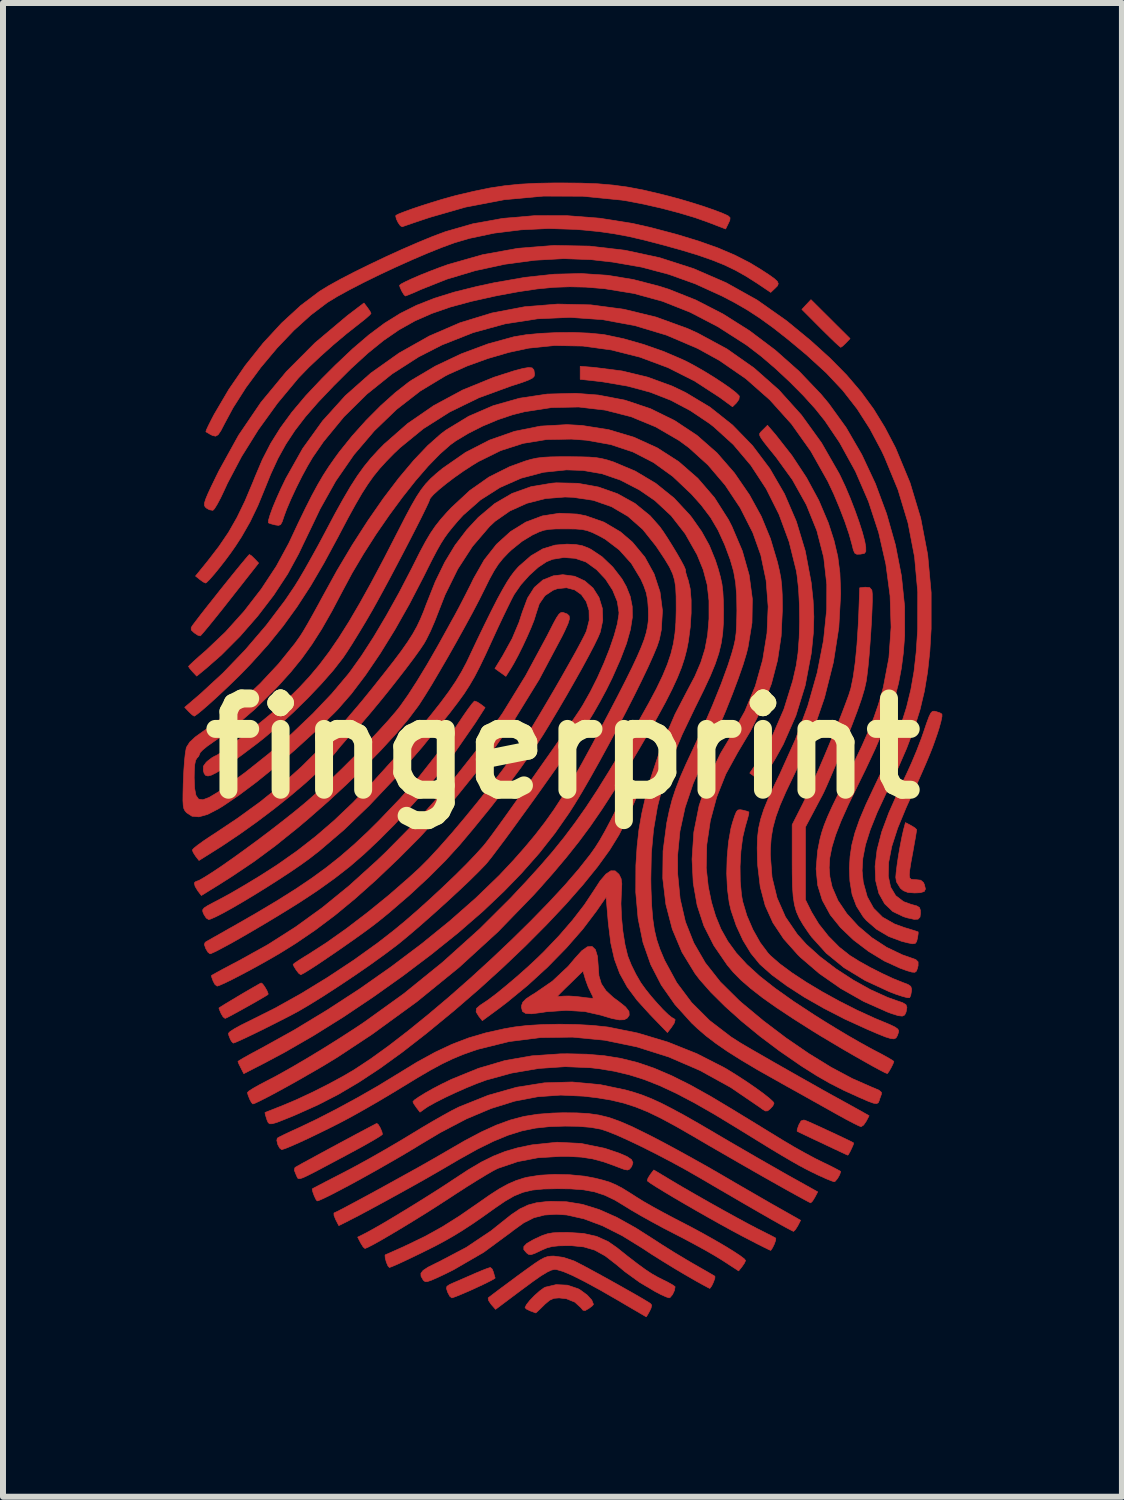
<source format=kicad_pcb>
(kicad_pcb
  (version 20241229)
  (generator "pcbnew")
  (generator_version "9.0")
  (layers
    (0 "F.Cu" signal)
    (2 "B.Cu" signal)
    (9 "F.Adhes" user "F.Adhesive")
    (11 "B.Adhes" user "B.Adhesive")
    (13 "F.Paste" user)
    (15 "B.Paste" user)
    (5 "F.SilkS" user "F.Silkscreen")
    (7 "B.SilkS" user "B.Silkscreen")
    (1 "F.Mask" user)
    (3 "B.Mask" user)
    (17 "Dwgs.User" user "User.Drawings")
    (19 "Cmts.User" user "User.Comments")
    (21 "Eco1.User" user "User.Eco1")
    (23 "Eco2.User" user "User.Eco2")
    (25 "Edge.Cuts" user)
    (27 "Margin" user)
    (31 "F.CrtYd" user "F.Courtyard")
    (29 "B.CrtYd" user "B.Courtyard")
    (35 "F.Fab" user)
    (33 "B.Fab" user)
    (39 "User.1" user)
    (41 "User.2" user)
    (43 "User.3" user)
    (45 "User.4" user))
  (footprint "fingerprint"
    (layer "F.Cu")
    (at 6.353 9.449)
    (property "Reference" "fingerprint" (at 0 0 0) (layer "F.SilkS") (effects (font (size 1.524 1.524) (thickness 0.3))))
    (attr through_hole)
    (fp_poly (pts (xy 4.793 -6.845) (xy 4.724 -6.772) (xy 4.671 -6.721) (xy 4.638 -6.699) (xy 4.637 -6.699) (xy 4.609 -6.721) (xy 4.545 -6.779) (xy 4.454 -6.867) (xy 4.344 -6.975) (xy 4.303 -7.016) (xy 3.988 -7.332) (xy 4.064 -7.414) (xy 4.14 -7.495) (xy 4.793 -6.845)) (stroke (width 0.01) (type solid)) (fill yes) (layer "F.Cu"))
    (fp_poly (pts (xy -5.017 3.933) (xy -4.98 3.984) (xy -4.944 4.046) (xy -4.925 4.096) (xy -4.927 4.109) (xy -4.978 4.141) (xy -5.066 4.193) (xy -5.178 4.257) (xy -5.301 4.326) (xy -5.422 4.393) (xy -5.528 4.451) (xy -5.606 4.492) (xy -5.643 4.508) (xy -5.644 4.508) (xy -5.677 4.483) (xy -5.71 4.428) (xy -5.737 4.365) (xy -5.747 4.335) (xy -5.721 4.317) (xy -5.653 4.274) (xy -5.553 4.214) (xy -5.435 4.143) (xy -5.31 4.069) (xy -5.189 3.999) (xy -5.086 3.94) (xy -5.042 3.916) (xy -5.017 3.933)) (stroke (width 0.01) (type solid)) (fill yes) (layer "F.Cu"))
    (fp_poly (pts (xy -5.204 -3.218) (xy -5.152 -3.168) (xy -5.151 -3.167) (xy -5.084 -3.096) (xy -5.558 -2.493) (xy -5.691 -2.324) (xy -5.812 -2.173) (xy -5.915 -2.046) (xy -5.994 -1.951) (xy -6.044 -1.894) (xy -6.059 -1.88) (xy -6.101 -1.892) (xy -6.16 -1.931) (xy -6.209 -1.978) (xy -6.21 -2.018) (xy -6.189 -2.053) (xy -6.133 -2.127) (xy -6.052 -2.233) (xy -5.951 -2.362) (xy -5.837 -2.505) (xy -5.718 -2.656) (xy -5.598 -2.805) (xy -5.486 -2.944) (xy -5.387 -3.065) (xy -5.308 -3.16) (xy -5.256 -3.221) (xy -5.238 -3.239) (xy -5.204 -3.218)) (stroke (width 0.01) (type solid)) (fill yes) (layer "F.Cu"))
    (fp_poly (pts (xy -1.183 8.695) (xy -1.162 8.747) (xy -1.144 8.813) (xy -1.134 8.844) (xy -1.159 8.862) (xy -1.228 8.899) (xy -1.329 8.949) (xy -1.449 9.005) (xy -1.574 9.062) (xy -1.691 9.112) (xy -1.786 9.151) (xy -1.847 9.173) (xy -1.858 9.175) (xy -1.891 9.149) (xy -1.925 9.085) (xy -1.928 9.079) (xy -1.947 9.019) (xy -1.939 8.982) (xy -1.892 8.951) (xy -1.822 8.92) (xy -1.717 8.875) (xy -1.585 8.817) (xy -1.461 8.763) (xy -1.352 8.717) (xy -1.264 8.683) (xy -1.215 8.668) (xy -1.213 8.668) (xy -1.183 8.695)) (stroke (width 0.01) (type solid)) (fill yes) (layer "F.Cu"))
    (fp_poly (pts (xy 4.038 6.209) (xy 4.086 6.228) (xy 4.174 6.267) (xy 4.291 6.32) (xy 4.422 6.381) (xy 4.556 6.443) (xy 4.678 6.501) (xy 4.777 6.548) (xy 4.838 6.579) (xy 4.852 6.588) (xy 4.846 6.618) (xy 4.82 6.677) (xy 4.788 6.742) (xy 4.762 6.786) (xy 4.754 6.792) (xy 4.724 6.779) (xy 4.647 6.743) (xy 4.534 6.69) (xy 4.394 6.624) (xy 4.334 6.595) (xy 4.186 6.526) (xy 4.06 6.466) (xy 3.966 6.421) (xy 3.915 6.396) (xy 3.909 6.392) (xy 3.911 6.361) (xy 3.934 6.295) (xy 3.937 6.287) (xy 3.975 6.22) (xy 4.02 6.205) (xy 4.038 6.209)) (stroke (width 0.01) (type solid)) (fill yes) (layer "F.Cu"))
    (fp_poly (pts (xy 0.074 8.963) (xy 0.252 9.023) (xy 0.293 9.047) (xy 0.405 9.13) (xy 0.48 9.213) (xy 0.508 9.284) (xy 0.508 9.284) (xy 0.484 9.312) (xy 0.428 9.354) (xy 0.427 9.354) (xy 0.368 9.388) (xy 0.332 9.381) (xy 0.298 9.339) (xy 0.197 9.247) (xy 0.057 9.19) (xy -0.066 9.176) (xy -0.153 9.183) (xy -0.223 9.214) (xy -0.302 9.28) (xy -0.325 9.303) (xy -0.394 9.371) (xy -0.442 9.416) (xy -0.456 9.427) (xy -0.485 9.416) (xy -0.548 9.393) (xy -0.61 9.363) (xy -0.635 9.338) (xy -0.612 9.29) (xy -0.555 9.218) (xy -0.477 9.137) (xy -0.393 9.062) (xy -0.32 9.009) (xy -0.297 8.997) (xy -0.116 8.954) (xy 0.074 8.963)) (stroke (width 0.01) (type solid)) (fill yes) (layer "F.Cu"))
    (fp_poly (pts (xy 5.812 1.287) (xy 5.875 1.326) (xy 5.905 1.356) (xy 5.905 1.358) (xy 5.899 1.397) (xy 5.885 1.485) (xy 5.863 1.607) (xy 5.842 1.728) (xy 5.809 1.906) (xy 5.789 2.032) (xy 5.782 2.114) (xy 5.789 2.161) (xy 5.812 2.184) (xy 5.85 2.19) (xy 5.89 2.191) (xy 5.973 2.2) (xy 6.018 2.238) (xy 6.034 2.273) (xy 6.052 2.347) (xy 6.032 2.389) (xy 5.965 2.409) (xy 5.87 2.413) (xy 5.759 2.405) (xy 5.683 2.375) (xy 5.634 2.335) (xy 5.568 2.228) (xy 5.556 2.153) (xy 5.563 2.067) (xy 5.579 1.939) (xy 5.602 1.785) (xy 5.63 1.625) (xy 5.659 1.477) (xy 5.685 1.361) (xy 5.686 1.357) (xy 5.718 1.238) (xy 5.812 1.287)) (stroke (width 0.01) (type solid)) (fill yes) (layer "F.Cu"))
    (fp_poly (pts (xy -3.086 6.281) (xy -3.054 6.334) (xy -3.026 6.398) (xy -3.016 6.444) (xy -3.043 6.466) (xy -3.118 6.513) (xy -3.233 6.58) (xy -3.379 6.662) (xy -3.549 6.754) (xy -3.612 6.788) (xy -3.845 6.912) (xy -4.029 7.01) (xy -4.168 7.083) (xy -4.271 7.135) (xy -4.342 7.168) (xy -4.388 7.183) (xy -4.416 7.184) (xy -4.433 7.174) (xy -4.443 7.153) (xy -4.454 7.126) (xy -4.459 7.116) (xy -4.488 7.044) (xy -4.479 7.003) (xy -4.468 6.993) (xy -4.433 6.973) (xy -4.353 6.928) (xy -4.235 6.864) (xy -4.09 6.785) (xy -3.928 6.697) (xy -3.757 6.605) (xy -3.589 6.515) (xy -3.431 6.43) (xy -3.295 6.358) (xy -3.189 6.302) (xy -3.124 6.268) (xy -3.11 6.262) (xy -3.086 6.281)) (stroke (width 0.01) (type solid)) (fill yes) (layer "F.Cu"))
    (fp_poly (pts (xy 1.782 7.199) (xy 1.979 7.316) (xy 2.201 7.444) (xy 2.436 7.578) (xy 2.67 7.709) (xy 2.891 7.831) (xy 3.085 7.936) (xy 3.241 8.018) (xy 3.27 8.032) (xy 3.388 8.092) (xy 3.483 8.14) (xy 3.541 8.171) (xy 3.552 8.178) (xy 3.551 8.212) (xy 3.529 8.275) (xy 3.498 8.339) (xy 3.471 8.379) (xy 3.465 8.382) (xy 3.431 8.367) (xy 3.352 8.328) (xy 3.236 8.27) (xy 3.094 8.196) (xy 2.997 8.146) (xy 2.827 8.055) (xy 2.639 7.952) (xy 2.441 7.841) (xy 2.24 7.727) (xy 2.044 7.614) (xy 1.861 7.507) (xy 1.699 7.41) (xy 1.565 7.328) (xy 1.468 7.266) (xy 1.415 7.228) (xy 1.407 7.219) (xy 1.418 7.177) (xy 1.457 7.115) (xy 1.515 7.039) (xy 1.782 7.199)) (stroke (width 0.01) (type solid)) (fill yes) (layer "F.Cu"))
    (fp_poly (pts (xy -3.267 -7.363) (xy -3.225 -7.302) (xy -3.207 -7.265) (xy -3.231 -7.236) (xy -3.293 -7.181) (xy -3.382 -7.11) (xy -3.405 -7.092) (xy -3.618 -6.924) (xy -3.839 -6.738) (xy -4.053 -6.547) (xy -4.246 -6.365) (xy -4.403 -6.203) (xy -4.427 -6.177) (xy -4.771 -5.763) (xy -5.089 -5.323) (xy -5.37 -4.873) (xy -5.605 -4.427) (xy -5.655 -4.318) (xy -5.718 -4.185) (xy -5.776 -4.076) (xy -5.822 -4.002) (xy -5.848 -3.976) (xy -5.906 -3.986) (xy -5.951 -4.011) (xy -5.976 -4.033) (xy -5.989 -4.059) (xy -5.988 -4.099) (xy -5.97 -4.159) (xy -5.933 -4.249) (xy -5.874 -4.376) (xy -5.79 -4.549) (xy -5.746 -4.638) (xy -5.42 -5.228) (xy -5.046 -5.779) (xy -4.621 -6.293) (xy -4.143 -6.773) (xy -3.612 -7.22) (xy -3.576 -7.248) (xy -3.325 -7.439) (xy -3.267 -7.363)) (stroke (width 0.01) (type solid)) (fill yes) (layer "F.Cu"))
    (fp_poly (pts (xy 0.341 8.099) (xy 0.559 8.148) (xy 0.751 8.234) (xy 0.898 8.336) (xy 1.091 8.49) (xy 1.246 8.609) (xy 1.372 8.701) (xy 1.478 8.771) (xy 1.576 8.827) (xy 1.655 8.867) (xy 1.759 8.919) (xy 1.835 8.962) (xy 1.871 8.989) (xy 1.871 8.991) (xy 1.86 9.052) (xy 1.828 9.12) (xy 1.789 9.167) (xy 1.771 9.175) (xy 1.724 9.16) (xy 1.64 9.123) (xy 1.54 9.071) (xy 1.279 8.916) (xy 1.034 8.739) (xy 0.889 8.618) (xy 0.703 8.474) (xy 0.529 8.378) (xy 0.346 8.324) (xy 0.137 8.303) (xy 0.079 8.303) (xy -0.07 8.306) (xy -0.179 8.317) (xy -0.269 8.34) (xy -0.362 8.38) (xy -0.38 8.389) (xy -0.478 8.435) (xy -0.537 8.454) (xy -0.577 8.448) (xy -0.61 8.423) (xy -0.656 8.368) (xy -0.655 8.318) (xy -0.605 8.266) (xy -0.499 8.205) (xy -0.452 8.182) (xy -0.347 8.134) (xy -0.26 8.105) (xy -0.171 8.089) (xy -0.058 8.083) (xy 0.079 8.082) (xy 0.341 8.099)) (stroke (width 0.01) (type solid)) (fill yes) (layer "F.Cu"))
    (fp_poly (pts (xy 0.006 8.499) (xy 0.182 8.558) (xy 0.254 8.594) (xy 0.371 8.655) (xy 0.519 8.735) (xy 0.687 8.827) (xy 0.865 8.926) (xy 1.039 9.024) (xy 1.2 9.115) (xy 1.335 9.193) (xy 1.432 9.252) (xy 1.456 9.267) (xy 1.48 9.296) (xy 1.47 9.345) (xy 1.447 9.394) (xy 1.411 9.459) (xy 1.39 9.491) (xy 1.388 9.491) (xy 1.36 9.475) (xy 1.286 9.432) (xy 1.176 9.368) (xy 1.038 9.287) (xy 0.921 9.218) (xy 0.617 9.043) (xy 0.363 8.905) (xy 0.159 8.802) (xy 0.002 8.735) (xy -0.107 8.703) (xy -0.141 8.7) (xy -0.193 8.711) (xy -0.266 8.745) (xy -0.368 8.807) (xy -0.504 8.902) (xy -0.681 9.033) (xy -0.683 9.034) (xy -1.127 9.367) (xy -1.201 9.283) (xy -1.243 9.221) (xy -1.251 9.178) (xy -1.248 9.174) (xy -1.215 9.148) (xy -1.14 9.091) (xy -1.031 9.009) (xy -0.897 8.91) (xy -0.767 8.813) (xy -0.602 8.693) (xy -0.479 8.605) (xy -0.388 8.545) (xy -0.318 8.507) (xy -0.262 8.487) (xy -0.209 8.479) (xy -0.157 8.477) (xy 0.006 8.499)) (stroke (width 0.01) (type solid)) (fill yes) (layer "F.Cu"))
    (fp_poly (pts (xy -1.43 -0.774) (xy -1.373 -0.737) (xy -1.302 -0.682) (xy -1.464 -0.429) (xy -1.864 0.149) (xy -2.316 0.718) (xy -2.808 1.263) (xy -3.069 1.525) (xy -3.319 1.761) (xy -3.56 1.97) (xy -3.81 2.165) (xy -4.089 2.365) (xy -4.239 2.465) (xy -4.394 2.567) (xy -4.573 2.679) (xy -4.767 2.798) (xy -4.968 2.919) (xy -5.168 3.037) (xy -5.359 3.148) (xy -5.533 3.247) (xy -5.683 3.328) (xy -5.799 3.389) (xy -5.874 3.423) (xy -5.896 3.429) (xy -5.93 3.403) (xy -5.967 3.342) (xy -5.99 3.275) (xy -5.978 3.24) (xy -5.964 3.229) (xy -5.922 3.205) (xy -5.836 3.156) (xy -5.717 3.089) (xy -5.577 3.009) (xy -5.524 2.98) (xy -5.127 2.752) (xy -4.778 2.544) (xy -4.471 2.351) (xy -4.198 2.167) (xy -3.948 1.985) (xy -3.716 1.8) (xy -3.492 1.606) (xy -3.268 1.397) (xy -3.08 1.211) (xy -2.722 0.837) (xy -2.407 0.476) (xy -2.121 0.113) (xy -1.85 -0.268) (xy -1.75 -0.419) (xy -1.66 -0.553) (xy -1.581 -0.666) (xy -1.519 -0.748) (xy -1.482 -0.789) (xy -1.476 -0.791) (xy -1.43 -0.774)) (stroke (width 0.01) (type solid)) (fill yes) (layer "F.Cu"))
    (fp_poly (pts (xy 6.223 -0.618) (xy 6.293 -0.595) (xy 6.327 -0.574) (xy 6.328 -0.536) (xy 6.311 -0.452) (xy 6.279 -0.336) (xy 6.252 -0.251) (xy 6.212 -0.136) (xy 6.171 -0.022) (xy 6.123 0.099) (xy 6.066 0.236) (xy 5.995 0.399) (xy 5.908 0.596) (xy 5.798 0.837) (xy 5.731 0.984) (xy 5.588 1.33) (xy 5.489 1.637) (xy 5.437 1.904) (xy 5.431 2.131) (xy 5.47 2.315) (xy 5.555 2.458) (xy 5.686 2.558) (xy 5.814 2.604) (xy 5.906 2.629) (xy 5.952 2.657) (xy 5.967 2.701) (xy 5.969 2.75) (xy 5.961 2.816) (xy 5.928 2.851) (xy 5.863 2.854) (xy 5.753 2.83) (xy 5.687 2.81) (xy 5.507 2.724) (xy 5.37 2.593) (xy 5.274 2.421) (xy 5.221 2.211) (xy 5.211 1.967) (xy 5.244 1.693) (xy 5.322 1.392) (xy 5.441 1.073) (xy 5.52 0.895) (xy 5.611 0.693) (xy 5.701 0.499) (xy 5.74 0.417) (xy 5.82 0.241) (xy 5.906 0.036) (xy 5.984 -0.168) (xy 6.021 -0.274) (xy 6.073 -0.427) (xy 6.111 -0.529) (xy 6.14 -0.589) (xy 6.167 -0.618) (xy 6.195 -0.623) (xy 6.223 -0.618)) (stroke (width 0.01) (type solid)) (fill yes) (layer "F.Cu"))
    (fp_poly (pts (xy 0.009 -2.268) (xy 0.07 -2.245) (xy 0.102 -2.214) (xy 0.107 -2.164) (xy 0.083 -2.085) (xy 0.03 -1.967) (xy -0.012 -1.881) (xy -0.401 -1.149) (xy -0.828 -0.455) (xy -1.299 0.21) (xy -1.818 0.853) (xy -2.392 1.482) (xy -2.75 1.841) (xy -3.125 2.198) (xy -3.474 2.509) (xy -3.807 2.784) (xy -4.134 3.03) (xy -4.464 3.255) (xy -4.721 3.415) (xy -4.875 3.505) (xy -5.043 3.6) (xy -5.214 3.694) (xy -5.38 3.782) (xy -5.529 3.859) (xy -5.652 3.919) (xy -5.739 3.957) (xy -5.777 3.969) (xy -5.813 3.942) (xy -5.843 3.887) (xy -5.866 3.824) (xy -5.874 3.795) (xy -5.847 3.777) (xy -5.773 3.736) (xy -5.661 3.675) (xy -5.521 3.601) (xy -5.405 3.54) (xy -4.928 3.275) (xy -4.47 2.983) (xy -4.022 2.659) (xy -3.573 2.293) (xy -3.114 1.878) (xy -2.961 1.732) (xy -2.398 1.162) (xy -1.891 0.593) (xy -1.432 0.014) (xy -1.013 -0.585) (xy -0.626 -1.214) (xy -0.266 -1.882) (xy -0.236 -1.941) (xy -0.161 -2.088) (xy -0.108 -2.185) (xy -0.068 -2.243) (xy -0.036 -2.269) (xy -0.006 -2.272) (xy 0.009 -2.268)) (stroke (width 0.01) (type solid)) (fill yes) (layer "F.Cu"))
    (fp_poly (pts (xy 0.297 -9.441) (xy 0.58 -9.43) (xy 0.836 -9.408) (xy 1.084 -9.374) (xy 1.342 -9.325) (xy 1.627 -9.258) (xy 1.762 -9.224) (xy 1.955 -9.172) (xy 2.154 -9.113) (xy 2.344 -9.053) (xy 2.514 -8.994) (xy 2.652 -8.942) (xy 2.744 -8.901) (xy 2.761 -8.891) (xy 2.789 -8.863) (xy 2.785 -8.821) (xy 2.761 -8.769) (xy 2.715 -8.675) (xy 2.432 -8.784) (xy 2.204 -8.865) (xy 1.933 -8.946) (xy 1.64 -9.023) (xy 1.346 -9.09) (xy 1.072 -9.143) (xy 0.983 -9.157) (xy 0.329 -9.222) (xy -0.327 -9.224) (xy -0.98 -9.164) (xy -1.628 -9.04) (xy -2.221 -8.87) (xy -2.378 -8.818) (xy -2.514 -8.772) (xy -2.618 -8.736) (xy -2.678 -8.715) (xy -2.686 -8.712) (xy -2.717 -8.729) (xy -2.754 -8.781) (xy -2.784 -8.843) (xy -2.795 -8.892) (xy -2.79 -8.903) (xy -2.743 -8.927) (xy -2.648 -8.964) (xy -2.516 -9.012) (xy -2.361 -9.064) (xy -2.194 -9.117) (xy -2.028 -9.168) (xy -1.875 -9.211) (xy -1.794 -9.233) (xy -1.493 -9.304) (xy -1.227 -9.359) (xy -0.977 -9.397) (xy -0.724 -9.423) (xy -0.451 -9.438) (xy -0.138 -9.444) (xy -0.032 -9.444) (xy 0.297 -9.441)) (stroke (width 0.01) (type solid)) (fill yes) (layer "F.Cu"))
    (fp_poly (pts (xy 0.516 -6.364) (xy 0.985 -6.304) (xy 1.416 -6.2) (xy 1.823 -6.051) (xy 2.046 -5.944) (xy 2.457 -5.697) (xy 2.831 -5.4) (xy 3.163 -5.058) (xy 3.453 -4.673) (xy 3.698 -4.25) (xy 3.896 -3.79) (xy 4.045 -3.297) (xy 4.143 -2.775) (xy 4.144 -2.769) (xy 4.176 -2.469) (xy 4.188 -2.2) (xy 4.18 -1.932) (xy 4.151 -1.639) (xy 4.143 -1.577) (xy 4.044 -1.053) (xy 3.888 -0.547) (xy 3.677 -0.068) (xy 3.542 0.175) (xy 3.451 0.325) (xy 3.385 0.427) (xy 3.335 0.487) (xy 3.294 0.511) (xy 3.256 0.506) (xy 3.211 0.48) (xy 3.202 0.473) (xy 3.118 0.412) (xy 3.26 0.198) (xy 3.494 -0.208) (xy 3.688 -0.655) (xy 3.836 -1.131) (xy 3.894 -1.385) (xy 3.924 -1.594) (xy 3.943 -1.846) (xy 3.951 -2.121) (xy 3.947 -2.401) (xy 3.933 -2.666) (xy 3.907 -2.896) (xy 3.895 -2.969) (xy 3.775 -3.452) (xy 3.606 -3.91) (xy 3.392 -4.337) (xy 3.137 -4.727) (xy 2.844 -5.074) (xy 2.516 -5.372) (xy 2.444 -5.428) (xy 2.125 -5.642) (xy 1.799 -5.815) (xy 1.453 -5.95) (xy 1.077 -6.051) (xy 0.657 -6.123) (xy 0.468 -6.145) (xy 0.286 -6.164) (xy 0.286 -6.382) (xy 0.516 -6.364)) (stroke (width 0.01) (type solid)) (fill yes) (layer "F.Cu"))
    (fp_poly (pts (xy 0.3 6.596) (xy 0.695 6.677) (xy 0.936 6.758) (xy 1.068 6.815) (xy 1.143 6.866) (xy 1.167 6.919) (xy 1.146 6.98) (xy 1.133 6.999) (xy 1.106 7.029) (xy 1.076 7.04) (xy 1.024 7.031) (xy 0.937 6.999) (xy 0.886 6.979) (xy 0.679 6.904) (xy 0.494 6.854) (xy 0.306 6.825) (xy 0.092 6.813) (xy -0.048 6.813) (xy -0.418 6.835) (xy -0.757 6.9) (xy -1.081 7.01) (xy -1.098 7.017) (xy -1.17 7.054) (xy -1.284 7.12) (xy -1.432 7.21) (xy -1.602 7.316) (xy -1.785 7.434) (xy -1.873 7.492) (xy -2.063 7.615) (xy -2.263 7.743) (xy -2.466 7.869) (xy -2.664 7.99) (xy -2.848 8.1) (xy -3.012 8.196) (xy -3.148 8.273) (xy -3.248 8.325) (xy -3.303 8.349) (xy -3.309 8.35) (xy -3.338 8.325) (xy -3.377 8.263) (xy -3.381 8.256) (xy -3.43 8.161) (xy -3.294 8.093) (xy -3.184 8.033) (xy -3.031 7.946) (xy -2.848 7.837) (xy -2.646 7.715) (xy -2.436 7.586) (xy -2.23 7.457) (xy -2.038 7.335) (xy -1.873 7.227) (xy -1.839 7.204) (xy -1.584 7.037) (xy -1.362 6.906) (xy -1.159 6.806) (xy -0.964 6.729) (xy -0.76 6.67) (xy -0.536 6.623) (xy -0.512 6.619) (xy -0.1 6.576) (xy 0.3 6.596)) (stroke (width 0.01) (type solid)) (fill yes) (layer "F.Cu"))
    (fp_poly (pts (xy 0.54 3.359) (xy 0.575 3.473) (xy 0.587 3.63) (xy 0.599 3.797) (xy 0.64 3.931) (xy 0.717 4.046) (xy 0.84 4.16) (xy 0.929 4.225) (xy 1.043 4.316) (xy 1.101 4.391) (xy 1.105 4.455) (xy 1.073 4.502) (xy 1.021 4.53) (xy 0.939 4.533) (xy 0.819 4.51) (xy 0.652 4.461) (xy 0.635 4.455) (xy 0.361 4.393) (xy 0.053 4.374) (xy -0.277 4.397) (xy -0.374 4.412) (xy -0.525 4.431) (xy -0.624 4.425) (xy -0.678 4.391) (xy -0.694 4.326) (xy -0.692 4.29) (xy -0.672 4.237) (xy -0.618 4.182) (xy -0.555 4.14) (xy -0.095 4.14) (xy -0.068 4.142) (xy -0.000229 4.137) (xy 0.008 4.136) (xy 0.097 4.134) (xy 0.217 4.142) (xy 0.302 4.152) (xy 0.404 4.165) (xy 0.477 4.172) (xy 0.503 4.171) (xy 0.497 4.142) (xy 0.466 4.081) (xy 0.463 4.074) (xy 0.42 3.984) (xy 0.38 3.875) (xy 0.372 3.851) (xy 0.333 3.717) (xy 0.119 3.926) (xy 0.026 4.016) (xy -0.046 4.088) (xy -0.088 4.132) (xy -0.095 4.14) (xy -0.555 4.14) (xy -0.519 4.116) (xy -0.476 4.091) (xy -0.178 3.886) (xy 0.087 3.637) (xy 0.197 3.506) (xy 0.312 3.379) (xy 0.407 3.312) (xy 0.484 3.306) (xy 0.54 3.359)) (stroke (width 0.01) (type solid)) (fill yes) (layer "F.Cu"))
    (fp_poly (pts (xy 2.996 1.029) (xy 3.067 1.047) (xy 3.103 1.061) (xy 3.101 1.095) (xy 3.081 1.173) (xy 3.05 1.279) (xy 3.046 1.291) (xy 3 1.483) (xy 2.97 1.716) (xy 2.956 1.969) (xy 2.959 2.22) (xy 2.98 2.447) (xy 2.999 2.555) (xy 3.069 2.79) (xy 3.17 3.025) (xy 3.292 3.242) (xy 3.425 3.42) (xy 3.463 3.46) (xy 3.615 3.593) (xy 3.817 3.743) (xy 4.057 3.901) (xy 4.327 4.063) (xy 4.614 4.221) (xy 4.91 4.371) (xy 5.202 4.505) (xy 5.327 4.557) (xy 5.461 4.613) (xy 5.546 4.654) (xy 5.59 4.686) (xy 5.605 4.715) (xy 5.601 4.743) (xy 5.582 4.798) (xy 5.56 4.834) (xy 5.526 4.85) (xy 5.47 4.844) (xy 5.383 4.817) (xy 5.256 4.766) (xy 5.081 4.691) (xy 5.07 4.686) (xy 4.704 4.519) (xy 4.354 4.339) (xy 4.028 4.153) (xy 3.737 3.965) (xy 3.488 3.782) (xy 3.291 3.608) (xy 3.28 3.596) (xy 3.138 3.422) (xy 3.005 3.204) (xy 2.892 2.959) (xy 2.806 2.706) (xy 2.775 2.574) (xy 2.745 2.347) (xy 2.733 2.089) (xy 2.74 1.821) (xy 2.763 1.563) (xy 2.803 1.336) (xy 2.828 1.243) (xy 2.866 1.126) (xy 2.894 1.058) (xy 2.921 1.028) (xy 2.957 1.023) (xy 2.996 1.029)) (stroke (width 0.01) (type solid)) (fill yes) (layer "F.Cu"))
    (fp_poly (pts (xy 0.059 7.57) (xy 0.326 7.614) (xy 0.602 7.7) (xy 0.896 7.83) (xy 1.213 8.007) (xy 1.474 8.173) (xy 1.65 8.287) (xy 1.849 8.412) (xy 2.045 8.53) (xy 2.175 8.606) (xy 2.308 8.682) (xy 2.42 8.746) (xy 2.499 8.792) (xy 2.535 8.814) (xy 2.536 8.814) (xy 2.535 8.848) (xy 2.513 8.91) (xy 2.483 8.974) (xy 2.455 9.013) (xy 2.449 9.017) (xy 2.416 9.001) (xy 2.338 8.959) (xy 2.226 8.897) (xy 2.091 8.819) (xy 2.032 8.785) (xy 1.855 8.68) (xy 1.666 8.564) (xy 1.487 8.452) (xy 1.341 8.356) (xy 1.339 8.354) (xy 0.989 8.138) (xy 0.658 7.971) (xy 0.348 7.855) (xy 0.063 7.791) (xy -0.112 7.779) (xy -0.312 7.792) (xy -0.487 7.837) (xy -0.656 7.922) (xy -0.837 8.052) (xy -0.857 8.069) (xy -1.324 8.413) (xy -1.827 8.705) (xy -1.957 8.77) (xy -2.101 8.838) (xy -2.2 8.881) (xy -2.262 8.902) (xy -2.301 8.904) (xy -2.325 8.889) (xy -2.338 8.873) (xy -2.372 8.814) (xy -2.374 8.765) (xy -2.337 8.717) (xy -2.255 8.663) (xy -2.121 8.596) (xy -2.081 8.577) (xy -1.619 8.334) (xy -1.203 8.056) (xy -1.032 7.919) (xy -0.862 7.784) (xy -0.719 7.688) (xy -0.585 7.625) (xy -0.445 7.587) (xy -0.281 7.568) (xy -0.206 7.563) (xy 0.059 7.57)) (stroke (width 0.01) (type solid)) (fill yes) (layer "F.Cu"))
    (fp_poly (pts (xy 0.869 2.044) (xy 0.931 2.099) (xy 0.94 2.113) (xy 0.97 2.176) (xy 0.981 2.259) (xy 0.976 2.38) (xy 0.974 2.398) (xy 0.967 2.593) (xy 0.976 2.82) (xy 0.999 3.055) (xy 1.034 3.275) (xy 1.078 3.457) (xy 1.084 3.476) (xy 1.139 3.614) (xy 1.216 3.77) (xy 1.298 3.912) (xy 1.303 3.919) (xy 1.378 4.023) (xy 1.47 4.138) (xy 1.571 4.254) (xy 1.669 4.36) (xy 1.755 4.444) (xy 1.82 4.496) (xy 1.847 4.508) (xy 1.872 4.53) (xy 1.857 4.586) (xy 1.808 4.661) (xy 1.743 4.744) (xy 1.451 4.442) (xy 1.236 4.205) (xy 1.071 3.983) (xy 0.947 3.759) (xy 0.858 3.52) (xy 0.797 3.25) (xy 0.758 2.934) (xy 0.755 2.908) (xy 0.719 2.482) (xy 0.558 2.715) (xy 0.329 3.018) (xy 0.053 3.333) (xy -0.257 3.65) (xy -0.591 3.956) (xy -0.937 4.24) (xy -1.068 4.34) (xy -1.348 4.546) (xy -1.404 4.476) (xy -1.452 4.4) (xy -1.446 4.342) (xy -1.383 4.287) (xy -1.361 4.273) (xy -1.252 4.2) (xy -1.109 4.092) (xy -0.944 3.957) (xy -0.766 3.806) (xy -0.587 3.647) (xy -0.418 3.489) (xy -0.319 3.392) (xy -0.067 3.128) (xy 0.161 2.864) (xy 0.357 2.61) (xy 0.509 2.381) (xy 0.62 2.21) (xy 0.716 2.098) (xy 0.798 2.043) (xy 0.869 2.044)) (stroke (width 0.01) (type solid)) (fill yes) (layer "F.Cu"))
    (fp_poly (pts (xy -0.516 -6.355) (xy -0.487 -6.321) (xy -0.477 -6.258) (xy -0.477 -6.239) (xy -0.485 -6.21) (xy -0.516 -6.182) (xy -0.58 -6.151) (xy -0.684 -6.112) (xy -0.839 -6.062) (xy -0.876 -6.05) (xy -1.407 -5.856) (xy -1.893 -5.619) (xy -2.333 -5.34) (xy -2.725 -5.02) (xy -2.828 -4.922) (xy -2.953 -4.794) (xy -3.063 -4.673) (xy -3.163 -4.55) (xy -3.259 -4.415) (xy -3.358 -4.261) (xy -3.465 -4.077) (xy -3.587 -3.856) (xy -3.729 -3.587) (xy -3.757 -3.533) (xy -3.992 -3.098) (xy -4.217 -2.713) (xy -4.443 -2.365) (xy -4.676 -2.043) (xy -4.925 -1.735) (xy -5.199 -1.43) (xy -5.258 -1.368) (xy -5.374 -1.248) (xy -5.505 -1.119) (xy -5.644 -0.986) (xy -5.781 -0.858) (xy -5.909 -0.742) (xy -6.019 -0.646) (xy -6.103 -0.577) (xy -6.153 -0.542) (xy -6.161 -0.54) (xy -6.194 -0.561) (xy -6.247 -0.611) (xy -6.249 -0.613) (xy -6.319 -0.687) (xy -6.055 -0.913) (xy -5.679 -1.26) (xy -5.308 -1.646) (xy -4.958 -2.055) (xy -4.644 -2.47) (xy -4.486 -2.703) (xy -4.409 -2.827) (xy -4.311 -2.994) (xy -4.202 -3.188) (xy -4.087 -3.396) (xy -3.977 -3.602) (xy -3.966 -3.623) (xy -3.808 -3.921) (xy -3.67 -4.169) (xy -3.548 -4.377) (xy -3.434 -4.554) (xy -3.323 -4.708) (xy -3.209 -4.848) (xy -3.086 -4.982) (xy -2.989 -5.081) (xy -2.597 -5.425) (xy -2.16 -5.726) (xy -1.679 -5.985) (xy -1.157 -6.198) (xy -0.824 -6.305) (xy -0.674 -6.345) (xy -0.575 -6.362) (xy -0.516 -6.355)) (stroke (width 0.01) (type solid)) (fill yes) (layer "F.Cu"))
    (fp_poly (pts (xy 1.103 0.614) (xy 1.169 0.638) (xy 1.233 0.665) (xy 1.269 0.685) (xy 1.27 0.688) (xy 1.257 0.732) (xy 1.223 0.821) (xy 1.172 0.939) (xy 1.113 1.073) (xy 1.05 1.21) (xy 0.989 1.336) (xy 0.937 1.437) (xy 0.932 1.447) (xy 0.779 1.695) (xy 0.577 1.974) (xy 0.331 2.278) (xy 0.045 2.603) (xy -0.276 2.944) (xy -0.628 3.298) (xy -1.007 3.659) (xy -1.408 4.023) (xy -1.827 4.385) (xy -2.259 4.74) (xy -2.286 4.762) (xy -2.687 5.074) (xy -3.059 5.343) (xy -3.411 5.575) (xy -3.753 5.777) (xy -4.097 5.954) (xy -4.452 6.113) (xy -4.515 6.14) (xy -4.674 6.204) (xy -4.784 6.247) (xy -4.856 6.267) (xy -4.899 6.268) (xy -4.924 6.249) (xy -4.941 6.212) (xy -4.95 6.187) (xy -4.971 6.118) (xy -4.978 6.082) (xy -4.977 6.08) (xy -4.946 6.067) (xy -4.869 6.037) (xy -4.761 5.994) (xy -4.699 5.97) (xy -4.459 5.869) (xy -4.189 5.743) (xy -3.915 5.605) (xy -3.659 5.466) (xy -3.486 5.364) (xy -3.212 5.183) (xy -2.91 4.965) (xy -2.586 4.715) (xy -2.246 4.439) (xy -1.897 4.144) (xy -1.545 3.834) (xy -1.197 3.516) (xy -0.859 3.196) (xy -0.538 2.88) (xy -0.24 2.574) (xy 0.03 2.283) (xy 0.263 2.013) (xy 0.454 1.771) (xy 0.537 1.654) (xy 0.613 1.534) (xy 0.701 1.379) (xy 0.792 1.207) (xy 0.879 1.034) (xy 0.952 0.877) (xy 1.004 0.753) (xy 1.014 0.722) (xy 1.041 0.647) (xy 1.059 0.606) (xy 1.061 0.603) (xy 1.103 0.614)) (stroke (width 0.01) (type solid)) (fill yes) (layer "F.Cu"))
    (fp_poly (pts (xy 0.395 5.106) (xy 0.687 5.131) (xy 0.966 5.176) (xy 1.24 5.244) (xy 1.518 5.339) (xy 1.809 5.463) (xy 2.122 5.619) (xy 2.466 5.811) (xy 2.82 6.023) (xy 3.013 6.141) (xy 3.221 6.268) (xy 3.423 6.392) (xy 3.601 6.501) (xy 3.683 6.551) (xy 3.853 6.652) (xy 4.037 6.755) (xy 4.212 6.849) (xy 4.342 6.913) (xy 4.464 6.972) (xy 4.561 7.022) (xy 4.622 7.055) (xy 4.636 7.065) (xy 4.62 7.118) (xy 4.585 7.18) (xy 4.546 7.227) (xy 4.527 7.236) (xy 4.484 7.222) (xy 4.399 7.188) (xy 4.29 7.139) (xy 4.259 7.125) (xy 4.156 7.075) (xy 4.051 7.022) (xy 3.937 6.961) (xy 3.809 6.888) (xy 3.657 6.799) (xy 3.475 6.69) (xy 3.257 6.556) (xy 2.994 6.394) (xy 2.905 6.339) (xy 2.528 6.11) (xy 2.192 5.918) (xy 1.889 5.759) (xy 1.612 5.63) (xy 1.353 5.528) (xy 1.102 5.449) (xy 0.853 5.39) (xy 0.597 5.348) (xy 0.46 5.332) (xy 0.037 5.314) (xy -0.408 5.344) (xy -0.857 5.421) (xy -1.287 5.539) (xy -1.436 5.594) (xy -1.61 5.665) (xy -1.793 5.746) (xy -1.97 5.829) (xy -2.127 5.909) (xy -2.248 5.976) (xy -2.291 6.004) (xy -2.389 6.074) (xy -2.448 5.998) (xy -2.49 5.937) (xy -2.508 5.9) (xy -2.481 5.87) (xy -2.409 5.82) (xy -2.302 5.754) (xy -2.171 5.68) (xy -2.027 5.605) (xy -1.881 5.534) (xy -1.867 5.527) (xy -1.415 5.343) (xy -0.972 5.212) (xy -0.521 5.133) (xy -0.044 5.1) (xy 0.079 5.099) (xy 0.395 5.106)) (stroke (width 0.01) (type solid)) (fill yes) (layer "F.Cu"))
    (fp_poly (pts (xy 0.223 4.61) (xy 0.493 4.625) (xy 0.73 4.65) (xy 0.754 4.653) (xy 1.248 4.753) (xy 1.748 4.903) (xy 2.234 5.097) (xy 2.685 5.327) (xy 2.752 5.366) (xy 2.91 5.464) (xy 3.068 5.567) (xy 3.215 5.668) (xy 3.344 5.762) (xy 3.444 5.841) (xy 3.506 5.898) (xy 3.523 5.924) (xy 3.503 5.97) (xy 3.46 6.017) (xy 3.416 6.052) (xy 3.378 6.054) (xy 3.324 6.021) (xy 3.294 5.998) (xy 2.798 5.66) (xy 2.287 5.378) (xy 1.764 5.152) (xy 1.233 4.984) (xy 0.697 4.873) (xy 0.16 4.821) (xy -0.374 4.828) (xy -0.901 4.895) (xy -1.417 5.023) (xy -1.499 5.05) (xy -1.674 5.112) (xy -1.844 5.183) (xy -2.02 5.267) (xy -2.214 5.372) (xy -2.438 5.503) (xy -2.674 5.647) (xy -2.869 5.765) (xy -3.087 5.895) (xy -3.304 6.02) (xy -3.498 6.129) (xy -3.543 6.154) (xy -3.707 6.241) (xy -3.884 6.331) (xy -4.067 6.421) (xy -4.243 6.506) (xy -4.405 6.581) (xy -4.541 6.641) (xy -4.641 6.682) (xy -4.697 6.699) (xy -4.7 6.699) (xy -4.733 6.673) (xy -4.764 6.615) (xy -4.78 6.546) (xy -4.772 6.508) (xy -4.734 6.486) (xy -4.651 6.445) (xy -4.536 6.391) (xy -4.413 6.335) (xy -4.111 6.191) (xy -3.778 6.02) (xy -3.432 5.832) (xy -3.093 5.638) (xy -2.78 5.447) (xy -2.775 5.444) (xy -2.44 5.239) (xy -2.137 5.073) (xy -1.854 4.94) (xy -1.577 4.834) (xy -1.292 4.75) (xy -0.987 4.682) (xy -0.81 4.651) (xy -0.597 4.626) (xy -0.342 4.611) (xy -0.062 4.605) (xy 0.223 4.61)) (stroke (width 0.01) (type solid)) (fill yes) (layer "F.Cu"))
    (fp_poly (pts (xy 0.463 -7.408) (xy 1.013 -7.335) (xy 1.553 -7.204) (xy 2.078 -7.013) (xy 2.248 -6.936) (xy 2.738 -6.671) (xy 3.19 -6.353) (xy 3.605 -5.986) (xy 3.98 -5.569) (xy 4.316 -5.104) (xy 4.61 -4.591) (xy 4.634 -4.543) (xy 4.713 -4.375) (xy 4.794 -4.183) (xy 4.872 -3.982) (xy 4.942 -3.786) (xy 4.999 -3.608) (xy 5.038 -3.461) (xy 5.055 -3.365) (xy 5.056 -3.29) (xy 5.032 -3.257) (xy 4.966 -3.245) (xy 4.965 -3.245) (xy 4.906 -3.243) (xy 4.872 -3.261) (xy 4.848 -3.314) (xy 4.826 -3.403) (xy 4.777 -3.579) (xy 4.705 -3.791) (xy 4.616 -4.022) (xy 4.52 -4.251) (xy 4.421 -4.461) (xy 4.138 -4.964) (xy 3.815 -5.418) (xy 3.453 -5.821) (xy 3.052 -6.175) (xy 2.61 -6.48) (xy 2.247 -6.68) (xy 1.728 -6.902) (xy 1.197 -7.062) (xy 0.659 -7.161) (xy 0.116 -7.199) (xy -0.427 -7.175) (xy -0.967 -7.091) (xy -1.499 -6.945) (xy -2.021 -6.739) (xy -2.414 -6.538) (xy -2.856 -6.254) (xy -3.275 -5.918) (xy -3.66 -5.538) (xy -4.001 -5.123) (xy -4.182 -4.861) (xy -4.266 -4.719) (xy -4.361 -4.544) (xy -4.456 -4.354) (xy -4.543 -4.167) (xy -4.614 -4.001) (xy -4.658 -3.883) (xy -4.69 -3.787) (xy -4.717 -3.738) (xy -4.752 -3.725) (xy -4.808 -3.733) (xy -4.881 -3.752) (xy -4.919 -3.767) (xy -4.92 -3.767) (xy -4.92 -3.807) (xy -4.895 -3.894) (xy -4.85 -4.019) (xy -4.786 -4.172) (xy -4.709 -4.344) (xy -4.63 -4.508) (xy -4.348 -5.009) (xy -4.017 -5.469) (xy -3.637 -5.89) (xy -3.211 -6.268) (xy -2.739 -6.603) (xy -2.235 -6.887) (xy -1.721 -7.109) (xy -1.189 -7.272) (xy -0.644 -7.376) (xy -0.091 -7.421) (xy 0.463 -7.408)) (stroke (width 0.01) (type solid)) (fill yes) (layer "F.Cu"))
    (fp_poly (pts (xy 5.12 -2.687) (xy 5.156 -2.645) (xy 5.158 -2.639) (xy 5.164 -2.581) (xy 5.165 -2.472) (xy 5.16 -2.323) (xy 5.152 -2.144) (xy 5.14 -1.948) (xy 5.126 -1.746) (xy 5.111 -1.55) (xy 5.094 -1.37) (xy 5.076 -1.218) (xy 5.062 -1.119) (xy 5.033 -0.99) (xy 4.984 -0.827) (xy 4.913 -0.624) (xy 4.819 -0.376) (xy 4.716 -0.118) (xy 4.628 0.095) (xy 4.544 0.297) (xy 4.467 0.477) (xy 4.402 0.627) (xy 4.353 0.734) (xy 4.331 0.778) (xy 4.268 0.897) (xy 4.195 1.035) (xy 4.148 1.124) (xy 4.048 1.312) (xy 4.048 2.526) (xy 4.15 2.732) (xy 4.27 2.931) (xy 4.43 3.133) (xy 4.613 3.318) (xy 4.79 3.458) (xy 4.941 3.552) (xy 5.125 3.655) (xy 5.32 3.754) (xy 5.506 3.841) (xy 5.661 3.903) (xy 5.667 3.906) (xy 5.76 3.941) (xy 5.807 3.974) (xy 5.82 4.017) (xy 5.819 4.049) (xy 5.806 4.123) (xy 5.787 4.163) (xy 5.749 4.162) (xy 5.666 4.14) (xy 5.551 4.102) (xy 5.448 4.062) (xy 5.042 3.874) (xy 4.692 3.661) (xy 4.396 3.42) (xy 4.151 3.149) (xy 4.095 3.072) (xy 4.01 2.946) (xy 3.945 2.835) (xy 3.897 2.727) (xy 3.864 2.61) (xy 3.843 2.472) (xy 3.831 2.303) (xy 3.827 2.09) (xy 3.826 1.899) (xy 3.826 1.274) (xy 4.008 0.915) (xy 4.082 0.761) (xy 4.169 0.572) (xy 4.265 0.357) (xy 4.364 0.127) (xy 4.463 -0.109) (xy 4.558 -0.339) (xy 4.644 -0.553) (xy 4.716 -0.742) (xy 4.772 -0.894) (xy 4.805 -1) (xy 4.807 -1.007) (xy 4.846 -1.198) (xy 4.88 -1.443) (xy 4.908 -1.732) (xy 4.929 -2.056) (xy 4.938 -2.247) (xy 4.954 -2.683) (xy 5.046 -2.693) (xy 5.12 -2.687)) (stroke (width 0.01) (type solid)) (fill yes) (layer "F.Cu"))
    (fp_poly (pts (xy 0.113 7.119) (xy 0.36 7.143) (xy 0.533 7.176) (xy 0.672 7.211) (xy 0.783 7.245) (xy 0.883 7.288) (xy 0.991 7.345) (xy 1.122 7.426) (xy 1.228 7.494) (xy 1.342 7.565) (xy 1.496 7.653) (xy 1.675 7.751) (xy 1.86 7.849) (xy 1.949 7.895) (xy 2.144 7.996) (xy 2.338 8.101) (xy 2.525 8.206) (xy 2.695 8.305) (xy 2.84 8.394) (xy 2.953 8.468) (xy 3.025 8.522) (xy 3.048 8.551) (xy 3.03 8.593) (xy 2.99 8.652) (xy 2.932 8.725) (xy 2.665 8.551) (xy 2.545 8.477) (xy 2.384 8.384) (xy 2.198 8.282) (xy 2.004 8.178) (xy 1.873 8.111) (xy 1.679 8.011) (xy 1.48 7.903) (xy 1.293 7.799) (xy 1.135 7.707) (xy 1.055 7.657) (xy 0.867 7.543) (xy 0.696 7.461) (xy 0.527 7.405) (xy 0.343 7.371) (xy 0.127 7.355) (xy -0.095 7.352) (xy -0.326 7.357) (xy -0.511 7.375) (xy -0.668 7.412) (xy -0.816 7.472) (xy -0.97 7.561) (xy -1.132 7.672) (xy -1.344 7.823) (xy -1.518 7.943) (xy -1.67 8.042) (xy -1.812 8.13) (xy -1.958 8.214) (xy -1.993 8.233) (xy -2.097 8.289) (xy -2.227 8.355) (xy -2.372 8.427) (xy -2.519 8.498) (xy -2.658 8.564) (xy -2.775 8.618) (xy -2.86 8.654) (xy -2.9 8.668) (xy -2.9 8.668) (xy -2.924 8.642) (xy -2.95 8.582) (xy -2.969 8.514) (xy -2.973 8.465) (xy -2.967 8.455) (xy -2.928 8.439) (xy -2.843 8.401) (xy -2.726 8.349) (xy -2.6 8.291) (xy -2.302 8.147) (xy -2.019 7.99) (xy -1.733 7.81) (xy -1.429 7.6) (xy -1.227 7.459) (xy -1.061 7.352) (xy -0.918 7.274) (xy -0.787 7.217) (xy -0.654 7.174) (xy -0.596 7.16) (xy -0.389 7.127) (xy -0.144 7.113) (xy 0.113 7.119)) (stroke (width 0.01) (type solid)) (fill yes) (layer "F.Cu"))
    (fp_poly (pts (xy 0.613 -8.855) (xy 1.165 -8.767) (xy 1.476 -8.696) (xy 1.9 -8.584) (xy 2.267 -8.472) (xy 2.588 -8.358) (xy 2.869 -8.238) (xy 3.119 -8.11) (xy 3.291 -8.006) (xy 3.433 -7.914) (xy 3.527 -7.847) (xy 3.579 -7.799) (xy 3.594 -7.761) (xy 3.581 -7.726) (xy 3.543 -7.687) (xy 3.468 -7.616) (xy 3.234 -7.773) (xy 3.056 -7.886) (xy 2.88 -7.985) (xy 2.695 -8.074) (xy 2.491 -8.156) (xy 2.256 -8.238) (xy 1.98 -8.322) (xy 1.659 -8.411) (xy 1.356 -8.49) (xy 1.093 -8.551) (xy 0.85 -8.596) (xy 0.608 -8.631) (xy 0.347 -8.657) (xy 0.211 -8.668) (xy -0.242 -8.683) (xy -0.701 -8.661) (xy -1.147 -8.606) (xy -1.564 -8.518) (xy -1.812 -8.445) (xy -2.017 -8.37) (xy -2.257 -8.274) (xy -2.519 -8.162) (xy -2.793 -8.039) (xy -3.067 -7.911) (xy -3.328 -7.783) (xy -3.566 -7.66) (xy -3.769 -7.549) (xy -3.925 -7.454) (xy -3.935 -7.448) (xy -4.211 -7.239) (xy -4.495 -6.982) (xy -4.777 -6.686) (xy -5.047 -6.364) (xy -5.295 -6.028) (xy -5.511 -5.689) (xy -5.655 -5.421) (xy -5.715 -5.305) (xy -5.76 -5.239) (xy -5.802 -5.215) (xy -5.851 -5.225) (xy -5.89 -5.244) (xy -5.944 -5.276) (xy -5.965 -5.289) (xy -5.956 -5.32) (xy -5.922 -5.393) (xy -5.869 -5.498) (xy -5.827 -5.578) (xy -5.582 -5.995) (xy -5.308 -6.394) (xy -5.011 -6.767) (xy -4.7 -7.104) (xy -4.381 -7.397) (xy -4.064 -7.636) (xy -4.063 -7.636) (xy -3.915 -7.727) (xy -3.72 -7.835) (xy -3.488 -7.955) (xy -3.232 -8.081) (xy -2.961 -8.21) (xy -2.689 -8.334) (xy -2.426 -8.448) (xy -2.184 -8.548) (xy -1.973 -8.627) (xy -1.968 -8.629) (xy -1.506 -8.762) (xy -1.008 -8.852) (xy -0.483 -8.897) (xy 0.061 -8.898) (xy 0.613 -8.855)) (stroke (width 0.01) (type solid)) (fill yes) (layer "F.Cu"))
    (fp_poly (pts (xy 3.548 -5.241) (xy 3.821 -4.893) (xy 4.066 -4.521) (xy 4.271 -4.142) (xy 4.428 -3.771) (xy 4.43 -3.766) (xy 4.525 -3.472) (xy 4.588 -3.203) (xy 4.623 -2.931) (xy 4.635 -2.63) (xy 4.636 -2.585) (xy 4.605 -2.021) (xy 4.515 -1.441) (xy 4.366 -0.848) (xy 4.159 -0.245) (xy 3.894 0.364) (xy 3.85 0.456) (xy 3.722 0.723) (xy 3.624 0.948) (xy 3.553 1.143) (xy 3.505 1.32) (xy 3.476 1.491) (xy 3.463 1.668) (xy 3.461 1.775) (xy 3.49 2.151) (xy 3.574 2.496) (xy 3.714 2.814) (xy 3.912 3.104) (xy 4.063 3.272) (xy 4.292 3.478) (xy 4.558 3.68) (xy 4.845 3.867) (xy 5.136 4.029) (xy 5.416 4.156) (xy 5.564 4.209) (xy 5.67 4.245) (xy 5.726 4.279) (xy 5.742 4.324) (xy 5.73 4.393) (xy 5.727 4.405) (xy 5.705 4.451) (xy 5.665 4.47) (xy 5.596 4.462) (xy 5.485 4.427) (xy 5.413 4.4) (xy 5.02 4.225) (xy 4.637 4.008) (xy 4.281 3.76) (xy 3.969 3.493) (xy 3.921 3.446) (xy 3.685 3.181) (xy 3.505 2.911) (xy 3.376 2.625) (xy 3.293 2.311) (xy 3.251 1.958) (xy 3.246 1.863) (xy 3.242 1.664) (xy 3.247 1.492) (xy 3.265 1.335) (xy 3.3 1.181) (xy 3.353 1.017) (xy 3.429 0.83) (xy 3.531 0.61) (xy 3.619 0.429) (xy 3.878 -0.145) (xy 4.087 -0.711) (xy 4.245 -1.267) (xy 4.35 -1.806) (xy 4.403 -2.324) (xy 4.404 -2.741) (xy 4.353 -3.192) (xy 4.239 -3.635) (xy 4.064 -4.068) (xy 3.83 -4.487) (xy 3.558 -4.863) (xy 3.442 -5.006) (xy 3.361 -5.108) (xy 3.31 -5.178) (xy 3.285 -5.224) (xy 3.282 -5.256) (xy 3.298 -5.281) (xy 3.326 -5.309) (xy 3.337 -5.32) (xy 3.414 -5.397) (xy 3.548 -5.241)) (stroke (width 0.01) (type solid)) (fill yes) (layer "F.Cu"))
    (fp_poly (pts (xy 0.62 5.614) (xy 1.04 5.702) (xy 1.185 5.743) (xy 1.327 5.79) (xy 1.473 5.848) (xy 1.631 5.92) (xy 1.809 6.011) (xy 2.017 6.123) (xy 2.261 6.262) (xy 2.55 6.431) (xy 2.556 6.435) (xy 2.783 6.568) (xy 3.026 6.709) (xy 3.269 6.85) (xy 3.495 6.979) (xy 3.689 7.09) (xy 3.753 7.126) (xy 4.253 7.405) (xy 4.205 7.496) (xy 4.166 7.559) (xy 4.136 7.588) (xy 4.135 7.588) (xy 4.102 7.573) (xy 4.022 7.53) (xy 3.901 7.464) (xy 3.749 7.38) (xy 3.571 7.28) (xy 3.397 7.182) (xy 3.167 7.051) (xy 2.921 6.91) (xy 2.675 6.768) (xy 2.446 6.636) (xy 2.25 6.521) (xy 2.18 6.48) (xy 1.888 6.312) (xy 1.636 6.176) (xy 1.413 6.068) (xy 1.207 5.985) (xy 1.007 5.921) (xy 0.801 5.872) (xy 0.578 5.835) (xy 0.346 5.807) (xy -0.039 5.789) (xy -0.421 5.816) (xy -0.808 5.89) (xy -1.203 6.013) (xy -1.614 6.186) (xy -2.047 6.413) (xy -2.349 6.593) (xy -2.522 6.698) (xy -2.715 6.813) (xy -2.922 6.932) (xy -3.134 7.053) (xy -3.344 7.17) (xy -3.543 7.279) (xy -3.724 7.375) (xy -3.88 7.456) (xy -4.001 7.515) (xy -4.081 7.55) (xy -4.107 7.556) (xy -4.127 7.531) (xy -4.155 7.472) (xy -4.179 7.406) (xy -4.189 7.36) (xy -4.187 7.354) (xy -4.157 7.337) (xy -4.078 7.296) (xy -3.962 7.235) (xy -3.816 7.16) (xy -3.651 7.075) (xy -3.449 6.968) (xy -3.213 6.838) (xy -2.966 6.697) (xy -2.727 6.557) (xy -2.551 6.451) (xy -2.362 6.336) (xy -2.174 6.225) (xy -2 6.126) (xy -1.853 6.045) (xy -1.745 5.991) (xy -1.735 5.986) (xy -1.25 5.792) (xy -0.777 5.658) (xy -0.312 5.584) (xy 0.152 5.57) (xy 0.62 5.614)) (stroke (width 0.01) (type solid)) (fill yes) (layer "F.Cu"))
    (fp_poly (pts (xy 0.435 -6.936) (xy 0.662 -6.914) (xy 0.705 -6.907) (xy 1.012 -6.842) (xy 1.345 -6.747) (xy 1.679 -6.63) (xy 1.987 -6.498) (xy 2.067 -6.46) (xy 2.211 -6.383) (xy 2.367 -6.293) (xy 2.523 -6.197) (xy 2.668 -6.102) (xy 2.793 -6.015) (xy 2.887 -5.942) (xy 2.939 -5.891) (xy 2.944 -5.881) (xy 2.937 -5.829) (xy 2.896 -5.771) (xy 2.83 -5.706) (xy 2.614 -5.864) (xy 2.194 -6.137) (xy 1.749 -6.361) (xy 1.285 -6.534) (xy 0.81 -6.654) (xy 0.332 -6.72) (xy -0.141 -6.729) (xy -0.574 -6.685) (xy -0.905 -6.614) (xy -1.255 -6.512) (xy -1.599 -6.388) (xy -1.911 -6.249) (xy -1.968 -6.22) (xy -2.384 -5.969) (xy -2.781 -5.661) (xy -3.152 -5.304) (xy -3.493 -4.904) (xy -3.796 -4.466) (xy -4.058 -3.998) (xy -4.087 -3.937) (xy -4.172 -3.759) (xy -4.26 -3.576) (xy -4.341 -3.408) (xy -4.405 -3.273) (xy -4.414 -3.254) (xy -4.599 -2.914) (xy -4.831 -2.561) (xy -5.1 -2.21) (xy -5.396 -1.871) (xy -5.707 -1.559) (xy -5.956 -1.341) (xy -6.118 -1.208) (xy -6.187 -1.281) (xy -6.234 -1.336) (xy -6.255 -1.369) (xy -6.255 -1.369) (xy -6.232 -1.395) (xy -6.171 -1.453) (xy -6.08 -1.535) (xy -5.968 -1.632) (xy -5.968 -1.632) (xy -5.64 -1.943) (xy -5.327 -2.291) (xy -5.039 -2.663) (xy -4.788 -3.044) (xy -4.584 -3.42) (xy -4.566 -3.457) (xy -4.425 -3.758) (xy -4.303 -4.01) (xy -4.196 -4.222) (xy -4.098 -4.403) (xy -4.005 -4.562) (xy -3.91 -4.709) (xy -3.809 -4.853) (xy -3.736 -4.953) (xy -3.523 -5.218) (xy -3.289 -5.479) (xy -3.045 -5.724) (xy -2.804 -5.94) (xy -2.578 -6.117) (xy -2.523 -6.154) (xy -2.133 -6.385) (xy -1.702 -6.589) (xy -1.251 -6.757) (xy -0.821 -6.875) (xy -0.618 -6.909) (xy -0.372 -6.932) (xy -0.101 -6.945) (xy 0.174 -6.947) (xy 0.435 -6.936)) (stroke (width 0.01) (type solid)) (fill yes) (layer "F.Cu"))
    (fp_poly (pts (xy 0.227 6.086) (xy 0.422 6.097) (xy 0.598 6.122) (xy 0.769 6.164) (xy 0.948 6.228) (xy 1.15 6.315) (xy 1.388 6.432) (xy 1.474 6.475) (xy 1.673 6.579) (xy 1.907 6.705) (xy 2.159 6.844) (xy 2.409 6.984) (xy 2.64 7.117) (xy 2.667 7.133) (xy 2.874 7.254) (xy 3.085 7.376) (xy 3.286 7.492) (xy 3.464 7.595) (xy 3.605 7.675) (xy 3.643 7.696) (xy 3.967 7.88) (xy 3.92 7.972) (xy 3.88 8.035) (xy 3.85 8.064) (xy 3.848 8.065) (xy 3.815 8.049) (xy 3.735 8.007) (xy 3.617 7.942) (xy 3.47 7.859) (xy 3.303 7.763) (xy 3.254 7.735) (xy 3.046 7.615) (xy 2.825 7.486) (xy 2.606 7.359) (xy 2.41 7.244) (xy 2.273 7.164) (xy 2.044 7.033) (xy 1.802 6.901) (xy 1.557 6.773) (xy 1.319 6.653) (xy 1.097 6.547) (xy 0.902 6.459) (xy 0.742 6.395) (xy 0.635 6.359) (xy 0.465 6.328) (xy 0.249 6.31) (xy 0.032 6.307) (xy -0.223 6.315) (xy -0.46 6.34) (xy -0.688 6.387) (xy -0.918 6.459) (xy -1.161 6.559) (xy -1.427 6.69) (xy -1.727 6.857) (xy -1.876 6.944) (xy -2.052 7.047) (xy -2.264 7.169) (xy -2.5 7.302) (xy -2.747 7.439) (xy -2.991 7.573) (xy -3.22 7.697) (xy -3.42 7.804) (xy -3.578 7.885) (xy -3.579 7.886) (xy -3.745 7.969) (xy -3.797 7.868) (xy -3.825 7.799) (xy -3.826 7.759) (xy -3.822 7.756) (xy -3.775 7.734) (xy -3.68 7.686) (xy -3.547 7.615) (xy -3.383 7.527) (xy -3.196 7.426) (xy -2.995 7.316) (xy -2.789 7.202) (xy -2.584 7.089) (xy -2.39 6.981) (xy -2.215 6.882) (xy -2.067 6.797) (xy -1.957 6.733) (xy -1.641 6.55) (xy -1.364 6.404) (xy -1.114 6.29) (xy -0.881 6.205) (xy -0.654 6.145) (xy -0.422 6.108) (xy -0.175 6.089) (xy 0 6.084) (xy 0.227 6.086)) (stroke (width 0.01) (type solid)) (fill yes) (layer "F.Cu"))
    (fp_poly (pts (xy 0.193 -2.876) (xy 0.363 -2.798) (xy 0.501 -2.678) (xy 0.6 -2.522) (xy 0.656 -2.34) (xy 0.663 -2.139) (xy 0.622 -1.945) (xy 0.585 -1.857) (xy 0.52 -1.723) (xy 0.43 -1.551) (xy 0.321 -1.349) (xy 0.195 -1.125) (xy 0.059 -0.886) (xy -0.084 -0.642) (xy -0.229 -0.399) (xy -0.337 -0.222) (xy -0.506 0.038) (xy -0.713 0.333) (xy -0.952 0.654) (xy -1.215 0.992) (xy -1.496 1.337) (xy -1.722 1.606) (xy -1.963 1.871) (xy -2.248 2.156) (xy -2.564 2.449) (xy -2.9 2.739) (xy -3.064 2.873) (xy -3.168 2.954) (xy -3.3 3.052) (xy -3.453 3.162) (xy -3.618 3.278) (xy -3.786 3.395) (xy -3.949 3.506) (xy -4.097 3.606) (xy -4.224 3.688) (xy -4.319 3.747) (xy -4.374 3.776) (xy -4.382 3.778) (xy -4.415 3.754) (xy -4.457 3.7) (xy -4.494 3.64) (xy -4.508 3.607) (xy -4.483 3.585) (xy -4.415 3.539) (xy -4.317 3.477) (xy -4.262 3.444) (xy -3.95 3.243) (xy -3.611 3.003) (xy -3.259 2.734) (xy -2.905 2.446) (xy -2.565 2.149) (xy -2.4 1.998) (xy -2.244 1.842) (xy -2.061 1.644) (xy -1.857 1.413) (xy -1.642 1.158) (xy -1.423 0.89) (xy -1.209 0.619) (xy -1.006 0.354) (xy -0.824 0.105) (xy -0.669 -0.118) (xy -0.6 -0.225) (xy -0.498 -0.39) (xy -0.383 -0.581) (xy -0.26 -0.789) (xy -0.134 -1.004) (xy -0.011 -1.218) (xy 0.104 -1.422) (xy 0.208 -1.607) (xy 0.293 -1.765) (xy 0.356 -1.886) (xy 0.391 -1.961) (xy 0.391 -1.961) (xy 0.437 -2.141) (xy 0.434 -2.307) (xy 0.388 -2.452) (xy 0.306 -2.569) (xy 0.194 -2.648) (xy 0.058 -2.684) (xy -0.095 -2.668) (xy -0.169 -2.641) (xy -0.302 -2.552) (xy -0.397 -2.415) (xy -0.458 -2.228) (xy -0.459 -2.223) (xy -0.485 -2.14) (xy -0.534 -2.017) (xy -0.599 -1.868) (xy -0.673 -1.709) (xy -0.75 -1.554) (xy -0.822 -1.42) (xy -0.869 -1.34) (xy -0.955 -1.204) (xy -1.138 -1.335) (xy -1.008 -1.548) (xy -0.85 -1.835) (xy -0.735 -2.108) (xy -0.681 -2.275) (xy -0.593 -2.511) (xy -0.479 -2.69) (xy -0.336 -2.814) (xy -0.163 -2.883) (xy -0.004 -2.902) (xy 0.193 -2.876)) (stroke (width 0.01) (type solid)) (fill yes) (layer "F.Cu"))
    (fp_poly (pts (xy 0.443 -8.389) (xy 1.034 -8.32) (xy 1.615 -8.195) (xy 2.18 -8.013) (xy 2.724 -7.777) (xy 3.243 -7.487) (xy 3.731 -7.143) (xy 3.762 -7.118) (xy 4.136 -6.81) (xy 4.457 -6.519) (xy 4.735 -6.237) (xy 4.976 -5.955) (xy 5.187 -5.666) (xy 5.374 -5.361) (xy 5.546 -5.032) (xy 5.557 -5.009) (xy 5.794 -4.438) (xy 5.972 -3.847) (xy 6.089 -3.236) (xy 6.147 -2.603) (xy 6.147 -1.998) (xy 6.125 -1.622) (xy 6.088 -1.279) (xy 6.035 -0.959) (xy 5.961 -0.647) (xy 5.863 -0.333) (xy 5.738 -0.003) (xy 5.583 0.354) (xy 5.4 0.737) (xy 5.246 1.068) (xy 5.13 1.357) (xy 5.05 1.61) (xy 5.006 1.836) (xy 4.994 2.042) (xy 5.013 2.234) (xy 5.014 2.238) (xy 5.08 2.476) (xy 5.186 2.668) (xy 5.336 2.818) (xy 5.535 2.931) (xy 5.697 2.99) (xy 5.806 3.023) (xy 5.889 3.049) (xy 5.928 3.063) (xy 5.93 3.063) (xy 5.93 3.095) (xy 5.919 3.164) (xy 5.918 3.17) (xy 5.904 3.226) (xy 5.881 3.256) (xy 5.836 3.262) (xy 5.755 3.246) (xy 5.652 3.22) (xy 5.437 3.139) (xy 5.235 3.019) (xy 5.066 2.873) (xy 5.011 2.809) (xy 4.899 2.632) (xy 4.827 2.439) (xy 4.79 2.214) (xy 4.782 2) (xy 4.793 1.804) (xy 4.822 1.611) (xy 4.874 1.409) (xy 4.952 1.186) (xy 5.059 0.933) (xy 5.189 0.657) (xy 5.372 0.272) (xy 5.521 -0.073) (xy 5.642 -0.389) (xy 5.736 -0.688) (xy 5.808 -0.983) (xy 5.861 -1.285) (xy 5.897 -1.606) (xy 5.92 -1.957) (xy 5.922 -2) (xy 5.923 -2.613) (xy 5.87 -3.199) (xy 5.761 -3.765) (xy 5.594 -4.319) (xy 5.367 -4.869) (xy 5.32 -4.969) (xy 5.124 -5.338) (xy 4.912 -5.669) (xy 4.673 -5.976) (xy 4.396 -6.271) (xy 4.069 -6.57) (xy 4.038 -6.596) (xy 3.761 -6.827) (xy 3.516 -7.02) (xy 3.291 -7.183) (xy 3.075 -7.324) (xy 2.856 -7.45) (xy 2.651 -7.557) (xy 2.205 -7.76) (xy 1.764 -7.918) (xy 1.312 -8.038) (xy 0.83 -8.122) (xy 0.469 -8.163) (xy 0.011 -8.18) (xy -0.474 -8.153) (xy -0.972 -8.086) (xy -1.466 -7.979) (xy -1.94 -7.837) (xy -2.375 -7.664) (xy -2.487 -7.614) (xy -2.577 -7.577) (xy -2.628 -7.558) (xy -2.634 -7.556) (xy -2.66 -7.582) (xy -2.694 -7.639) (xy -2.722 -7.701) (xy -2.731 -7.734) (xy -2.703 -7.757) (xy -2.626 -7.797) (xy -2.512 -7.85) (xy -2.372 -7.91) (xy -2.216 -7.972) (xy -2.056 -8.033) (xy -1.925 -8.08) (xy -1.342 -8.246) (xy -0.75 -8.353) (xy -0.153 -8.4) (xy 0.443 -8.389)) (stroke (width 0.01) (type solid)) (fill yes) (layer "F.Cu"))
    (fp_poly (pts (xy 0.743 -7.902) (xy 1.173 -7.831) (xy 1.606 -7.719) (xy 1.767 -7.668) (xy 2.217 -7.489) (xy 2.67 -7.256) (xy 3.115 -6.975) (xy 3.544 -6.652) (xy 3.945 -6.296) (xy 4.309 -5.914) (xy 4.435 -5.763) (xy 4.728 -5.357) (xy 4.989 -4.907) (xy 5.215 -4.424) (xy 5.403 -3.918) (xy 5.55 -3.4) (xy 5.651 -2.881) (xy 5.704 -2.37) (xy 5.705 -1.88) (xy 5.704 -1.873) (xy 5.683 -1.598) (xy 5.65 -1.341) (xy 5.603 -1.091) (xy 5.538 -0.84) (xy 5.454 -0.579) (xy 5.345 -0.299) (xy 5.211 0.011) (xy 5.048 0.358) (xy 4.92 0.619) (xy 4.765 0.938) (xy 4.643 1.21) (xy 4.552 1.444) (xy 4.49 1.647) (xy 4.454 1.827) (xy 4.444 1.99) (xy 4.456 2.145) (xy 4.49 2.299) (xy 4.496 2.32) (xy 4.591 2.54) (xy 4.739 2.759) (xy 4.93 2.968) (xy 5.154 3.158) (xy 5.402 3.32) (xy 5.665 3.446) (xy 5.802 3.494) (xy 5.891 3.526) (xy 5.929 3.564) (xy 5.929 3.627) (xy 5.917 3.675) (xy 5.901 3.718) (xy 5.875 3.738) (xy 5.825 3.735) (xy 5.739 3.71) (xy 5.629 3.67) (xy 5.364 3.549) (xy 5.1 3.388) (xy 4.851 3.199) (xy 4.635 2.993) (xy 4.465 2.782) (xy 4.46 2.774) (xy 4.329 2.534) (xy 4.252 2.283) (xy 4.226 2.012) (xy 4.251 1.712) (xy 4.29 1.515) (xy 4.321 1.399) (xy 4.362 1.277) (xy 4.418 1.138) (xy 4.493 0.972) (xy 4.591 0.77) (xy 4.697 0.558) (xy 4.86 0.233) (xy 4.994 -0.049) (xy 5.103 -0.296) (xy 5.192 -0.52) (xy 5.265 -0.731) (xy 5.326 -0.938) (xy 5.349 -1.025) (xy 5.442 -1.515) (xy 5.478 -2.025) (xy 5.461 -2.549) (xy 5.391 -3.078) (xy 5.271 -3.605) (xy 5.101 -4.124) (xy 4.883 -4.627) (xy 4.619 -5.107) (xy 4.372 -5.473) (xy 4.212 -5.673) (xy 4.012 -5.894) (xy 3.786 -6.122) (xy 3.548 -6.344) (xy 3.311 -6.547) (xy 3.089 -6.718) (xy 3.054 -6.743) (xy 2.586 -7.043) (xy 2.123 -7.284) (xy 1.659 -7.468) (xy 1.185 -7.598) (xy 0.694 -7.678) (xy 0.381 -7.704) (xy 0.114 -7.71) (xy -0.152 -7.701) (xy -0.433 -7.674) (xy -0.742 -7.628) (xy -1.094 -7.563) (xy -1.143 -7.553) (xy -1.537 -7.465) (xy -1.883 -7.371) (xy -2.192 -7.264) (xy -2.474 -7.14) (xy -2.739 -6.991) (xy -2.998 -6.813) (xy -3.262 -6.599) (xy -3.541 -6.344) (xy -3.83 -6.056) (xy -4.087 -5.786) (xy -4.301 -5.541) (xy -4.479 -5.309) (xy -4.63 -5.08) (xy -4.762 -4.841) (xy -4.882 -4.581) (xy -4.969 -4.366) (xy -5.097 -4.054) (xy -5.227 -3.784) (xy -5.37 -3.534) (xy -5.469 -3.381) (xy -5.55 -3.265) (xy -5.642 -3.141) (xy -5.737 -3.019) (xy -5.826 -2.91) (xy -5.901 -2.824) (xy -5.952 -2.773) (xy -5.969 -2.762) (xy -6.009 -2.78) (xy -6.066 -2.821) (xy -6.138 -2.879) (xy -5.934 -3.13) (xy -5.747 -3.373) (xy -5.586 -3.61) (xy -5.444 -3.859) (xy -5.31 -4.136) (xy -5.176 -4.455) (xy -5.144 -4.535) (xy -5.022 -4.823) (xy -4.883 -5.093) (xy -4.72 -5.354) (xy -4.528 -5.616) (xy -4.299 -5.888) (xy -4.027 -6.177) (xy -3.805 -6.399) (xy -3.514 -6.674) (xy -3.243 -6.906) (xy -2.982 -7.101) (xy -2.72 -7.264) (xy -2.446 -7.401) (xy -2.148 -7.518) (xy -1.817 -7.621) (xy -1.44 -7.715) (xy -1.152 -7.777) (xy -0.631 -7.868) (xy -0.148 -7.92) (xy 0.306 -7.931) (xy 0.743 -7.902)) (stroke (width 0.01) (type solid)) (fill yes) (layer "F.Cu"))
    (fp_poly (pts (xy 0.238 -3.914) (xy 0.379 -3.886) (xy 0.684 -3.779) (xy 0.96 -3.616) (xy 1.159 -3.445) (xy 1.366 -3.195) (xy 1.52 -2.915) (xy 1.619 -2.614) (xy 1.66 -2.3) (xy 1.641 -1.981) (xy 1.608 -1.819) (xy 1.572 -1.71) (xy 1.507 -1.554) (xy 1.419 -1.358) (xy 1.31 -1.13) (xy 1.185 -0.877) (xy 1.048 -0.608) (xy 0.903 -0.33) (xy 0.753 -0.05) (xy 0.603 0.224) (xy 0.457 0.485) (xy 0.319 0.724) (xy 0.192 0.934) (xy 0.104 1.072) (xy -0.136 1.416) (xy -0.398 1.749) (xy -0.695 2.085) (xy -0.983 2.382) (xy -1.342 2.723) (xy -1.751 3.078) (xy -2.199 3.438) (xy -2.675 3.798) (xy -3.169 4.149) (xy -3.67 4.485) (xy -4.168 4.796) (xy -4.653 5.076) (xy -4.987 5.254) (xy -5.332 5.431) (xy -5.38 5.336) (xy -5.414 5.268) (xy -5.429 5.229) (xy -5.429 5.227) (xy -5.403 5.208) (xy -5.33 5.165) (xy -5.221 5.104) (xy -5.087 5.032) (xy -5.04 5.007) (xy -4.492 4.703) (xy -3.942 4.37) (xy -3.398 4.016) (xy -2.87 3.645) (xy -2.364 3.264) (xy -1.89 2.879) (xy -1.455 2.496) (xy -1.067 2.121) (xy -0.834 1.873) (xy -0.638 1.651) (xy -0.463 1.441) (xy -0.303 1.234) (xy -0.152 1.022) (xy -0.003 0.793) (xy 0.151 0.539) (xy 0.315 0.25) (xy 0.496 -0.083) (xy 0.578 -0.238) (xy 0.762 -0.587) (xy 0.918 -0.886) (xy 1.048 -1.141) (xy 1.154 -1.355) (xy 1.239 -1.537) (xy 1.305 -1.689) (xy 1.355 -1.819) (xy 1.389 -1.932) (xy 1.411 -2.033) (xy 1.423 -2.128) (xy 1.426 -2.222) (xy 1.424 -2.321) (xy 1.424 -2.329) (xy 1.413 -2.479) (xy 1.39 -2.599) (xy 1.347 -2.72) (xy 1.298 -2.829) (xy 1.141 -3.09) (xy 0.939 -3.315) (xy 0.703 -3.495) (xy 0.588 -3.558) (xy 0.484 -3.608) (xy 0.4 -3.639) (xy 0.315 -3.657) (xy 0.212 -3.665) (xy 0.068 -3.667) (xy 0.032 -3.667) (xy -0.123 -3.666) (xy -0.234 -3.659) (xy -0.32 -3.644) (xy -0.401 -3.616) (xy -0.497 -3.571) (xy -0.511 -3.565) (xy -0.685 -3.459) (xy -0.861 -3.317) (xy -0.918 -3.263) (xy -1.008 -3.168) (xy -1.083 -3.074) (xy -1.153 -2.965) (xy -1.229 -2.827) (xy -1.316 -2.651) (xy -1.404 -2.475) (xy -1.515 -2.263) (xy -1.643 -2.028) (xy -1.781 -1.779) (xy -1.923 -1.528) (xy -2.063 -1.287) (xy -2.193 -1.066) (xy -2.309 -0.878) (xy -2.403 -0.732) (xy -2.419 -0.709) (xy -2.582 -0.492) (xy -2.79 -0.245) (xy -3.037 0.024) (xy -3.315 0.309) (xy -3.618 0.603) (xy -3.939 0.899) (xy -4.271 1.19) (xy -4.44 1.332) (xy -4.806 1.626) (xy -5.16 1.888) (xy -5.527 2.135) (xy -5.742 2.272) (xy -6.04 2.456) (xy -6.099 2.379) (xy -6.145 2.303) (xy -6.158 2.246) (xy -6.135 2.223) (xy -6.134 2.223) (xy -6.081 2.204) (xy -5.986 2.15) (xy -5.855 2.067) (xy -5.694 1.959) (xy -5.511 1.831) (xy -5.313 1.688) (xy -5.106 1.536) (xy -4.896 1.378) (xy -4.692 1.22) (xy -4.5 1.068) (xy -4.326 0.925) (xy -4.239 0.85) (xy -4.068 0.697) (xy -3.877 0.517) (xy -3.673 0.32) (xy -3.467 0.114) (xy -3.267 -0.092) (xy -3.082 -0.289) (xy -2.919 -0.468) (xy -2.789 -0.619) (xy -2.72 -0.706) (xy -2.587 -0.895) (xy -2.436 -1.129) (xy -2.275 -1.394) (xy -2.112 -1.677) (xy -2.073 -1.746) (xy -2.014 -1.853) (xy -1.937 -1.992) (xy -1.855 -2.141) (xy -1.816 -2.21) (xy -1.732 -2.367) (xy -1.636 -2.553) (xy -1.542 -2.739) (xy -1.495 -2.836) (xy -1.318 -3.147) (xy -1.111 -3.41) (xy -0.877 -3.622) (xy -0.622 -3.78) (xy -0.348 -3.883) (xy -0.06 -3.928) (xy 0.238 -3.914)) (stroke (width 0.01) (type solid)) (fill yes) (layer "F.Cu"))
    (fp_poly (pts (xy 0.248 -4.428) (xy 0.591 -4.366) (xy 0.911 -4.253) (xy 1.201 -4.092) (xy 1.454 -3.886) (xy 1.612 -3.707) (xy 1.674 -3.621) (xy 1.747 -3.509) (xy 1.825 -3.384) (xy 1.901 -3.258) (xy 1.967 -3.143) (xy 2.017 -3.05) (xy 2.043 -2.99) (xy 2.045 -2.976) (xy 2.048 -2.942) (xy 2.069 -2.869) (xy 2.09 -2.808) (xy 2.123 -2.667) (xy 2.139 -2.479) (xy 2.139 -2.26) (xy 2.124 -2.026) (xy 2.093 -1.79) (xy 2.066 -1.651) (xy 2.028 -1.505) (xy 1.977 -1.35) (xy 1.909 -1.181) (xy 1.821 -0.99) (xy 1.71 -0.771) (xy 1.571 -0.516) (xy 1.403 -0.219) (xy 1.285 -0.016) (xy 1.057 0.37) (xy 0.849 0.709) (xy 0.652 1.013) (xy 0.461 1.291) (xy 0.266 1.554) (xy 0.061 1.812) (xy -0.162 2.077) (xy -0.411 2.359) (xy -0.491 2.447) (xy -1.086 3.061) (xy -1.738 3.657) (xy -2.441 4.229) (xy -3.19 4.774) (xy -3.762 5.152) (xy -3.904 5.239) (xy -4.069 5.338) (xy -4.25 5.442) (xy -4.436 5.549) (xy -4.619 5.651) (xy -4.791 5.745) (xy -4.942 5.825) (xy -5.064 5.887) (xy -5.147 5.926) (xy -5.181 5.937) (xy -5.204 5.912) (xy -5.234 5.856) (xy -5.261 5.787) (xy -5.271 5.746) (xy -5.244 5.72) (xy -5.172 5.674) (xy -5.067 5.615) (xy -4.977 5.568) (xy -4.777 5.463) (xy -4.538 5.329) (xy -4.273 5.174) (xy -3.996 5.006) (xy -3.719 4.832) (xy -3.455 4.661) (xy -3.318 4.569) (xy -2.661 4.096) (xy -2.014 3.572) (xy -1.393 3.013) (xy -0.879 2.501) (xy -0.616 2.221) (xy -0.383 1.964) (xy -0.173 1.721) (xy 0.02 1.482) (xy 0.203 1.238) (xy 0.385 0.98) (xy 0.571 0.697) (xy 0.768 0.38) (xy 0.985 0.02) (xy 1.08 -0.143) (xy 1.271 -0.471) (xy 1.429 -0.753) (xy 1.559 -0.997) (xy 1.662 -1.212) (xy 1.742 -1.404) (xy 1.801 -1.581) (xy 1.843 -1.752) (xy 1.869 -1.923) (xy 1.884 -2.103) (xy 1.889 -2.299) (xy 1.889 -2.349) (xy 1.888 -2.539) (xy 1.881 -2.687) (xy 1.863 -2.808) (xy 1.83 -2.918) (xy 1.777 -3.031) (xy 1.698 -3.162) (xy 1.589 -3.326) (xy 1.552 -3.381) (xy 1.332 -3.657) (xy 1.084 -3.876) (xy 0.808 -4.038) (xy 0.504 -4.144) (xy 0.168 -4.194) (xy 0.032 -4.199) (xy -0.294 -4.173) (xy -0.604 -4.094) (xy -0.888 -3.966) (xy -1.136 -3.793) (xy -1.229 -3.706) (xy -1.513 -3.374) (xy -1.759 -2.995) (xy -1.97 -2.567) (xy -2.08 -2.286) (xy -2.143 -2.124) (xy -2.214 -1.96) (xy -2.284 -1.819) (xy -2.32 -1.755) (xy -2.39 -1.65) (xy -2.493 -1.507) (xy -2.621 -1.337) (xy -2.766 -1.15) (xy -2.919 -0.956) (xy -3.073 -0.766) (xy -3.219 -0.59) (xy -3.348 -0.439) (xy -3.454 -0.323) (xy -3.494 -0.281) (xy -3.605 -0.165) (xy -3.717 -0.037) (xy -3.806 0.073) (xy -3.93 0.221) (xy -4.101 0.394) (xy -4.312 0.587) (xy -4.555 0.793) (xy -4.822 1.006) (xy -5.106 1.221) (xy -5.399 1.43) (xy -5.694 1.628) (xy -5.841 1.721) (xy -6.08 1.871) (xy -6.135 1.801) (xy -6.176 1.737) (xy -6.191 1.696) (xy -6.166 1.666) (xy -6.097 1.611) (xy -5.994 1.537) (xy -5.868 1.453) (xy -5.85 1.442) (xy -5.436 1.166) (xy -5.058 0.892) (xy -4.707 0.609) (xy -4.372 0.309) (xy -4.043 -0.017) (xy -3.712 -0.377) (xy -3.367 -0.782) (xy -3.19 -1) (xy -2.993 -1.248) (xy -2.831 -1.455) (xy -2.7 -1.629) (xy -2.595 -1.779) (xy -2.51 -1.912) (xy -2.441 -2.036) (xy -2.382 -2.16) (xy -2.328 -2.29) (xy -2.284 -2.407) (xy -2.134 -2.785) (xy -1.975 -3.111) (xy -1.802 -3.396) (xy -1.608 -3.651) (xy -1.416 -3.858) (xy -1.143 -4.088) (xy -0.851 -4.259) (xy -0.534 -4.372) (xy -0.187 -4.43) (xy -0.111 -4.436) (xy 0.248 -4.428)) (stroke (width 0.01) (type solid)) (fill yes) (layer "F.Cu"))
    (fp_poly (pts (xy 0.316 -5.394) (xy 0.764 -5.323) (xy 1.185 -5.197) (xy 1.575 -5.019) (xy 1.931 -4.79) (xy 2.25 -4.512) (xy 2.528 -4.189) (xy 2.761 -3.823) (xy 2.819 -3.71) (xy 2.994 -3.298) (xy 3.108 -2.895) (xy 3.161 -2.497) (xy 3.155 -2.098) (xy 3.089 -1.693) (xy 3.063 -1.587) (xy 3.006 -1.398) (xy 2.925 -1.166) (xy 2.827 -0.905) (xy 2.717 -0.629) (xy 2.6 -0.351) (xy 2.481 -0.086) (xy 2.367 0.154) (xy 2.364 0.16) (xy 2.174 0.582) (xy 2.038 0.985) (xy 1.952 1.381) (xy 1.913 1.782) (xy 1.914 2.095) (xy 1.955 2.512) (xy 2.043 2.894) (xy 2.183 3.248) (xy 2.376 3.581) (xy 2.626 3.898) (xy 2.937 4.206) (xy 2.975 4.24) (xy 3.345 4.548) (xy 3.724 4.835) (xy 4.105 5.096) (xy 4.476 5.324) (xy 4.83 5.513) (xy 5.157 5.657) (xy 5.185 5.668) (xy 5.277 5.708) (xy 5.317 5.743) (xy 5.316 5.775) (xy 5.288 5.852) (xy 5.279 5.882) (xy 5.264 5.916) (xy 5.236 5.931) (xy 5.184 5.924) (xy 5.098 5.893) (xy 4.967 5.836) (xy 4.953 5.83) (xy 4.687 5.709) (xy 4.457 5.592) (xy 4.237 5.466) (xy 4.003 5.318) (xy 3.953 5.285) (xy 3.614 5.051) (xy 3.288 4.806) (xy 2.984 4.557) (xy 2.709 4.311) (xy 2.472 4.076) (xy 2.279 3.857) (xy 2.203 3.757) (xy 1.986 3.402) (xy 1.824 3.016) (xy 1.717 2.604) (xy 1.665 2.168) (xy 1.67 1.712) (xy 1.732 1.24) (xy 1.733 1.237) (xy 1.774 1.04) (xy 1.821 0.858) (xy 1.88 0.678) (xy 1.955 0.484) (xy 2.052 0.263) (xy 2.16 0.032) (xy 2.338 -0.354) (xy 2.499 -0.728) (xy 2.64 -1.077) (xy 2.755 -1.392) (xy 2.814 -1.576) (xy 2.85 -1.702) (xy 2.875 -1.814) (xy 2.89 -1.929) (xy 2.898 -2.066) (xy 2.902 -2.244) (xy 2.903 -2.302) (xy 2.899 -2.555) (xy 2.882 -2.766) (xy 2.848 -2.959) (xy 2.792 -3.153) (xy 2.711 -3.371) (xy 2.697 -3.407) (xy 2.588 -3.646) (xy 2.463 -3.858) (xy 2.308 -4.063) (xy 2.145 -4.246) (xy 1.834 -4.541) (xy 1.51 -4.775) (xy 1.166 -4.952) (xy 0.796 -5.075) (xy 0.394 -5.147) (xy 0.141 -5.166) (xy -0.275 -5.159) (xy -0.666 -5.095) (xy -1.042 -4.974) (xy -1.411 -4.792) (xy -1.508 -4.733) (xy -1.661 -4.634) (xy -1.813 -4.527) (xy -1.954 -4.42) (xy -2.075 -4.321) (xy -2.166 -4.238) (xy -2.217 -4.179) (xy -2.223 -4.166) (xy -2.246 -4.107) (xy -2.296 -4.002) (xy -2.367 -3.857) (xy -2.456 -3.681) (xy -2.557 -3.484) (xy -2.667 -3.272) (xy -2.781 -3.055) (xy -2.894 -2.841) (xy -3.003 -2.639) (xy -3.103 -2.456) (xy -3.187 -2.305) (xy -3.297 -2.116) (xy -3.411 -1.927) (xy -3.519 -1.751) (xy -3.614 -1.603) (xy -3.675 -1.513) (xy -3.834 -1.309) (xy -4.034 -1.081) (xy -4.262 -0.841) (xy -4.508 -0.6) (xy -4.758 -0.372) (xy -5.002 -0.167) (xy -5.109 -0.083) (xy -5.341 0.092) (xy -5.528 0.229) (xy -5.676 0.333) (xy -5.789 0.404) (xy -5.872 0.445) (xy -5.93 0.46) (xy -5.969 0.45) (xy -5.993 0.419) (xy -6.008 0.368) (xy -6.008 0.367) (xy -6.006 0.296) (xy -5.96 0.232) (xy -5.931 0.206) (xy -5.864 0.155) (xy -5.817 0.128) (xy -5.812 0.127) (xy -5.774 0.108) (xy -5.695 0.056) (xy -5.586 -0.023) (xy -5.454 -0.122) (xy -5.308 -0.234) (xy -5.157 -0.352) (xy -5.01 -0.47) (xy -4.877 -0.58) (xy -4.794 -0.651) (xy -4.595 -0.83) (xy -4.411 -1.01) (xy -4.237 -1.197) (xy -4.07 -1.396) (xy -3.906 -1.613) (xy -3.741 -1.854) (xy -3.571 -2.124) (xy -3.392 -2.43) (xy -3.2 -2.776) (xy -2.991 -3.17) (xy -2.762 -3.616) (xy -2.75 -3.639) (xy -2.63 -3.873) (xy -2.531 -4.058) (xy -2.446 -4.205) (xy -2.369 -4.322) (xy -2.293 -4.419) (xy -2.212 -4.505) (xy -2.118 -4.59) (xy -2.011 -4.678) (xy -1.63 -4.943) (xy -1.229 -5.149) (xy -0.811 -5.296) (xy -0.378 -5.383) (xy 0.065 -5.408) (xy 0.316 -5.394)) (stroke (width 0.01) (type solid)) (fill yes) (layer "F.Cu"))
    (fp_poly (pts (xy 0.208 -3.406) (xy 0.317 -3.387) (xy 0.418 -3.349) (xy 0.466 -3.325) (xy 0.653 -3.2) (xy 0.831 -3.029) (xy 0.983 -2.832) (xy 1.056 -2.703) (xy 1.121 -2.54) (xy 1.155 -2.371) (xy 1.157 -2.189) (xy 1.125 -1.986) (xy 1.06 -1.755) (xy 0.958 -1.488) (xy 0.821 -1.178) (xy 0.811 -1.158) (xy 0.723 -0.98) (xy 0.619 -0.786) (xy 0.515 -0.603) (xy 0.457 -0.507) (xy 0.378 -0.386) (xy 0.272 -0.228) (xy 0.143 -0.04) (xy -0.003 0.171) (xy -0.162 0.396) (xy -0.328 0.63) (xy -0.496 0.866) (xy -0.662 1.095) (xy -0.819 1.312) (xy -0.963 1.509) (xy -1.09 1.678) (xy -1.192 1.813) (xy -1.267 1.907) (xy -1.293 1.937) (xy -1.408 2.056) (xy -1.561 2.207) (xy -1.743 2.379) (xy -1.942 2.563) (xy -2.148 2.749) (xy -2.352 2.929) (xy -2.542 3.093) (xy -2.708 3.231) (xy -2.778 3.287) (xy -2.982 3.44) (xy -3.222 3.613) (xy -3.483 3.793) (xy -3.751 3.972) (xy -4.01 4.14) (xy -4.246 4.286) (xy -4.404 4.379) (xy -4.509 4.436) (xy -4.644 4.506) (xy -4.797 4.584) (xy -4.958 4.665) (xy -5.116 4.743) (xy -5.261 4.813) (xy -5.381 4.869) (xy -5.467 4.907) (xy -5.507 4.921) (xy -5.507 4.921) (xy -5.532 4.897) (xy -5.555 4.86) (xy -5.582 4.791) (xy -5.588 4.757) (xy -5.561 4.728) (xy -5.486 4.68) (xy -5.375 4.619) (xy -5.239 4.552) (xy -5.215 4.54) (xy -4.806 4.335) (xy -4.373 4.093) (xy -3.932 3.823) (xy -3.499 3.537) (xy -3.092 3.245) (xy -2.826 3.038) (xy -2.637 2.882) (xy -2.431 2.703) (xy -2.218 2.511) (xy -2.005 2.313) (xy -1.802 2.119) (xy -1.617 1.935) (xy -1.459 1.77) (xy -1.335 1.633) (xy -1.283 1.569) (xy -1.204 1.465) (xy -1.099 1.321) (xy -0.971 1.144) (xy -0.828 0.943) (xy -0.673 0.726) (xy -0.512 0.498) (xy -0.351 0.269) (xy -0.194 0.046) (xy -0.048 -0.164) (xy 0.082 -0.353) (xy 0.192 -0.514) (xy 0.276 -0.638) (xy 0.327 -0.719) (xy 0.329 -0.722) (xy 0.454 -0.944) (xy 0.574 -1.182) (xy 0.683 -1.427) (xy 0.778 -1.666) (xy 0.854 -1.888) (xy 0.907 -2.081) (xy 0.932 -2.235) (xy 0.934 -2.272) (xy 0.906 -2.454) (xy 0.828 -2.644) (xy 0.71 -2.826) (xy 0.561 -2.985) (xy 0.391 -3.108) (xy 0.372 -3.118) (xy 0.202 -3.175) (xy 0.011 -3.189) (xy -0.175 -3.159) (xy -0.276 -3.118) (xy -0.417 -3.024) (xy -0.566 -2.889) (xy -0.705 -2.733) (xy -0.815 -2.574) (xy -0.82 -2.566) (xy -0.863 -2.484) (xy -0.926 -2.356) (xy -1.004 -2.195) (xy -1.09 -2.013) (xy -1.178 -1.821) (xy -1.185 -1.806) (xy -1.297 -1.562) (xy -1.392 -1.365) (xy -1.477 -1.2) (xy -1.561 -1.056) (xy -1.649 -0.919) (xy -1.751 -0.778) (xy -1.873 -0.618) (xy -1.897 -0.587) (xy -2.353 -0.022) (xy -2.801 0.492) (xy -3.237 0.953) (xy -3.659 1.359) (xy -4.066 1.707) (xy -4.234 1.838) (xy -4.378 1.942) (xy -4.549 2.059) (xy -4.738 2.183) (xy -4.937 2.31) (xy -5.138 2.435) (xy -5.332 2.552) (xy -5.512 2.657) (xy -5.67 2.745) (xy -5.797 2.81) (xy -5.885 2.849) (xy -5.919 2.857) (xy -5.959 2.832) (xy -5.997 2.773) (xy -6.016 2.728) (xy -6.018 2.695) (xy -5.995 2.664) (xy -5.937 2.626) (xy -5.836 2.572) (xy -5.772 2.539) (xy -5.559 2.424) (xy -5.317 2.283) (xy -5.066 2.131) (xy -4.828 1.979) (xy -4.758 1.933) (xy -4.437 1.707) (xy -4.127 1.465) (xy -3.821 1.201) (xy -3.512 0.907) (xy -3.191 0.576) (xy -2.851 0.201) (xy -2.662 -0.016) (xy -2.419 -0.302) (xy -2.215 -0.549) (xy -2.045 -0.764) (xy -1.905 -0.953) (xy -1.79 -1.123) (xy -1.695 -1.281) (xy -1.614 -1.433) (xy -1.594 -1.475) (xy -1.438 -1.805) (xy -1.304 -2.082) (xy -1.19 -2.312) (xy -1.093 -2.502) (xy -1.009 -2.655) (xy -0.937 -2.779) (xy -0.872 -2.878) (xy -0.812 -2.958) (xy -0.753 -3.025) (xy -0.733 -3.045) (xy -0.535 -3.218) (xy -0.339 -3.333) (xy -0.134 -3.396) (xy 0.064 -3.412) (xy 0.208 -3.406)) (stroke (width 0.01) (type solid)) (fill yes) (layer "F.Cu"))
    (fp_poly (pts (xy 0.587 -5.902) (xy 1.032 -5.817) (xy 1.46 -5.674) (xy 1.863 -5.476) (xy 2.236 -5.229) (xy 2.571 -4.935) (xy 2.863 -4.599) (xy 2.867 -4.593) (xy 3.114 -4.233) (xy 3.31 -3.876) (xy 3.463 -3.504) (xy 3.58 -3.111) (xy 3.614 -2.965) (xy 3.638 -2.838) (xy 3.652 -2.71) (xy 3.66 -2.563) (xy 3.662 -2.378) (xy 3.662 -2.302) (xy 3.642 -1.876) (xy 3.582 -1.473) (xy 3.48 -1.082) (xy 3.331 -0.693) (xy 3.132 -0.295) (xy 2.913 0.073) (xy 2.718 0.428) (xy 2.566 0.81) (xy 2.459 1.207) (xy 2.4 1.607) (xy 2.391 1.997) (xy 2.425 2.307) (xy 2.478 2.566) (xy 2.548 2.8) (xy 2.637 3.017) (xy 2.751 3.22) (xy 2.893 3.415) (xy 3.069 3.607) (xy 3.283 3.802) (xy 3.54 4.004) (xy 3.844 4.22) (xy 4.199 4.453) (xy 4.374 4.563) (xy 4.56 4.677) (xy 4.759 4.796) (xy 4.952 4.907) (xy 5.12 5) (xy 5.183 5.034) (xy 5.315 5.103) (xy 5.423 5.162) (xy 5.496 5.206) (xy 5.524 5.226) (xy 5.524 5.226) (xy 5.511 5.265) (xy 5.48 5.328) (xy 5.444 5.391) (xy 5.418 5.427) (xy 5.414 5.429) (xy 5.375 5.414) (xy 5.29 5.37) (xy 5.168 5.304) (xy 5.019 5.22) (xy 4.85 5.124) (xy 4.67 5.02) (xy 4.489 4.912) (xy 4.314 4.808) (xy 4.177 4.724) (xy 3.846 4.514) (xy 3.565 4.328) (xy 3.33 4.162) (xy 3.135 4.01) (xy 2.973 3.87) (xy 2.841 3.736) (xy 2.74 3.615) (xy 2.518 3.291) (xy 2.352 2.963) (xy 2.239 2.619) (xy 2.174 2.248) (xy 2.154 1.848) (xy 2.184 1.397) (xy 2.272 0.956) (xy 2.419 0.52) (xy 2.628 0.086) (xy 2.812 -0.222) (xy 3.036 -0.621) (xy 3.211 -1.043) (xy 3.334 -1.48) (xy 3.406 -1.925) (xy 3.425 -2.369) (xy 3.391 -2.806) (xy 3.303 -3.227) (xy 3.169 -3.603) (xy 2.959 -4.018) (xy 2.707 -4.397) (xy 2.42 -4.734) (xy 2.102 -5.022) (xy 1.937 -5.143) (xy 1.547 -5.37) (xy 1.135 -5.54) (xy 0.704 -5.65) (xy 0.261 -5.702) (xy -0.19 -5.693) (xy -0.643 -5.623) (xy -0.845 -5.572) (xy -1.088 -5.49) (xy -1.341 -5.384) (xy -1.582 -5.262) (xy -1.792 -5.136) (xy -1.882 -5.071) (xy -2.058 -4.916) (xy -2.255 -4.713) (xy -2.466 -4.469) (xy -2.685 -4.192) (xy -2.906 -3.892) (xy -3.124 -3.576) (xy -3.331 -3.252) (xy -3.522 -2.93) (xy -3.68 -2.635) (xy -3.861 -2.292) (xy -4.029 -1.997) (xy -4.194 -1.738) (xy -4.364 -1.501) (xy -4.547 -1.276) (xy -4.752 -1.049) (xy -4.84 -0.957) (xy -5.144 -0.659) (xy -5.44 -0.404) (xy -5.747 -0.174) (xy -5.838 -0.111) (xy -5.941 -0.038) (xy -6.019 0.026) (xy -6.061 0.07) (xy -6.064 0.08) (xy -6.086 0.132) (xy -6.112 0.159) (xy -6.136 0.197) (xy -6.151 0.269) (xy -6.158 0.386) (xy -6.16 0.49) (xy -6.153 0.665) (xy -6.131 0.783) (xy -6.087 0.846) (xy -6.015 0.857) (xy -5.911 0.818) (xy -5.767 0.732) (xy -5.713 0.695) (xy -5.308 0.401) (xy -4.911 0.085) (xy -4.531 -0.246) (xy -4.178 -0.583) (xy -3.862 -0.915) (xy -3.593 -1.234) (xy -3.553 -1.286) (xy -3.365 -1.549) (xy -3.163 -1.862) (xy -2.953 -2.216) (xy -2.739 -2.6) (xy -2.529 -3.004) (xy -2.503 -3.056) (xy -2.392 -3.277) (xy -2.298 -3.452) (xy -2.214 -3.594) (xy -2.131 -3.715) (xy -2.041 -3.829) (xy -1.936 -3.947) (xy -1.859 -4.028) (xy -1.557 -4.308) (xy -1.238 -4.532) (xy -0.893 -4.705) (xy -0.634 -4.799) (xy -0.532 -4.829) (xy -0.438 -4.849) (xy -0.335 -4.862) (xy -0.208 -4.869) (xy -0.043 -4.872) (xy 0.095 -4.872) (xy 0.29 -4.87) (xy 0.437 -4.866) (xy 0.55 -4.857) (xy 0.645 -4.841) (xy 0.738 -4.818) (xy 0.841 -4.785) (xy 1.205 -4.632) (xy 1.547 -4.428) (xy 1.854 -4.181) (xy 2.116 -3.899) (xy 2.148 -3.859) (xy 2.315 -3.621) (xy 2.442 -3.392) (xy 2.543 -3.145) (xy 2.59 -3) (xy 2.628 -2.863) (xy 2.654 -2.742) (xy 2.669 -2.616) (xy 2.677 -2.464) (xy 2.68 -2.302) (xy 2.678 -2.102) (xy 2.666 -1.924) (xy 2.641 -1.757) (xy 2.601 -1.589) (xy 2.541 -1.411) (xy 2.459 -1.211) (xy 2.351 -0.979) (xy 2.215 -0.703) (xy 2.206 -0.685) (xy 1.989 -0.232) (xy 1.814 0.186) (xy 1.677 0.583) (xy 1.577 0.969) (xy 1.511 1.356) (xy 1.474 1.756) (xy 1.466 2.181) (xy 1.469 2.358) (xy 1.48 2.625) (xy 1.498 2.844) (xy 1.525 3.028) (xy 1.564 3.194) (xy 1.618 3.354) (xy 1.69 3.525) (xy 1.699 3.544) (xy 1.898 3.911) (xy 2.147 4.244) (xy 2.448 4.544) (xy 2.803 4.816) (xy 2.956 4.914) (xy 3.042 4.965) (xy 3.173 5.041) (xy 3.34 5.137) (xy 3.531 5.247) (xy 3.737 5.364) (xy 3.948 5.484) (xy 4.154 5.6) (xy 4.343 5.707) (xy 4.507 5.798) (xy 4.556 5.825) (xy 4.671 5.888) (xy 4.808 5.964) (xy 4.913 6.022) (xy 5.111 6.133) (xy 5.063 6.225) (xy 5.019 6.289) (xy 4.978 6.316) (xy 4.976 6.316) (xy 4.936 6.301) (xy 4.851 6.259) (xy 4.734 6.198) (xy 4.594 6.121) (xy 4.54 6.091) (xy 4.38 6.001) (xy 4.183 5.891) (xy 3.966 5.769) (xy 3.746 5.647) (xy 3.572 5.549) (xy 3.249 5.367) (xy 2.977 5.205) (xy 2.748 5.061) (xy 2.554 4.927) (xy 2.387 4.8) (xy 2.241 4.674) (xy 2.148 4.586) (xy 1.868 4.276) (xy 1.641 3.952) (xy 1.464 3.609) (xy 1.335 3.24) (xy 1.253 2.839) (xy 1.214 2.401) (xy 1.216 1.953) (xy 1.236 1.64) (xy 1.267 1.356) (xy 1.316 1.078) (xy 1.384 0.783) (xy 1.46 0.507) (xy 1.645 -0.049) (xy 1.87 -0.572) (xy 2.06 -0.937) (xy 2.2 -1.202) (xy 2.301 -1.438) (xy 2.371 -1.663) (xy 2.414 -1.895) (xy 2.436 -2.151) (xy 2.437 -2.162) (xy 2.437 -2.468) (xy 2.407 -2.735) (xy 2.341 -2.984) (xy 2.239 -3.234) (xy 2.04 -3.585) (xy 1.806 -3.886) (xy 1.533 -4.14) (xy 1.272 -4.319) (xy 0.957 -4.482) (xy 0.649 -4.588) (xy 0.333 -4.643) (xy 0.056 -4.652) (xy -0.328 -4.612) (xy -0.701 -4.513) (xy -1.053 -4.358) (xy -1.378 -4.151) (xy -1.667 -3.897) (xy -1.756 -3.8) (xy -1.843 -3.697) (xy -1.915 -3.608) (xy -1.978 -3.521) (xy -2.039 -3.425) (xy -2.104 -3.311) (xy -2.18 -3.167) (xy -2.273 -2.982) (xy -2.329 -2.869) (xy -2.566 -2.412) (xy -2.809 -1.982) (xy -3.055 -1.584) (xy -3.298 -1.226) (xy -3.535 -0.913) (xy -3.761 -0.654) (xy -3.825 -0.588) (xy -4.149 -0.275) (xy -4.478 0.025) (xy -4.803 0.305) (xy -5.117 0.559) (xy -5.412 0.78) (xy -5.677 0.96) (xy -5.761 1.011) (xy -5.937 1.102) (xy -6.081 1.142) (xy -6.196 1.132) (xy -6.287 1.073) (xy -6.288 1.072) (xy -6.315 1.04) (xy -6.333 1.004) (xy -6.343 0.952) (xy -6.348 0.872) (xy -6.347 0.754) (xy -6.343 0.587) (xy -6.341 0.54) (xy -6.333 0.366) (xy -6.322 0.208) (xy -6.308 0.079) (xy -6.293 -0.006) (xy -6.288 -0.021) (xy -6.234 -0.106) (xy -6.145 -0.189) (xy -6.118 -0.209) (xy -5.758 -0.466) (xy -5.401 -0.762) (xy -5.06 -1.083) (xy -4.748 -1.417) (xy -4.478 -1.752) (xy -4.385 -1.883) (xy -4.335 -1.963) (xy -4.263 -2.086) (xy -4.177 -2.239) (xy -4.084 -2.408) (xy -4.025 -2.518) (xy -3.777 -2.968) (xy -3.52 -3.399) (xy -3.26 -3.803) (xy -3.001 -4.176) (xy -2.745 -4.513) (xy -2.497 -4.808) (xy -2.262 -5.056) (xy -2.042 -5.251) (xy -1.956 -5.316) (xy -1.577 -5.547) (xy -1.165 -5.725) (xy -0.726 -5.849) (xy -0.266 -5.918) (xy 0.211 -5.931) (xy 0.587 -5.902)) (stroke (width 0.01) (type solid)) (fill yes) (layer "F.Cu"))
    (fp_poly (pts (xy 4.793 -6.845) (xy 4.724 -6.772) (xy 4.671 -6.721) (xy 4.638 -6.699) (xy 4.637 -6.699) (xy 4.609 -6.721) (xy 4.545 -6.779) (xy 4.454 -6.867) (xy 4.344 -6.975) (xy 4.303 -7.016) (xy 3.988 -7.332) (xy 4.064 -7.414) (xy 4.14 -7.495) (xy 4.793 -6.845)) (stroke (width 0.01) (type solid)) (fill yes) (layer "F.Mask"))
    (fp_poly (pts (xy -5.017 3.933) (xy -4.98 3.984) (xy -4.944 4.046) (xy -4.925 4.096) (xy -4.927 4.109) (xy -4.978 4.141) (xy -5.066 4.193) (xy -5.178 4.257) (xy -5.301 4.326) (xy -5.422 4.393) (xy -5.528 4.451) (xy -5.606 4.492) (xy -5.643 4.508) (xy -5.644 4.508) (xy -5.677 4.483) (xy -5.71 4.428) (xy -5.737 4.365) (xy -5.747 4.335) (xy -5.721 4.317) (xy -5.653 4.274) (xy -5.553 4.214) (xy -5.435 4.143) (xy -5.31 4.069) (xy -5.189 3.999) (xy -5.086 3.94) (xy -5.042 3.916) (xy -5.017 3.933)) (stroke (width 0.01) (type solid)) (fill yes) (layer "F.Mask"))
    (fp_poly (pts (xy -5.204 -3.218) (xy -5.152 -3.168) (xy -5.151 -3.167) (xy -5.084 -3.096) (xy -5.558 -2.493) (xy -5.691 -2.324) (xy -5.812 -2.173) (xy -5.915 -2.046) (xy -5.994 -1.951) (xy -6.044 -1.894) (xy -6.059 -1.88) (xy -6.101 -1.892) (xy -6.16 -1.931) (xy -6.209 -1.978) (xy -6.21 -2.018) (xy -6.189 -2.053) (xy -6.133 -2.127) (xy -6.052 -2.233) (xy -5.951 -2.362) (xy -5.837 -2.505) (xy -5.718 -2.656) (xy -5.598 -2.805) (xy -5.486 -2.944) (xy -5.387 -3.065) (xy -5.308 -3.16) (xy -5.256 -3.221) (xy -5.238 -3.239) (xy -5.204 -3.218)) (stroke (width 0.01) (type solid)) (fill yes) (layer "F.Mask"))
    (fp_poly (pts (xy -1.183 8.695) (xy -1.162 8.747) (xy -1.144 8.813) (xy -1.134 8.844) (xy -1.159 8.862) (xy -1.228 8.899) (xy -1.329 8.949) (xy -1.449 9.005) (xy -1.574 9.062) (xy -1.691 9.112) (xy -1.786 9.151) (xy -1.847 9.173) (xy -1.858 9.175) (xy -1.891 9.149) (xy -1.925 9.085) (xy -1.928 9.079) (xy -1.947 9.019) (xy -1.939 8.982) (xy -1.892 8.951) (xy -1.822 8.92) (xy -1.717 8.875) (xy -1.585 8.817) (xy -1.461 8.763) (xy -1.352 8.717) (xy -1.264 8.683) (xy -1.215 8.668) (xy -1.213 8.668) (xy -1.183 8.695)) (stroke (width 0.01) (type solid)) (fill yes) (layer "F.Mask"))
    (fp_poly (pts (xy 4.038 6.209) (xy 4.086 6.228) (xy 4.174 6.267) (xy 4.291 6.32) (xy 4.422 6.381) (xy 4.556 6.443) (xy 4.678 6.501) (xy 4.777 6.548) (xy 4.838 6.579) (xy 4.852 6.588) (xy 4.846 6.618) (xy 4.82 6.677) (xy 4.788 6.742) (xy 4.762 6.786) (xy 4.754 6.792) (xy 4.724 6.779) (xy 4.647 6.743) (xy 4.534 6.69) (xy 4.394 6.624) (xy 4.334 6.595) (xy 4.186 6.526) (xy 4.06 6.466) (xy 3.966 6.421) (xy 3.915 6.396) (xy 3.909 6.392) (xy 3.911 6.361) (xy 3.934 6.295) (xy 3.937 6.287) (xy 3.975 6.22) (xy 4.02 6.205) (xy 4.038 6.209)) (stroke (width 0.01) (type solid)) (fill yes) (layer "F.Mask"))
    (fp_poly (pts (xy 0.074 8.963) (xy 0.252 9.023) (xy 0.293 9.047) (xy 0.405 9.13) (xy 0.48 9.213) (xy 0.508 9.284) (xy 0.508 9.284) (xy 0.484 9.312) (xy 0.428 9.354) (xy 0.427 9.354) (xy 0.368 9.388) (xy 0.332 9.381) (xy 0.298 9.339) (xy 0.197 9.247) (xy 0.057 9.19) (xy -0.066 9.176) (xy -0.153 9.183) (xy -0.223 9.214) (xy -0.302 9.28) (xy -0.325 9.303) (xy -0.394 9.371) (xy -0.442 9.416) (xy -0.456 9.427) (xy -0.485 9.416) (xy -0.548 9.393) (xy -0.61 9.363) (xy -0.635 9.338) (xy -0.612 9.29) (xy -0.555 9.218) (xy -0.477 9.137) (xy -0.393 9.062) (xy -0.32 9.009) (xy -0.297 8.997) (xy -0.116 8.954) (xy 0.074 8.963)) (stroke (width 0.01) (type solid)) (fill yes) (layer "F.Mask"))
    (fp_poly (pts (xy 5.812 1.287) (xy 5.875 1.326) (xy 5.905 1.356) (xy 5.905 1.358) (xy 5.899 1.397) (xy 5.885 1.485) (xy 5.863 1.607) (xy 5.842 1.728) (xy 5.809 1.906) (xy 5.789 2.032) (xy 5.782 2.114) (xy 5.789 2.161) (xy 5.812 2.184) (xy 5.85 2.19) (xy 5.89 2.191) (xy 5.973 2.2) (xy 6.018 2.238) (xy 6.034 2.273) (xy 6.052 2.347) (xy 6.032 2.389) (xy 5.965 2.409) (xy 5.87 2.413) (xy 5.759 2.405) (xy 5.683 2.375) (xy 5.634 2.335) (xy 5.568 2.228) (xy 5.556 2.153) (xy 5.563 2.067) (xy 5.579 1.939) (xy 5.602 1.785) (xy 5.63 1.625) (xy 5.659 1.477) (xy 5.685 1.361) (xy 5.686 1.357) (xy 5.718 1.238) (xy 5.812 1.287)) (stroke (width 0.01) (type solid)) (fill yes) (layer "F.Mask"))
    (fp_poly (pts (xy -3.086 6.281) (xy -3.054 6.334) (xy -3.026 6.398) (xy -3.016 6.444) (xy -3.043 6.466) (xy -3.118 6.513) (xy -3.233 6.58) (xy -3.379 6.662) (xy -3.549 6.754) (xy -3.612 6.788) (xy -3.845 6.912) (xy -4.029 7.01) (xy -4.168 7.083) (xy -4.271 7.135) (xy -4.342 7.168) (xy -4.388 7.183) (xy -4.416 7.184) (xy -4.433 7.174) (xy -4.443 7.153) (xy -4.454 7.126) (xy -4.459 7.116) (xy -4.488 7.044) (xy -4.479 7.003) (xy -4.468 6.993) (xy -4.433 6.973) (xy -4.353 6.928) (xy -4.235 6.864) (xy -4.09 6.785) (xy -3.928 6.697) (xy -3.757 6.605) (xy -3.589 6.515) (xy -3.431 6.43) (xy -3.295 6.358) (xy -3.189 6.302) (xy -3.124 6.268) (xy -3.11 6.262) (xy -3.086 6.281)) (stroke (width 0.01) (type solid)) (fill yes) (layer "F.Mask"))
    (fp_poly (pts (xy 1.782 7.199) (xy 1.979 7.316) (xy 2.201 7.444) (xy 2.436 7.578) (xy 2.67 7.709) (xy 2.891 7.831) (xy 3.085 7.936) (xy 3.241 8.018) (xy 3.27 8.032) (xy 3.388 8.092) (xy 3.483 8.14) (xy 3.541 8.171) (xy 3.552 8.178) (xy 3.551 8.212) (xy 3.529 8.275) (xy 3.498 8.339) (xy 3.471 8.379) (xy 3.465 8.382) (xy 3.431 8.367) (xy 3.352 8.328) (xy 3.236 8.27) (xy 3.094 8.196) (xy 2.997 8.146) (xy 2.827 8.055) (xy 2.639 7.952) (xy 2.441 7.841) (xy 2.24 7.727) (xy 2.044 7.614) (xy 1.861 7.507) (xy 1.699 7.41) (xy 1.565 7.328) (xy 1.468 7.266) (xy 1.415 7.228) (xy 1.407 7.219) (xy 1.418 7.177) (xy 1.457 7.115) (xy 1.515 7.039) (xy 1.782 7.199)) (stroke (width 0.01) (type solid)) (fill yes) (layer "F.Mask"))
    (fp_poly (pts (xy -3.267 -7.363) (xy -3.225 -7.302) (xy -3.207 -7.265) (xy -3.231 -7.236) (xy -3.293 -7.181) (xy -3.382 -7.11) (xy -3.405 -7.092) (xy -3.618 -6.924) (xy -3.839 -6.738) (xy -4.053 -6.547) (xy -4.246 -6.365) (xy -4.403 -6.203) (xy -4.427 -6.177) (xy -4.771 -5.763) (xy -5.089 -5.323) (xy -5.37 -4.873) (xy -5.605 -4.427) (xy -5.655 -4.318) (xy -5.718 -4.185) (xy -5.776 -4.076) (xy -5.822 -4.002) (xy -5.848 -3.976) (xy -5.906 -3.986) (xy -5.951 -4.011) (xy -5.976 -4.033) (xy -5.989 -4.059) (xy -5.988 -4.099) (xy -5.97 -4.159) (xy -5.933 -4.249) (xy -5.874 -4.376) (xy -5.79 -4.549) (xy -5.746 -4.638) (xy -5.42 -5.228) (xy -5.046 -5.779) (xy -4.621 -6.293) (xy -4.143 -6.773) (xy -3.612 -7.22) (xy -3.576 -7.248) (xy -3.325 -7.439) (xy -3.267 -7.363)) (stroke (width 0.01) (type solid)) (fill yes) (layer "F.Mask"))
    (fp_poly (pts (xy 0.341 8.099) (xy 0.559 8.148) (xy 0.751 8.234) (xy 0.898 8.336) (xy 1.091 8.49) (xy 1.246 8.609) (xy 1.372 8.701) (xy 1.478 8.771) (xy 1.576 8.827) (xy 1.655 8.867) (xy 1.759 8.919) (xy 1.835 8.962) (xy 1.871 8.989) (xy 1.871 8.991) (xy 1.86 9.052) (xy 1.828 9.12) (xy 1.789 9.167) (xy 1.771 9.175) (xy 1.724 9.16) (xy 1.64 9.123) (xy 1.54 9.071) (xy 1.279 8.916) (xy 1.034 8.739) (xy 0.889 8.618) (xy 0.703 8.474) (xy 0.529 8.378) (xy 0.346 8.324) (xy 0.137 8.303) (xy 0.079 8.303) (xy -0.07 8.306) (xy -0.179 8.317) (xy -0.269 8.34) (xy -0.362 8.38) (xy -0.38 8.389) (xy -0.478 8.435) (xy -0.537 8.454) (xy -0.577 8.448) (xy -0.61 8.423) (xy -0.656 8.368) (xy -0.655 8.318) (xy -0.605 8.266) (xy -0.499 8.205) (xy -0.452 8.182) (xy -0.347 8.134) (xy -0.26 8.105) (xy -0.171 8.089) (xy -0.058 8.083) (xy 0.079 8.082) (xy 0.341 8.099)) (stroke (width 0.01) (type solid)) (fill yes) (layer "F.Mask"))
    (fp_poly (pts (xy 0.006 8.499) (xy 0.182 8.558) (xy 0.254 8.594) (xy 0.371 8.655) (xy 0.519 8.735) (xy 0.687 8.827) (xy 0.865 8.926) (xy 1.039 9.024) (xy 1.2 9.115) (xy 1.335 9.193) (xy 1.432 9.252) (xy 1.456 9.267) (xy 1.48 9.296) (xy 1.47 9.345) (xy 1.447 9.394) (xy 1.411 9.459) (xy 1.39 9.491) (xy 1.388 9.491) (xy 1.36 9.475) (xy 1.286 9.432) (xy 1.176 9.368) (xy 1.038 9.287) (xy 0.921 9.218) (xy 0.617 9.043) (xy 0.363 8.905) (xy 0.159 8.802) (xy 0.002 8.735) (xy -0.107 8.703) (xy -0.141 8.7) (xy -0.193 8.711) (xy -0.266 8.745) (xy -0.368 8.807) (xy -0.504 8.902) (xy -0.681 9.033) (xy -0.683 9.034) (xy -1.127 9.367) (xy -1.201 9.283) (xy -1.243 9.221) (xy -1.251 9.178) (xy -1.248 9.174) (xy -1.215 9.148) (xy -1.14 9.091) (xy -1.031 9.009) (xy -0.897 8.91) (xy -0.767 8.813) (xy -0.602 8.693) (xy -0.479 8.605) (xy -0.388 8.545) (xy -0.318 8.507) (xy -0.262 8.487) (xy -0.209 8.479) (xy -0.157 8.477) (xy 0.006 8.499)) (stroke (width 0.01) (type solid)) (fill yes) (layer "F.Mask"))
    (fp_poly (pts (xy -1.43 -0.774) (xy -1.373 -0.737) (xy -1.302 -0.682) (xy -1.464 -0.429) (xy -1.864 0.149) (xy -2.316 0.718) (xy -2.808 1.263) (xy -3.069 1.525) (xy -3.319 1.761) (xy -3.56 1.97) (xy -3.81 2.165) (xy -4.089 2.365) (xy -4.239 2.465) (xy -4.394 2.567) (xy -4.573 2.679) (xy -4.767 2.798) (xy -4.968 2.919) (xy -5.168 3.037) (xy -5.359 3.148) (xy -5.533 3.247) (xy -5.683 3.328) (xy -5.799 3.389) (xy -5.874 3.423) (xy -5.896 3.429) (xy -5.93 3.403) (xy -5.967 3.342) (xy -5.99 3.275) (xy -5.978 3.24) (xy -5.964 3.229) (xy -5.922 3.205) (xy -5.836 3.156) (xy -5.717 3.089) (xy -5.577 3.009) (xy -5.524 2.98) (xy -5.127 2.752) (xy -4.778 2.544) (xy -4.471 2.351) (xy -4.198 2.167) (xy -3.948 1.985) (xy -3.716 1.8) (xy -3.492 1.606) (xy -3.268 1.397) (xy -3.08 1.211) (xy -2.722 0.837) (xy -2.407 0.476) (xy -2.121 0.113) (xy -1.85 -0.268) (xy -1.75 -0.419) (xy -1.66 -0.553) (xy -1.581 -0.666) (xy -1.519 -0.748) (xy -1.482 -0.789) (xy -1.476 -0.791) (xy -1.43 -0.774)) (stroke (width 0.01) (type solid)) (fill yes) (layer "F.Mask"))
    (fp_poly (pts (xy 6.223 -0.618) (xy 6.293 -0.595) (xy 6.327 -0.574) (xy 6.328 -0.536) (xy 6.311 -0.452) (xy 6.279 -0.336) (xy 6.252 -0.251) (xy 6.212 -0.136) (xy 6.171 -0.022) (xy 6.123 0.099) (xy 6.066 0.236) (xy 5.995 0.399) (xy 5.908 0.596) (xy 5.798 0.837) (xy 5.731 0.984) (xy 5.588 1.33) (xy 5.489 1.637) (xy 5.437 1.904) (xy 5.431 2.131) (xy 5.47 2.315) (xy 5.555 2.458) (xy 5.686 2.558) (xy 5.814 2.604) (xy 5.906 2.629) (xy 5.952 2.657) (xy 5.967 2.701) (xy 5.969 2.75) (xy 5.961 2.816) (xy 5.928 2.851) (xy 5.863 2.854) (xy 5.753 2.83) (xy 5.687 2.81) (xy 5.507 2.724) (xy 5.37 2.593) (xy 5.274 2.421) (xy 5.221 2.211) (xy 5.211 1.967) (xy 5.244 1.693) (xy 5.322 1.392) (xy 5.441 1.073) (xy 5.52 0.895) (xy 5.611 0.693) (xy 5.701 0.499) (xy 5.74 0.417) (xy 5.82 0.241) (xy 5.906 0.036) (xy 5.984 -0.168) (xy 6.021 -0.274) (xy 6.073 -0.427) (xy 6.111 -0.529) (xy 6.14 -0.589) (xy 6.167 -0.618) (xy 6.195 -0.623) (xy 6.223 -0.618)) (stroke (width 0.01) (type solid)) (fill yes) (layer "F.Mask"))
    (fp_poly (pts (xy 0.009 -2.268) (xy 0.07 -2.245) (xy 0.102 -2.214) (xy 0.107 -2.164) (xy 0.083 -2.085) (xy 0.03 -1.967) (xy -0.012 -1.881) (xy -0.401 -1.149) (xy -0.828 -0.455) (xy -1.299 0.21) (xy -1.818 0.853) (xy -2.392 1.482) (xy -2.75 1.841) (xy -3.125 2.198) (xy -3.474 2.509) (xy -3.807 2.784) (xy -4.134 3.03) (xy -4.464 3.255) (xy -4.721 3.415) (xy -4.875 3.505) (xy -5.043 3.6) (xy -5.214 3.694) (xy -5.38 3.782) (xy -5.529 3.859) (xy -5.652 3.919) (xy -5.739 3.957) (xy -5.777 3.969) (xy -5.813 3.942) (xy -5.843 3.887) (xy -5.866 3.824) (xy -5.874 3.795) (xy -5.847 3.777) (xy -5.773 3.736) (xy -5.661 3.675) (xy -5.521 3.601) (xy -5.405 3.54) (xy -4.928 3.275) (xy -4.47 2.983) (xy -4.022 2.659) (xy -3.573 2.293) (xy -3.114 1.878) (xy -2.961 1.732) (xy -2.398 1.162) (xy -1.891 0.593) (xy -1.432 0.014) (xy -1.013 -0.585) (xy -0.626 -1.214) (xy -0.266 -1.882) (xy -0.236 -1.941) (xy -0.161 -2.088) (xy -0.108 -2.185) (xy -0.068 -2.243) (xy -0.036 -2.269) (xy -0.006 -2.272) (xy 0.009 -2.268)) (stroke (width 0.01) (type solid)) (fill yes) (layer "F.Mask"))
    (fp_poly (pts (xy 0.297 -9.441) (xy 0.58 -9.43) (xy 0.836 -9.408) (xy 1.084 -9.374) (xy 1.342 -9.325) (xy 1.627 -9.258) (xy 1.762 -9.224) (xy 1.955 -9.172) (xy 2.154 -9.113) (xy 2.344 -9.053) (xy 2.514 -8.994) (xy 2.652 -8.942) (xy 2.744 -8.901) (xy 2.761 -8.891) (xy 2.789 -8.863) (xy 2.785 -8.821) (xy 2.761 -8.769) (xy 2.715 -8.675) (xy 2.432 -8.784) (xy 2.204 -8.865) (xy 1.933 -8.946) (xy 1.64 -9.023) (xy 1.346 -9.09) (xy 1.072 -9.143) (xy 0.983 -9.157) (xy 0.329 -9.222) (xy -0.327 -9.224) (xy -0.98 -9.164) (xy -1.628 -9.04) (xy -2.221 -8.87) (xy -2.378 -8.818) (xy -2.514 -8.772) (xy -2.618 -8.736) (xy -2.678 -8.715) (xy -2.686 -8.712) (xy -2.717 -8.729) (xy -2.754 -8.781) (xy -2.784 -8.843) (xy -2.795 -8.892) (xy -2.79 -8.903) (xy -2.743 -8.927) (xy -2.648 -8.964) (xy -2.516 -9.012) (xy -2.361 -9.064) (xy -2.194 -9.117) (xy -2.028 -9.168) (xy -1.875 -9.211) (xy -1.794 -9.233) (xy -1.493 -9.304) (xy -1.227 -9.359) (xy -0.977 -9.397) (xy -0.724 -9.423) (xy -0.451 -9.438) (xy -0.138 -9.444) (xy -0.032 -9.444) (xy 0.297 -9.441)) (stroke (width 0.01) (type solid)) (fill yes) (layer "F.Mask"))
    (fp_poly (pts (xy 0.516 -6.364) (xy 0.985 -6.304) (xy 1.416 -6.2) (xy 1.823 -6.051) (xy 2.046 -5.944) (xy 2.457 -5.697) (xy 2.831 -5.4) (xy 3.163 -5.058) (xy 3.453 -4.673) (xy 3.698 -4.25) (xy 3.896 -3.79) (xy 4.045 -3.297) (xy 4.143 -2.775) (xy 4.144 -2.769) (xy 4.176 -2.469) (xy 4.188 -2.2) (xy 4.18 -1.932) (xy 4.151 -1.639) (xy 4.143 -1.577) (xy 4.044 -1.053) (xy 3.888 -0.547) (xy 3.677 -0.068) (xy 3.542 0.175) (xy 3.451 0.325) (xy 3.385 0.427) (xy 3.335 0.487) (xy 3.294 0.511) (xy 3.256 0.506) (xy 3.211 0.48) (xy 3.202 0.473) (xy 3.118 0.412) (xy 3.26 0.198) (xy 3.494 -0.208) (xy 3.688 -0.655) (xy 3.836 -1.131) (xy 3.894 -1.385) (xy 3.924 -1.594) (xy 3.943 -1.846) (xy 3.951 -2.121) (xy 3.947 -2.401) (xy 3.933 -2.666) (xy 3.907 -2.896) (xy 3.895 -2.969) (xy 3.775 -3.452) (xy 3.606 -3.91) (xy 3.392 -4.337) (xy 3.137 -4.727) (xy 2.844 -5.074) (xy 2.516 -5.372) (xy 2.444 -5.428) (xy 2.125 -5.642) (xy 1.799 -5.815) (xy 1.453 -5.95) (xy 1.077 -6.051) (xy 0.657 -6.123) (xy 0.468 -6.145) (xy 0.286 -6.164) (xy 0.286 -6.382) (xy 0.516 -6.364)) (stroke (width 0.01) (type solid)) (fill yes) (layer "F.Mask"))
    (fp_poly (pts (xy 0.3 6.596) (xy 0.695 6.677) (xy 0.936 6.758) (xy 1.068 6.815) (xy 1.143 6.866) (xy 1.167 6.919) (xy 1.146 6.98) (xy 1.133 6.999) (xy 1.106 7.029) (xy 1.076 7.04) (xy 1.024 7.031) (xy 0.937 6.999) (xy 0.886 6.979) (xy 0.679 6.904) (xy 0.494 6.854) (xy 0.306 6.825) (xy 0.092 6.813) (xy -0.048 6.813) (xy -0.418 6.835) (xy -0.757 6.9) (xy -1.081 7.01) (xy -1.098 7.017) (xy -1.17 7.054) (xy -1.284 7.12) (xy -1.432 7.21) (xy -1.602 7.316) (xy -1.785 7.434) (xy -1.873 7.492) (xy -2.063 7.615) (xy -2.263 7.743) (xy -2.466 7.869) (xy -2.664 7.99) (xy -2.848 8.1) (xy -3.012 8.196) (xy -3.148 8.273) (xy -3.248 8.325) (xy -3.303 8.349) (xy -3.309 8.35) (xy -3.338 8.325) (xy -3.377 8.263) (xy -3.381 8.256) (xy -3.43 8.161) (xy -3.294 8.093) (xy -3.184 8.033) (xy -3.031 7.946) (xy -2.848 7.837) (xy -2.646 7.715) (xy -2.436 7.586) (xy -2.23 7.457) (xy -2.038 7.335) (xy -1.873 7.227) (xy -1.839 7.204) (xy -1.584 7.037) (xy -1.362 6.906) (xy -1.159 6.806) (xy -0.964 6.729) (xy -0.76 6.67) (xy -0.536 6.623) (xy -0.512 6.619) (xy -0.1 6.576) (xy 0.3 6.596)) (stroke (width 0.01) (type solid)) (fill yes) (layer "F.Mask"))
    (fp_poly (pts (xy 0.54 3.359) (xy 0.575 3.473) (xy 0.587 3.63) (xy 0.599 3.797) (xy 0.64 3.931) (xy 0.717 4.046) (xy 0.84 4.16) (xy 0.929 4.225) (xy 1.043 4.316) (xy 1.101 4.391) (xy 1.105 4.455) (xy 1.073 4.502) (xy 1.021 4.53) (xy 0.939 4.533) (xy 0.819 4.51) (xy 0.652 4.461) (xy 0.635 4.455) (xy 0.361 4.393) (xy 0.053 4.374) (xy -0.277 4.397) (xy -0.374 4.412) (xy -0.525 4.431) (xy -0.624 4.425) (xy -0.678 4.391) (xy -0.694 4.326) (xy -0.692 4.29) (xy -0.672 4.237) (xy -0.618 4.182) (xy -0.555 4.14) (xy -0.095 4.14) (xy -0.068 4.142) (xy -0.000229 4.137) (xy 0.008 4.136) (xy 0.097 4.134) (xy 0.217 4.142) (xy 0.302 4.152) (xy 0.404 4.165) (xy 0.477 4.172) (xy 0.503 4.171) (xy 0.497 4.142) (xy 0.466 4.081) (xy 0.463 4.074) (xy 0.42 3.984) (xy 0.38 3.875) (xy 0.372 3.851) (xy 0.333 3.717) (xy 0.119 3.926) (xy 0.026 4.016) (xy -0.046 4.088) (xy -0.088 4.132) (xy -0.095 4.14) (xy -0.555 4.14) (xy -0.519 4.116) (xy -0.476 4.091) (xy -0.178 3.886) (xy 0.087 3.637) (xy 0.197 3.506) (xy 0.312 3.379) (xy 0.407 3.312) (xy 0.484 3.306) (xy 0.54 3.359)) (stroke (width 0.01) (type solid)) (fill yes) (layer "F.Mask"))
    (fp_poly (pts (xy 2.996 1.029) (xy 3.067 1.047) (xy 3.103 1.061) (xy 3.101 1.095) (xy 3.081 1.173) (xy 3.05 1.279) (xy 3.046 1.291) (xy 3 1.483) (xy 2.97 1.716) (xy 2.956 1.969) (xy 2.959 2.22) (xy 2.98 2.447) (xy 2.999 2.555) (xy 3.069 2.79) (xy 3.17 3.025) (xy 3.292 3.242) (xy 3.425 3.42) (xy 3.463 3.46) (xy 3.615 3.593) (xy 3.817 3.743) (xy 4.057 3.901) (xy 4.327 4.063) (xy 4.614 4.221) (xy 4.91 4.371) (xy 5.202 4.505) (xy 5.327 4.557) (xy 5.461 4.613) (xy 5.546 4.654) (xy 5.59 4.686) (xy 5.605 4.715) (xy 5.601 4.743) (xy 5.582 4.798) (xy 5.56 4.834) (xy 5.526 4.85) (xy 5.47 4.844) (xy 5.383 4.817) (xy 5.256 4.766) (xy 5.081 4.691) (xy 5.07 4.686) (xy 4.704 4.519) (xy 4.354 4.339) (xy 4.028 4.153) (xy 3.737 3.965) (xy 3.488 3.782) (xy 3.291 3.608) (xy 3.28 3.596) (xy 3.138 3.422) (xy 3.005 3.204) (xy 2.892 2.959) (xy 2.806 2.706) (xy 2.775 2.574) (xy 2.745 2.347) (xy 2.733 2.089) (xy 2.74 1.821) (xy 2.763 1.563) (xy 2.803 1.336) (xy 2.828 1.243) (xy 2.866 1.126) (xy 2.894 1.058) (xy 2.921 1.028) (xy 2.957 1.023) (xy 2.996 1.029)) (stroke (width 0.01) (type solid)) (fill yes) (layer "F.Mask"))
    (fp_poly (pts (xy 0.059 7.57) (xy 0.326 7.614) (xy 0.602 7.7) (xy 0.896 7.83) (xy 1.213 8.007) (xy 1.474 8.173) (xy 1.65 8.287) (xy 1.849 8.412) (xy 2.045 8.53) (xy 2.175 8.606) (xy 2.308 8.682) (xy 2.42 8.746) (xy 2.499 8.792) (xy 2.535 8.814) (xy 2.536 8.814) (xy 2.535 8.848) (xy 2.513 8.91) (xy 2.483 8.974) (xy 2.455 9.013) (xy 2.449 9.017) (xy 2.416 9.001) (xy 2.338 8.959) (xy 2.226 8.897) (xy 2.091 8.819) (xy 2.032 8.785) (xy 1.855 8.68) (xy 1.666 8.564) (xy 1.487 8.452) (xy 1.341 8.356) (xy 1.339 8.354) (xy 0.989 8.138) (xy 0.658 7.971) (xy 0.348 7.855) (xy 0.063 7.791) (xy -0.112 7.779) (xy -0.312 7.792) (xy -0.487 7.837) (xy -0.656 7.922) (xy -0.837 8.052) (xy -0.857 8.069) (xy -1.324 8.413) (xy -1.827 8.705) (xy -1.957 8.77) (xy -2.101 8.838) (xy -2.2 8.881) (xy -2.262 8.902) (xy -2.301 8.904) (xy -2.325 8.889) (xy -2.338 8.873) (xy -2.372 8.814) (xy -2.374 8.765) (xy -2.337 8.717) (xy -2.255 8.663) (xy -2.121 8.596) (xy -2.081 8.577) (xy -1.619 8.334) (xy -1.203 8.056) (xy -1.032 7.919) (xy -0.862 7.784) (xy -0.719 7.688) (xy -0.585 7.625) (xy -0.445 7.587) (xy -0.281 7.568) (xy -0.206 7.563) (xy 0.059 7.57)) (stroke (width 0.01) (type solid)) (fill yes) (layer "F.Mask"))
    (fp_poly (pts (xy 0.869 2.044) (xy 0.931 2.099) (xy 0.94 2.113) (xy 0.97 2.176) (xy 0.981 2.259) (xy 0.976 2.38) (xy 0.974 2.398) (xy 0.967 2.593) (xy 0.976 2.82) (xy 0.999 3.055) (xy 1.034 3.275) (xy 1.078 3.457) (xy 1.084 3.476) (xy 1.139 3.614) (xy 1.216 3.77) (xy 1.298 3.912) (xy 1.303 3.919) (xy 1.378 4.023) (xy 1.47 4.138) (xy 1.571 4.254) (xy 1.669 4.36) (xy 1.755 4.444) (xy 1.82 4.496) (xy 1.847 4.508) (xy 1.872 4.53) (xy 1.857 4.586) (xy 1.808 4.661) (xy 1.743 4.744) (xy 1.451 4.442) (xy 1.236 4.205) (xy 1.071 3.983) (xy 0.947 3.759) (xy 0.858 3.52) (xy 0.797 3.25) (xy 0.758 2.934) (xy 0.755 2.908) (xy 0.719 2.482) (xy 0.558 2.715) (xy 0.329 3.018) (xy 0.053 3.333) (xy -0.257 3.65) (xy -0.591 3.956) (xy -0.937 4.24) (xy -1.068 4.34) (xy -1.348 4.546) (xy -1.404 4.476) (xy -1.452 4.4) (xy -1.446 4.342) (xy -1.383 4.287) (xy -1.361 4.273) (xy -1.252 4.2) (xy -1.109 4.092) (xy -0.944 3.957) (xy -0.766 3.806) (xy -0.587 3.647) (xy -0.418 3.489) (xy -0.319 3.392) (xy -0.067 3.128) (xy 0.161 2.864) (xy 0.357 2.61) (xy 0.509 2.381) (xy 0.62 2.21) (xy 0.716 2.098) (xy 0.798 2.043) (xy 0.869 2.044)) (stroke (width 0.01) (type solid)) (fill yes) (layer "F.Mask"))
    (fp_poly (pts (xy -0.516 -6.355) (xy -0.487 -6.321) (xy -0.477 -6.258) (xy -0.477 -6.239) (xy -0.485 -6.21) (xy -0.516 -6.182) (xy -0.58 -6.151) (xy -0.684 -6.112) (xy -0.839 -6.062) (xy -0.876 -6.05) (xy -1.407 -5.856) (xy -1.893 -5.619) (xy -2.333 -5.34) (xy -2.725 -5.02) (xy -2.828 -4.922) (xy -2.953 -4.794) (xy -3.063 -4.673) (xy -3.163 -4.55) (xy -3.259 -4.415) (xy -3.358 -4.261) (xy -3.465 -4.077) (xy -3.587 -3.856) (xy -3.729 -3.587) (xy -3.757 -3.533) (xy -3.992 -3.098) (xy -4.217 -2.713) (xy -4.443 -2.365) (xy -4.676 -2.043) (xy -4.925 -1.735) (xy -5.199 -1.43) (xy -5.258 -1.368) (xy -5.374 -1.248) (xy -5.505 -1.119) (xy -5.644 -0.986) (xy -5.781 -0.858) (xy -5.909 -0.742) (xy -6.019 -0.646) (xy -6.103 -0.577) (xy -6.153 -0.542) (xy -6.161 -0.54) (xy -6.194 -0.561) (xy -6.247 -0.611) (xy -6.249 -0.613) (xy -6.319 -0.687) (xy -6.055 -0.913) (xy -5.679 -1.26) (xy -5.308 -1.646) (xy -4.958 -2.055) (xy -4.644 -2.47) (xy -4.486 -2.703) (xy -4.409 -2.827) (xy -4.311 -2.994) (xy -4.202 -3.188) (xy -4.087 -3.396) (xy -3.977 -3.602) (xy -3.966 -3.623) (xy -3.808 -3.921) (xy -3.67 -4.169) (xy -3.548 -4.377) (xy -3.434 -4.554) (xy -3.323 -4.708) (xy -3.209 -4.848) (xy -3.086 -4.982) (xy -2.989 -5.081) (xy -2.597 -5.425) (xy -2.16 -5.726) (xy -1.679 -5.985) (xy -1.157 -6.198) (xy -0.824 -6.305) (xy -0.674 -6.345) (xy -0.575 -6.362) (xy -0.516 -6.355)) (stroke (width 0.01) (type solid)) (fill yes) (layer "F.Mask"))
    (fp_poly (pts (xy 1.103 0.614) (xy 1.169 0.638) (xy 1.233 0.665) (xy 1.269 0.685) (xy 1.27 0.688) (xy 1.257 0.732) (xy 1.223 0.821) (xy 1.172 0.939) (xy 1.113 1.073) (xy 1.05 1.21) (xy 0.989 1.336) (xy 0.937 1.437) (xy 0.932 1.447) (xy 0.779 1.695) (xy 0.577 1.974) (xy 0.331 2.278) (xy 0.045 2.603) (xy -0.276 2.944) (xy -0.628 3.298) (xy -1.007 3.659) (xy -1.408 4.023) (xy -1.827 4.385) (xy -2.259 4.74) (xy -2.286 4.762) (xy -2.687 5.074) (xy -3.059 5.343) (xy -3.411 5.575) (xy -3.753 5.777) (xy -4.097 5.954) (xy -4.452 6.113) (xy -4.515 6.14) (xy -4.674 6.204) (xy -4.784 6.247) (xy -4.856 6.267) (xy -4.899 6.268) (xy -4.924 6.249) (xy -4.941 6.212) (xy -4.95 6.187) (xy -4.971 6.118) (xy -4.978 6.082) (xy -4.977 6.08) (xy -4.946 6.067) (xy -4.869 6.037) (xy -4.761 5.994) (xy -4.699 5.97) (xy -4.459 5.869) (xy -4.189 5.743) (xy -3.915 5.605) (xy -3.659 5.466) (xy -3.486 5.364) (xy -3.212 5.183) (xy -2.91 4.965) (xy -2.586 4.715) (xy -2.246 4.439) (xy -1.897 4.144) (xy -1.545 3.834) (xy -1.197 3.516) (xy -0.859 3.196) (xy -0.538 2.88) (xy -0.24 2.574) (xy 0.03 2.283) (xy 0.263 2.013) (xy 0.454 1.771) (xy 0.537 1.654) (xy 0.613 1.534) (xy 0.701 1.379) (xy 0.792 1.207) (xy 0.879 1.034) (xy 0.952 0.877) (xy 1.004 0.753) (xy 1.014 0.722) (xy 1.041 0.647) (xy 1.059 0.606) (xy 1.061 0.603) (xy 1.103 0.614)) (stroke (width 0.01) (type solid)) (fill yes) (layer "F.Mask"))
    (fp_poly (pts (xy 0.395 5.106) (xy 0.687 5.131) (xy 0.966 5.176) (xy 1.24 5.244) (xy 1.518 5.339) (xy 1.809 5.463) (xy 2.122 5.619) (xy 2.466 5.811) (xy 2.82 6.023) (xy 3.013 6.141) (xy 3.221 6.268) (xy 3.423 6.392) (xy 3.601 6.501) (xy 3.683 6.551) (xy 3.853 6.652) (xy 4.037 6.755) (xy 4.212 6.849) (xy 4.342 6.913) (xy 4.464 6.972) (xy 4.561 7.022) (xy 4.622 7.055) (xy 4.636 7.065) (xy 4.62 7.118) (xy 4.585 7.18) (xy 4.546 7.227) (xy 4.527 7.236) (xy 4.484 7.222) (xy 4.399 7.188) (xy 4.29 7.139) (xy 4.259 7.125) (xy 4.156 7.075) (xy 4.051 7.022) (xy 3.937 6.961) (xy 3.809 6.888) (xy 3.657 6.799) (xy 3.475 6.69) (xy 3.257 6.556) (xy 2.994 6.394) (xy 2.905 6.339) (xy 2.528 6.11) (xy 2.192 5.918) (xy 1.889 5.759) (xy 1.612 5.63) (xy 1.353 5.528) (xy 1.102 5.449) (xy 0.853 5.39) (xy 0.597 5.348) (xy 0.46 5.332) (xy 0.037 5.314) (xy -0.408 5.344) (xy -0.857 5.421) (xy -1.287 5.539) (xy -1.436 5.594) (xy -1.61 5.665) (xy -1.793 5.746) (xy -1.97 5.829) (xy -2.127 5.909) (xy -2.248 5.976) (xy -2.291 6.004) (xy -2.389 6.074) (xy -2.448 5.998) (xy -2.49 5.937) (xy -2.508 5.9) (xy -2.481 5.87) (xy -2.409 5.82) (xy -2.302 5.754) (xy -2.171 5.68) (xy -2.027 5.605) (xy -1.881 5.534) (xy -1.867 5.527) (xy -1.415 5.343) (xy -0.972 5.212) (xy -0.521 5.133) (xy -0.044 5.1) (xy 0.079 5.099) (xy 0.395 5.106)) (stroke (width 0.01) (type solid)) (fill yes) (layer "F.Mask"))
    (fp_poly (pts (xy 0.223 4.61) (xy 0.493 4.625) (xy 0.73 4.65) (xy 0.754 4.653) (xy 1.248 4.753) (xy 1.748 4.903) (xy 2.234 5.097) (xy 2.685 5.327) (xy 2.752 5.366) (xy 2.91 5.464) (xy 3.068 5.567) (xy 3.215 5.668) (xy 3.344 5.762) (xy 3.444 5.841) (xy 3.506 5.898) (xy 3.523 5.924) (xy 3.503 5.97) (xy 3.46 6.017) (xy 3.416 6.052) (xy 3.378 6.054) (xy 3.324 6.021) (xy 3.294 5.998) (xy 2.798 5.66) (xy 2.287 5.378) (xy 1.764 5.152) (xy 1.233 4.984) (xy 0.697 4.873) (xy 0.16 4.821) (xy -0.374 4.828) (xy -0.901 4.895) (xy -1.417 5.023) (xy -1.499 5.05) (xy -1.674 5.112) (xy -1.844 5.183) (xy -2.02 5.267) (xy -2.214 5.372) (xy -2.438 5.503) (xy -2.674 5.647) (xy -2.869 5.765) (xy -3.087 5.895) (xy -3.304 6.02) (xy -3.498 6.129) (xy -3.543 6.154) (xy -3.707 6.241) (xy -3.884 6.331) (xy -4.067 6.421) (xy -4.243 6.506) (xy -4.405 6.581) (xy -4.541 6.641) (xy -4.641 6.682) (xy -4.697 6.699) (xy -4.7 6.699) (xy -4.733 6.673) (xy -4.764 6.615) (xy -4.78 6.546) (xy -4.772 6.508) (xy -4.734 6.486) (xy -4.651 6.445) (xy -4.536 6.391) (xy -4.413 6.335) (xy -4.111 6.191) (xy -3.778 6.02) (xy -3.432 5.832) (xy -3.093 5.638) (xy -2.78 5.447) (xy -2.775 5.444) (xy -2.44 5.239) (xy -2.137 5.073) (xy -1.854 4.94) (xy -1.577 4.834) (xy -1.292 4.75) (xy -0.987 4.682) (xy -0.81 4.651) (xy -0.597 4.626) (xy -0.342 4.611) (xy -0.062 4.605) (xy 0.223 4.61)) (stroke (width 0.01) (type solid)) (fill yes) (layer "F.Mask"))
    (fp_poly (pts (xy 0.463 -7.408) (xy 1.013 -7.335) (xy 1.553 -7.204) (xy 2.078 -7.013) (xy 2.248 -6.936) (xy 2.738 -6.671) (xy 3.19 -6.353) (xy 3.605 -5.986) (xy 3.98 -5.569) (xy 4.316 -5.104) (xy 4.61 -4.591) (xy 4.634 -4.543) (xy 4.713 -4.375) (xy 4.794 -4.183) (xy 4.872 -3.982) (xy 4.942 -3.786) (xy 4.999 -3.608) (xy 5.038 -3.461) (xy 5.055 -3.365) (xy 5.056 -3.29) (xy 5.032 -3.257) (xy 4.966 -3.245) (xy 4.965 -3.245) (xy 4.906 -3.243) (xy 4.872 -3.261) (xy 4.848 -3.314) (xy 4.826 -3.403) (xy 4.777 -3.579) (xy 4.705 -3.791) (xy 4.616 -4.022) (xy 4.52 -4.251) (xy 4.421 -4.461) (xy 4.138 -4.964) (xy 3.815 -5.418) (xy 3.453 -5.821) (xy 3.052 -6.175) (xy 2.61 -6.48) (xy 2.247 -6.68) (xy 1.728 -6.902) (xy 1.197 -7.062) (xy 0.659 -7.161) (xy 0.116 -7.199) (xy -0.427 -7.175) (xy -0.967 -7.091) (xy -1.499 -6.945) (xy -2.021 -6.739) (xy -2.414 -6.538) (xy -2.856 -6.254) (xy -3.275 -5.918) (xy -3.66 -5.538) (xy -4.001 -5.123) (xy -4.182 -4.861) (xy -4.266 -4.719) (xy -4.361 -4.544) (xy -4.456 -4.354) (xy -4.543 -4.167) (xy -4.614 -4.001) (xy -4.658 -3.883) (xy -4.69 -3.787) (xy -4.717 -3.738) (xy -4.752 -3.725) (xy -4.808 -3.733) (xy -4.881 -3.752) (xy -4.919 -3.767) (xy -4.92 -3.767) (xy -4.92 -3.807) (xy -4.895 -3.894) (xy -4.85 -4.019) (xy -4.786 -4.172) (xy -4.709 -4.344) (xy -4.63 -4.508) (xy -4.348 -5.009) (xy -4.017 -5.469) (xy -3.637 -5.89) (xy -3.211 -6.268) (xy -2.739 -6.603) (xy -2.235 -6.887) (xy -1.721 -7.109) (xy -1.189 -7.272) (xy -0.644 -7.376) (xy -0.091 -7.421) (xy 0.463 -7.408)) (stroke (width 0.01) (type solid)) (fill yes) (layer "F.Mask"))
    (fp_poly (pts (xy 5.12 -2.687) (xy 5.156 -2.645) (xy 5.158 -2.639) (xy 5.164 -2.581) (xy 5.165 -2.472) (xy 5.16 -2.323) (xy 5.152 -2.144) (xy 5.14 -1.948) (xy 5.126 -1.746) (xy 5.111 -1.55) (xy 5.094 -1.37) (xy 5.076 -1.218) (xy 5.062 -1.119) (xy 5.033 -0.99) (xy 4.984 -0.827) (xy 4.913 -0.624) (xy 4.819 -0.376) (xy 4.716 -0.118) (xy 4.628 0.095) (xy 4.544 0.297) (xy 4.467 0.477) (xy 4.402 0.627) (xy 4.353 0.734) (xy 4.331 0.778) (xy 4.268 0.897) (xy 4.195 1.035) (xy 4.148 1.124) (xy 4.048 1.312) (xy 4.048 2.526) (xy 4.15 2.732) (xy 4.27 2.931) (xy 4.43 3.133) (xy 4.613 3.318) (xy 4.79 3.458) (xy 4.941 3.552) (xy 5.125 3.655) (xy 5.32 3.754) (xy 5.506 3.841) (xy 5.661 3.903) (xy 5.667 3.906) (xy 5.76 3.941) (xy 5.807 3.974) (xy 5.82 4.017) (xy 5.819 4.049) (xy 5.806 4.123) (xy 5.787 4.163) (xy 5.749 4.162) (xy 5.666 4.14) (xy 5.551 4.102) (xy 5.448 4.062) (xy 5.042 3.874) (xy 4.692 3.661) (xy 4.396 3.42) (xy 4.151 3.149) (xy 4.095 3.072) (xy 4.01 2.946) (xy 3.945 2.835) (xy 3.897 2.727) (xy 3.864 2.61) (xy 3.843 2.472) (xy 3.831 2.303) (xy 3.827 2.09) (xy 3.826 1.899) (xy 3.826 1.274) (xy 4.008 0.915) (xy 4.082 0.761) (xy 4.169 0.572) (xy 4.265 0.357) (xy 4.364 0.127) (xy 4.463 -0.109) (xy 4.558 -0.339) (xy 4.644 -0.553) (xy 4.716 -0.742) (xy 4.772 -0.894) (xy 4.805 -1) (xy 4.807 -1.007) (xy 4.846 -1.198) (xy 4.88 -1.443) (xy 4.908 -1.732) (xy 4.929 -2.056) (xy 4.938 -2.247) (xy 4.954 -2.683) (xy 5.046 -2.693) (xy 5.12 -2.687)) (stroke (width 0.01) (type solid)) (fill yes) (layer "F.Mask"))
    (fp_poly (pts (xy 0.113 7.119) (xy 0.36 7.143) (xy 0.533 7.176) (xy 0.672 7.211) (xy 0.783 7.245) (xy 0.883 7.288) (xy 0.991 7.345) (xy 1.122 7.426) (xy 1.228 7.494) (xy 1.342 7.565) (xy 1.496 7.653) (xy 1.675 7.751) (xy 1.86 7.849) (xy 1.949 7.895) (xy 2.144 7.996) (xy 2.338 8.101) (xy 2.525 8.206) (xy 2.695 8.305) (xy 2.84 8.394) (xy 2.953 8.468) (xy 3.025 8.522) (xy 3.048 8.551) (xy 3.03 8.593) (xy 2.99 8.652) (xy 2.932 8.725) (xy 2.665 8.551) (xy 2.545 8.477) (xy 2.384 8.384) (xy 2.198 8.282) (xy 2.004 8.178) (xy 1.873 8.111) (xy 1.679 8.011) (xy 1.48 7.903) (xy 1.293 7.799) (xy 1.135 7.707) (xy 1.055 7.657) (xy 0.867 7.543) (xy 0.696 7.461) (xy 0.527 7.405) (xy 0.343 7.371) (xy 0.127 7.355) (xy -0.095 7.352) (xy -0.326 7.357) (xy -0.511 7.375) (xy -0.668 7.412) (xy -0.816 7.472) (xy -0.97 7.561) (xy -1.132 7.672) (xy -1.344 7.823) (xy -1.518 7.943) (xy -1.67 8.042) (xy -1.812 8.13) (xy -1.958 8.214) (xy -1.993 8.233) (xy -2.097 8.289) (xy -2.227 8.355) (xy -2.372 8.427) (xy -2.519 8.498) (xy -2.658 8.564) (xy -2.775 8.618) (xy -2.86 8.654) (xy -2.9 8.668) (xy -2.9 8.668) (xy -2.924 8.642) (xy -2.95 8.582) (xy -2.969 8.514) (xy -2.973 8.465) (xy -2.967 8.455) (xy -2.928 8.439) (xy -2.843 8.401) (xy -2.726 8.349) (xy -2.6 8.291) (xy -2.302 8.147) (xy -2.019 7.99) (xy -1.733 7.81) (xy -1.429 7.6) (xy -1.227 7.459) (xy -1.061 7.352) (xy -0.918 7.274) (xy -0.787 7.217) (xy -0.654 7.174) (xy -0.596 7.16) (xy -0.389 7.127) (xy -0.144 7.113) (xy 0.113 7.119)) (stroke (width 0.01) (type solid)) (fill yes) (layer "F.Mask"))
    (fp_poly (pts (xy 0.613 -8.855) (xy 1.165 -8.767) (xy 1.476 -8.696) (xy 1.9 -8.584) (xy 2.267 -8.472) (xy 2.588 -8.358) (xy 2.869 -8.238) (xy 3.119 -8.11) (xy 3.291 -8.006) (xy 3.433 -7.914) (xy 3.527 -7.847) (xy 3.579 -7.799) (xy 3.594 -7.761) (xy 3.581 -7.726) (xy 3.543 -7.687) (xy 3.468 -7.616) (xy 3.234 -7.773) (xy 3.056 -7.886) (xy 2.88 -7.985) (xy 2.695 -8.074) (xy 2.491 -8.156) (xy 2.256 -8.238) (xy 1.98 -8.322) (xy 1.659 -8.411) (xy 1.356 -8.49) (xy 1.093 -8.551) (xy 0.85 -8.596) (xy 0.608 -8.631) (xy 0.347 -8.657) (xy 0.211 -8.668) (xy -0.242 -8.683) (xy -0.701 -8.661) (xy -1.147 -8.606) (xy -1.564 -8.518) (xy -1.812 -8.445) (xy -2.017 -8.37) (xy -2.257 -8.274) (xy -2.519 -8.162) (xy -2.793 -8.039) (xy -3.067 -7.911) (xy -3.328 -7.783) (xy -3.566 -7.66) (xy -3.769 -7.549) (xy -3.925 -7.454) (xy -3.935 -7.448) (xy -4.211 -7.239) (xy -4.495 -6.982) (xy -4.777 -6.686) (xy -5.047 -6.364) (xy -5.295 -6.028) (xy -5.511 -5.689) (xy -5.655 -5.421) (xy -5.715 -5.305) (xy -5.76 -5.239) (xy -5.802 -5.215) (xy -5.851 -5.225) (xy -5.89 -5.244) (xy -5.944 -5.276) (xy -5.965 -5.289) (xy -5.956 -5.32) (xy -5.922 -5.393) (xy -5.869 -5.498) (xy -5.827 -5.578) (xy -5.582 -5.995) (xy -5.308 -6.394) (xy -5.011 -6.767) (xy -4.7 -7.104) (xy -4.381 -7.397) (xy -4.064 -7.636) (xy -4.063 -7.636) (xy -3.915 -7.727) (xy -3.72 -7.835) (xy -3.488 -7.955) (xy -3.232 -8.081) (xy -2.961 -8.21) (xy -2.689 -8.334) (xy -2.426 -8.448) (xy -2.184 -8.548) (xy -1.973 -8.627) (xy -1.968 -8.629) (xy -1.506 -8.762) (xy -1.008 -8.852) (xy -0.483 -8.897) (xy 0.061 -8.898) (xy 0.613 -8.855)) (stroke (width 0.01) (type solid)) (fill yes) (layer "F.Mask"))
    (fp_poly (pts (xy 3.548 -5.241) (xy 3.821 -4.893) (xy 4.066 -4.521) (xy 4.271 -4.142) (xy 4.428 -3.771) (xy 4.43 -3.766) (xy 4.525 -3.472) (xy 4.588 -3.203) (xy 4.623 -2.931) (xy 4.635 -2.63) (xy 4.636 -2.585) (xy 4.605 -2.021) (xy 4.515 -1.441) (xy 4.366 -0.848) (xy 4.159 -0.245) (xy 3.894 0.364) (xy 3.85 0.456) (xy 3.722 0.723) (xy 3.624 0.948) (xy 3.553 1.143) (xy 3.505 1.32) (xy 3.476 1.491) (xy 3.463 1.668) (xy 3.461 1.775) (xy 3.49 2.151) (xy 3.574 2.496) (xy 3.714 2.814) (xy 3.912 3.104) (xy 4.063 3.272) (xy 4.292 3.478) (xy 4.558 3.68) (xy 4.845 3.867) (xy 5.136 4.029) (xy 5.416 4.156) (xy 5.564 4.209) (xy 5.67 4.245) (xy 5.726 4.279) (xy 5.742 4.324) (xy 5.73 4.393) (xy 5.727 4.405) (xy 5.705 4.451) (xy 5.665 4.47) (xy 5.596 4.462) (xy 5.485 4.427) (xy 5.413 4.4) (xy 5.02 4.225) (xy 4.637 4.008) (xy 4.281 3.76) (xy 3.969 3.493) (xy 3.921 3.446) (xy 3.685 3.181) (xy 3.505 2.911) (xy 3.376 2.625) (xy 3.293 2.311) (xy 3.251 1.958) (xy 3.246 1.863) (xy 3.242 1.664) (xy 3.247 1.492) (xy 3.265 1.335) (xy 3.3 1.181) (xy 3.353 1.017) (xy 3.429 0.83) (xy 3.531 0.61) (xy 3.619 0.429) (xy 3.878 -0.145) (xy 4.087 -0.711) (xy 4.245 -1.267) (xy 4.35 -1.806) (xy 4.403 -2.324) (xy 4.404 -2.741) (xy 4.353 -3.192) (xy 4.239 -3.635) (xy 4.064 -4.068) (xy 3.83 -4.487) (xy 3.558 -4.863) (xy 3.442 -5.006) (xy 3.361 -5.108) (xy 3.31 -5.178) (xy 3.285 -5.224) (xy 3.282 -5.256) (xy 3.298 -5.281) (xy 3.326 -5.309) (xy 3.337 -5.32) (xy 3.414 -5.397) (xy 3.548 -5.241)) (stroke (width 0.01) (type solid)) (fill yes) (layer "F.Mask"))
    (fp_poly (pts (xy 0.62 5.614) (xy 1.04 5.702) (xy 1.185 5.743) (xy 1.327 5.79) (xy 1.473 5.848) (xy 1.631 5.92) (xy 1.809 6.011) (xy 2.017 6.123) (xy 2.261 6.262) (xy 2.55 6.431) (xy 2.556 6.435) (xy 2.783 6.568) (xy 3.026 6.709) (xy 3.269 6.85) (xy 3.495 6.979) (xy 3.689 7.09) (xy 3.753 7.126) (xy 4.253 7.405) (xy 4.205 7.496) (xy 4.166 7.559) (xy 4.136 7.588) (xy 4.135 7.588) (xy 4.102 7.573) (xy 4.022 7.53) (xy 3.901 7.464) (xy 3.749 7.38) (xy 3.571 7.28) (xy 3.397 7.182) (xy 3.167 7.051) (xy 2.921 6.91) (xy 2.675 6.768) (xy 2.446 6.636) (xy 2.25 6.521) (xy 2.18 6.48) (xy 1.888 6.312) (xy 1.636 6.176) (xy 1.413 6.068) (xy 1.207 5.985) (xy 1.007 5.921) (xy 0.801 5.872) (xy 0.578 5.835) (xy 0.346 5.807) (xy -0.039 5.789) (xy -0.421 5.816) (xy -0.808 5.89) (xy -1.203 6.013) (xy -1.614 6.186) (xy -2.047 6.413) (xy -2.349 6.593) (xy -2.522 6.698) (xy -2.715 6.813) (xy -2.922 6.932) (xy -3.134 7.053) (xy -3.344 7.17) (xy -3.543 7.279) (xy -3.724 7.375) (xy -3.88 7.456) (xy -4.001 7.515) (xy -4.081 7.55) (xy -4.107 7.556) (xy -4.127 7.531) (xy -4.155 7.472) (xy -4.179 7.406) (xy -4.189 7.36) (xy -4.187 7.354) (xy -4.157 7.337) (xy -4.078 7.296) (xy -3.962 7.235) (xy -3.816 7.16) (xy -3.651 7.075) (xy -3.449 6.968) (xy -3.213 6.838) (xy -2.966 6.697) (xy -2.727 6.557) (xy -2.551 6.451) (xy -2.362 6.336) (xy -2.174 6.225) (xy -2 6.126) (xy -1.853 6.045) (xy -1.745 5.991) (xy -1.735 5.986) (xy -1.25 5.792) (xy -0.777 5.658) (xy -0.312 5.584) (xy 0.152 5.57) (xy 0.62 5.614)) (stroke (width 0.01) (type solid)) (fill yes) (layer "F.Mask"))
    (fp_poly (pts (xy 0.435 -6.936) (xy 0.662 -6.914) (xy 0.705 -6.907) (xy 1.012 -6.842) (xy 1.345 -6.747) (xy 1.679 -6.63) (xy 1.987 -6.498) (xy 2.067 -6.46) (xy 2.211 -6.383) (xy 2.367 -6.293) (xy 2.523 -6.197) (xy 2.668 -6.102) (xy 2.793 -6.015) (xy 2.887 -5.942) (xy 2.939 -5.891) (xy 2.944 -5.881) (xy 2.937 -5.829) (xy 2.896 -5.771) (xy 2.83 -5.706) (xy 2.614 -5.864) (xy 2.194 -6.137) (xy 1.749 -6.361) (xy 1.285 -6.534) (xy 0.81 -6.654) (xy 0.332 -6.72) (xy -0.141 -6.729) (xy -0.574 -6.685) (xy -0.905 -6.614) (xy -1.255 -6.512) (xy -1.599 -6.388) (xy -1.911 -6.249) (xy -1.968 -6.22) (xy -2.384 -5.969) (xy -2.781 -5.661) (xy -3.152 -5.304) (xy -3.493 -4.904) (xy -3.796 -4.466) (xy -4.058 -3.998) (xy -4.087 -3.937) (xy -4.172 -3.759) (xy -4.26 -3.576) (xy -4.341 -3.408) (xy -4.405 -3.273) (xy -4.414 -3.254) (xy -4.599 -2.914) (xy -4.831 -2.561) (xy -5.1 -2.21) (xy -5.396 -1.871) (xy -5.707 -1.559) (xy -5.956 -1.341) (xy -6.118 -1.208) (xy -6.187 -1.281) (xy -6.234 -1.336) (xy -6.255 -1.369) (xy -6.255 -1.369) (xy -6.232 -1.395) (xy -6.171 -1.453) (xy -6.08 -1.535) (xy -5.968 -1.632) (xy -5.968 -1.632) (xy -5.64 -1.943) (xy -5.327 -2.291) (xy -5.039 -2.663) (xy -4.788 -3.044) (xy -4.584 -3.42) (xy -4.566 -3.457) (xy -4.425 -3.758) (xy -4.303 -4.01) (xy -4.196 -4.222) (xy -4.098 -4.403) (xy -4.005 -4.562) (xy -3.91 -4.709) (xy -3.809 -4.853) (xy -3.736 -4.953) (xy -3.523 -5.218) (xy -3.289 -5.479) (xy -3.045 -5.724) (xy -2.804 -5.94) (xy -2.578 -6.117) (xy -2.523 -6.154) (xy -2.133 -6.385) (xy -1.702 -6.589) (xy -1.251 -6.757) (xy -0.821 -6.875) (xy -0.618 -6.909) (xy -0.372 -6.932) (xy -0.101 -6.945) (xy 0.174 -6.947) (xy 0.435 -6.936)) (stroke (width 0.01) (type solid)) (fill yes) (layer "F.Mask"))
    (fp_poly (pts (xy 0.227 6.086) (xy 0.422 6.097) (xy 0.598 6.122) (xy 0.769 6.164) (xy 0.948 6.228) (xy 1.15 6.315) (xy 1.388 6.432) (xy 1.474 6.475) (xy 1.673 6.579) (xy 1.907 6.705) (xy 2.159 6.844) (xy 2.409 6.984) (xy 2.64 7.117) (xy 2.667 7.133) (xy 2.874 7.254) (xy 3.085 7.376) (xy 3.286 7.492) (xy 3.464 7.595) (xy 3.605 7.675) (xy 3.643 7.696) (xy 3.967 7.88) (xy 3.92 7.972) (xy 3.88 8.035) (xy 3.85 8.064) (xy 3.848 8.065) (xy 3.815 8.049) (xy 3.735 8.007) (xy 3.617 7.942) (xy 3.47 7.859) (xy 3.303 7.763) (xy 3.254 7.735) (xy 3.046 7.615) (xy 2.825 7.486) (xy 2.606 7.359) (xy 2.41 7.244) (xy 2.273 7.164) (xy 2.044 7.033) (xy 1.802 6.901) (xy 1.557 6.773) (xy 1.319 6.653) (xy 1.097 6.547) (xy 0.902 6.459) (xy 0.742 6.395) (xy 0.635 6.359) (xy 0.465 6.328) (xy 0.249 6.31) (xy 0.032 6.307) (xy -0.223 6.315) (xy -0.46 6.34) (xy -0.688 6.387) (xy -0.918 6.459) (xy -1.161 6.559) (xy -1.427 6.69) (xy -1.727 6.857) (xy -1.876 6.944) (xy -2.052 7.047) (xy -2.264 7.169) (xy -2.5 7.302) (xy -2.747 7.439) (xy -2.991 7.573) (xy -3.22 7.697) (xy -3.42 7.804) (xy -3.578 7.885) (xy -3.579 7.886) (xy -3.745 7.969) (xy -3.797 7.868) (xy -3.825 7.799) (xy -3.826 7.759) (xy -3.822 7.756) (xy -3.775 7.734) (xy -3.68 7.686) (xy -3.547 7.615) (xy -3.383 7.527) (xy -3.196 7.426) (xy -2.995 7.316) (xy -2.789 7.202) (xy -2.584 7.089) (xy -2.39 6.981) (xy -2.215 6.882) (xy -2.067 6.797) (xy -1.957 6.733) (xy -1.641 6.55) (xy -1.364 6.404) (xy -1.114 6.29) (xy -0.881 6.205) (xy -0.654 6.145) (xy -0.422 6.108) (xy -0.175 6.089) (xy 0 6.084) (xy 0.227 6.086)) (stroke (width 0.01) (type solid)) (fill yes) (layer "F.Mask"))
    (fp_poly (pts (xy 0.193 -2.876) (xy 0.363 -2.798) (xy 0.501 -2.678) (xy 0.6 -2.522) (xy 0.656 -2.34) (xy 0.663 -2.139) (xy 0.622 -1.945) (xy 0.585 -1.857) (xy 0.52 -1.723) (xy 0.43 -1.551) (xy 0.321 -1.349) (xy 0.195 -1.125) (xy 0.059 -0.886) (xy -0.084 -0.642) (xy -0.229 -0.399) (xy -0.337 -0.222) (xy -0.506 0.038) (xy -0.713 0.333) (xy -0.952 0.654) (xy -1.215 0.992) (xy -1.496 1.337) (xy -1.722 1.606) (xy -1.963 1.871) (xy -2.248 2.156) (xy -2.564 2.449) (xy -2.9 2.739) (xy -3.064 2.873) (xy -3.168 2.954) (xy -3.3 3.052) (xy -3.453 3.162) (xy -3.618 3.278) (xy -3.786 3.395) (xy -3.949 3.506) (xy -4.097 3.606) (xy -4.224 3.688) (xy -4.319 3.747) (xy -4.374 3.776) (xy -4.382 3.778) (xy -4.415 3.754) (xy -4.457 3.7) (xy -4.494 3.64) (xy -4.508 3.607) (xy -4.483 3.585) (xy -4.415 3.539) (xy -4.317 3.477) (xy -4.262 3.444) (xy -3.95 3.243) (xy -3.611 3.003) (xy -3.259 2.734) (xy -2.905 2.446) (xy -2.565 2.149) (xy -2.4 1.998) (xy -2.244 1.842) (xy -2.061 1.644) (xy -1.857 1.413) (xy -1.642 1.158) (xy -1.423 0.89) (xy -1.209 0.619) (xy -1.006 0.354) (xy -0.824 0.105) (xy -0.669 -0.118) (xy -0.6 -0.225) (xy -0.498 -0.39) (xy -0.383 -0.581) (xy -0.26 -0.789) (xy -0.134 -1.004) (xy -0.011 -1.218) (xy 0.104 -1.422) (xy 0.208 -1.607) (xy 0.293 -1.765) (xy 0.356 -1.886) (xy 0.391 -1.961) (xy 0.391 -1.961) (xy 0.437 -2.141) (xy 0.434 -2.307) (xy 0.388 -2.452) (xy 0.306 -2.569) (xy 0.194 -2.648) (xy 0.058 -2.684) (xy -0.095 -2.668) (xy -0.169 -2.641) (xy -0.302 -2.552) (xy -0.397 -2.415) (xy -0.458 -2.228) (xy -0.459 -2.223) (xy -0.485 -2.14) (xy -0.534 -2.017) (xy -0.599 -1.868) (xy -0.673 -1.709) (xy -0.75 -1.554) (xy -0.822 -1.42) (xy -0.869 -1.34) (xy -0.955 -1.204) (xy -1.138 -1.335) (xy -1.008 -1.548) (xy -0.85 -1.835) (xy -0.735 -2.108) (xy -0.681 -2.275) (xy -0.593 -2.511) (xy -0.479 -2.69) (xy -0.336 -2.814) (xy -0.163 -2.883) (xy -0.004 -2.902) (xy 0.193 -2.876)) (stroke (width 0.01) (type solid)) (fill yes) (layer "F.Mask"))
    (fp_poly (pts (xy 0.443 -8.389) (xy 1.034 -8.32) (xy 1.615 -8.195) (xy 2.18 -8.013) (xy 2.724 -7.777) (xy 3.243 -7.487) (xy 3.731 -7.143) (xy 3.762 -7.118) (xy 4.136 -6.81) (xy 4.457 -6.519) (xy 4.735 -6.237) (xy 4.976 -5.955) (xy 5.187 -5.666) (xy 5.374 -5.361) (xy 5.546 -5.032) (xy 5.557 -5.009) (xy 5.794 -4.438) (xy 5.972 -3.847) (xy 6.089 -3.236) (xy 6.147 -2.603) (xy 6.147 -1.998) (xy 6.125 -1.622) (xy 6.088 -1.279) (xy 6.035 -0.959) (xy 5.961 -0.647) (xy 5.863 -0.333) (xy 5.738 -0.003) (xy 5.583 0.354) (xy 5.4 0.737) (xy 5.246 1.068) (xy 5.13 1.357) (xy 5.05 1.61) (xy 5.006 1.836) (xy 4.994 2.042) (xy 5.013 2.234) (xy 5.014 2.238) (xy 5.08 2.476) (xy 5.186 2.668) (xy 5.336 2.818) (xy 5.535 2.931) (xy 5.697 2.99) (xy 5.806 3.023) (xy 5.889 3.049) (xy 5.928 3.063) (xy 5.93 3.063) (xy 5.93 3.095) (xy 5.919 3.164) (xy 5.918 3.17) (xy 5.904 3.226) (xy 5.881 3.256) (xy 5.836 3.262) (xy 5.755 3.246) (xy 5.652 3.22) (xy 5.437 3.139) (xy 5.235 3.019) (xy 5.066 2.873) (xy 5.011 2.809) (xy 4.899 2.632) (xy 4.827 2.439) (xy 4.79 2.214) (xy 4.782 2) (xy 4.793 1.804) (xy 4.822 1.611) (xy 4.874 1.409) (xy 4.952 1.186) (xy 5.059 0.933) (xy 5.189 0.657) (xy 5.372 0.272) (xy 5.521 -0.073) (xy 5.642 -0.389) (xy 5.736 -0.688) (xy 5.808 -0.983) (xy 5.861 -1.285) (xy 5.897 -1.606) (xy 5.92 -1.957) (xy 5.922 -2) (xy 5.923 -2.613) (xy 5.87 -3.199) (xy 5.761 -3.765) (xy 5.594 -4.319) (xy 5.367 -4.869) (xy 5.32 -4.969) (xy 5.124 -5.338) (xy 4.912 -5.669) (xy 4.673 -5.976) (xy 4.396 -6.271) (xy 4.069 -6.57) (xy 4.038 -6.596) (xy 3.761 -6.827) (xy 3.516 -7.02) (xy 3.291 -7.183) (xy 3.075 -7.324) (xy 2.856 -7.45) (xy 2.651 -7.557) (xy 2.205 -7.76) (xy 1.764 -7.918) (xy 1.312 -8.038) (xy 0.83 -8.122) (xy 0.469 -8.163) (xy 0.011 -8.18) (xy -0.474 -8.153) (xy -0.972 -8.086) (xy -1.466 -7.979) (xy -1.94 -7.837) (xy -2.375 -7.664) (xy -2.487 -7.614) (xy -2.577 -7.577) (xy -2.628 -7.558) (xy -2.634 -7.556) (xy -2.66 -7.582) (xy -2.694 -7.639) (xy -2.722 -7.701) (xy -2.731 -7.734) (xy -2.703 -7.757) (xy -2.626 -7.797) (xy -2.512 -7.85) (xy -2.372 -7.91) (xy -2.216 -7.972) (xy -2.056 -8.033) (xy -1.925 -8.08) (xy -1.342 -8.246) (xy -0.75 -8.353) (xy -0.153 -8.4) (xy 0.443 -8.389)) (stroke (width 0.01) (type solid)) (fill yes) (layer "F.Mask"))
    (fp_poly (pts (xy 0.743 -7.902) (xy 1.173 -7.831) (xy 1.606 -7.719) (xy 1.767 -7.668) (xy 2.217 -7.489) (xy 2.67 -7.256) (xy 3.115 -6.975) (xy 3.544 -6.652) (xy 3.945 -6.296) (xy 4.309 -5.914) (xy 4.435 -5.763) (xy 4.728 -5.357) (xy 4.989 -4.907) (xy 5.215 -4.424) (xy 5.403 -3.918) (xy 5.55 -3.4) (xy 5.651 -2.881) (xy 5.704 -2.37) (xy 5.705 -1.88) (xy 5.704 -1.873) (xy 5.683 -1.598) (xy 5.65 -1.341) (xy 5.603 -1.091) (xy 5.538 -0.84) (xy 5.454 -0.579) (xy 5.345 -0.299) (xy 5.211 0.011) (xy 5.048 0.358) (xy 4.92 0.619) (xy 4.765 0.938) (xy 4.643 1.21) (xy 4.552 1.444) (xy 4.49 1.647) (xy 4.454 1.827) (xy 4.444 1.99) (xy 4.456 2.145) (xy 4.49 2.299) (xy 4.496 2.32) (xy 4.591 2.54) (xy 4.739 2.759) (xy 4.93 2.968) (xy 5.154 3.158) (xy 5.402 3.32) (xy 5.665 3.446) (xy 5.802 3.494) (xy 5.891 3.526) (xy 5.929 3.564) (xy 5.929 3.627) (xy 5.917 3.675) (xy 5.901 3.718) (xy 5.875 3.738) (xy 5.825 3.735) (xy 5.739 3.71) (xy 5.629 3.67) (xy 5.364 3.549) (xy 5.1 3.388) (xy 4.851 3.199) (xy 4.635 2.993) (xy 4.465 2.782) (xy 4.46 2.774) (xy 4.329 2.534) (xy 4.252 2.283) (xy 4.226 2.012) (xy 4.251 1.712) (xy 4.29 1.515) (xy 4.321 1.399) (xy 4.362 1.277) (xy 4.418 1.138) (xy 4.493 0.972) (xy 4.591 0.77) (xy 4.697 0.558) (xy 4.86 0.233) (xy 4.994 -0.049) (xy 5.103 -0.296) (xy 5.192 -0.52) (xy 5.265 -0.731) (xy 5.326 -0.938) (xy 5.349 -1.025) (xy 5.442 -1.515) (xy 5.478 -2.025) (xy 5.461 -2.549) (xy 5.391 -3.078) (xy 5.271 -3.605) (xy 5.101 -4.124) (xy 4.883 -4.627) (xy 4.619 -5.107) (xy 4.372 -5.473) (xy 4.212 -5.673) (xy 4.012 -5.894) (xy 3.786 -6.122) (xy 3.548 -6.344) (xy 3.311 -6.547) (xy 3.089 -6.718) (xy 3.054 -6.743) (xy 2.586 -7.043) (xy 2.123 -7.284) (xy 1.659 -7.468) (xy 1.185 -7.598) (xy 0.694 -7.678) (xy 0.381 -7.704) (xy 0.114 -7.71) (xy -0.152 -7.701) (xy -0.433 -7.674) (xy -0.742 -7.628) (xy -1.094 -7.563) (xy -1.143 -7.553) (xy -1.537 -7.465) (xy -1.883 -7.371) (xy -2.192 -7.264) (xy -2.474 -7.14) (xy -2.739 -6.991) (xy -2.998 -6.813) (xy -3.262 -6.599) (xy -3.541 -6.344) (xy -3.83 -6.056) (xy -4.087 -5.786) (xy -4.301 -5.541) (xy -4.479 -5.309) (xy -4.63 -5.08) (xy -4.762 -4.841) (xy -4.882 -4.581) (xy -4.969 -4.366) (xy -5.097 -4.054) (xy -5.227 -3.784) (xy -5.37 -3.534) (xy -5.469 -3.381) (xy -5.55 -3.265) (xy -5.642 -3.141) (xy -5.737 -3.019) (xy -5.826 -2.91) (xy -5.901 -2.824) (xy -5.952 -2.773) (xy -5.969 -2.762) (xy -6.009 -2.78) (xy -6.066 -2.821) (xy -6.138 -2.879) (xy -5.934 -3.13) (xy -5.747 -3.373) (xy -5.586 -3.61) (xy -5.444 -3.859) (xy -5.31 -4.136) (xy -5.176 -4.455) (xy -5.144 -4.535) (xy -5.022 -4.823) (xy -4.883 -5.093) (xy -4.72 -5.354) (xy -4.528 -5.616) (xy -4.299 -5.888) (xy -4.027 -6.177) (xy -3.805 -6.399) (xy -3.514 -6.674) (xy -3.243 -6.906) (xy -2.982 -7.101) (xy -2.72 -7.264) (xy -2.446 -7.401) (xy -2.148 -7.518) (xy -1.817 -7.621) (xy -1.44 -7.715) (xy -1.152 -7.777) (xy -0.631 -7.868) (xy -0.148 -7.92) (xy 0.306 -7.931) (xy 0.743 -7.902)) (stroke (width 0.01) (type solid)) (fill yes) (layer "F.Mask"))
    (fp_poly (pts (xy 0.238 -3.914) (xy 0.379 -3.886) (xy 0.684 -3.779) (xy 0.96 -3.616) (xy 1.159 -3.445) (xy 1.366 -3.195) (xy 1.52 -2.915) (xy 1.619 -2.614) (xy 1.66 -2.3) (xy 1.641 -1.981) (xy 1.608 -1.819) (xy 1.572 -1.71) (xy 1.507 -1.554) (xy 1.419 -1.358) (xy 1.31 -1.13) (xy 1.185 -0.877) (xy 1.048 -0.608) (xy 0.903 -0.33) (xy 0.753 -0.05) (xy 0.603 0.224) (xy 0.457 0.485) (xy 0.319 0.724) (xy 0.192 0.934) (xy 0.104 1.072) (xy -0.136 1.416) (xy -0.398 1.749) (xy -0.695 2.085) (xy -0.983 2.382) (xy -1.342 2.723) (xy -1.751 3.078) (xy -2.199 3.438) (xy -2.675 3.798) (xy -3.169 4.149) (xy -3.67 4.485) (xy -4.168 4.796) (xy -4.653 5.076) (xy -4.987 5.254) (xy -5.332 5.431) (xy -5.38 5.336) (xy -5.414 5.268) (xy -5.429 5.229) (xy -5.429 5.227) (xy -5.403 5.208) (xy -5.33 5.165) (xy -5.221 5.104) (xy -5.087 5.032) (xy -5.04 5.007) (xy -4.492 4.703) (xy -3.942 4.37) (xy -3.398 4.016) (xy -2.87 3.645) (xy -2.364 3.264) (xy -1.89 2.879) (xy -1.455 2.496) (xy -1.067 2.121) (xy -0.834 1.873) (xy -0.638 1.651) (xy -0.463 1.441) (xy -0.303 1.234) (xy -0.152 1.022) (xy -0.003 0.793) (xy 0.151 0.539) (xy 0.315 0.25) (xy 0.496 -0.083) (xy 0.578 -0.238) (xy 0.762 -0.587) (xy 0.918 -0.886) (xy 1.048 -1.141) (xy 1.154 -1.355) (xy 1.239 -1.537) (xy 1.305 -1.689) (xy 1.355 -1.819) (xy 1.389 -1.932) (xy 1.411 -2.033) (xy 1.423 -2.128) (xy 1.426 -2.222) (xy 1.424 -2.321) (xy 1.424 -2.329) (xy 1.413 -2.479) (xy 1.39 -2.599) (xy 1.347 -2.72) (xy 1.298 -2.829) (xy 1.141 -3.09) (xy 0.939 -3.315) (xy 0.703 -3.495) (xy 0.588 -3.558) (xy 0.484 -3.608) (xy 0.4 -3.639) (xy 0.315 -3.657) (xy 0.212 -3.665) (xy 0.068 -3.667) (xy 0.032 -3.667) (xy -0.123 -3.666) (xy -0.234 -3.659) (xy -0.32 -3.644) (xy -0.401 -3.616) (xy -0.497 -3.571) (xy -0.511 -3.565) (xy -0.685 -3.459) (xy -0.861 -3.317) (xy -0.918 -3.263) (xy -1.008 -3.168) (xy -1.083 -3.074) (xy -1.153 -2.965) (xy -1.229 -2.827) (xy -1.316 -2.651) (xy -1.404 -2.475) (xy -1.515 -2.263) (xy -1.643 -2.028) (xy -1.781 -1.779) (xy -1.923 -1.528) (xy -2.063 -1.287) (xy -2.193 -1.066) (xy -2.309 -0.878) (xy -2.403 -0.732) (xy -2.419 -0.709) (xy -2.582 -0.492) (xy -2.79 -0.245) (xy -3.037 0.024) (xy -3.315 0.309) (xy -3.618 0.603) (xy -3.939 0.899) (xy -4.271 1.19) (xy -4.44 1.332) (xy -4.806 1.626) (xy -5.16 1.888) (xy -5.527 2.135) (xy -5.742 2.272) (xy -6.04 2.456) (xy -6.099 2.379) (xy -6.145 2.303) (xy -6.158 2.246) (xy -6.135 2.223) (xy -6.134 2.223) (xy -6.081 2.204) (xy -5.986 2.15) (xy -5.855 2.067) (xy -5.694 1.959) (xy -5.511 1.831) (xy -5.313 1.688) (xy -5.106 1.536) (xy -4.896 1.378) (xy -4.692 1.22) (xy -4.5 1.068) (xy -4.326 0.925) (xy -4.239 0.85) (xy -4.068 0.697) (xy -3.877 0.517) (xy -3.673 0.32) (xy -3.467 0.114) (xy -3.267 -0.092) (xy -3.082 -0.289) (xy -2.919 -0.468) (xy -2.789 -0.619) (xy -2.72 -0.706) (xy -2.587 -0.895) (xy -2.436 -1.129) (xy -2.275 -1.394) (xy -2.112 -1.677) (xy -2.073 -1.746) (xy -2.014 -1.853) (xy -1.937 -1.992) (xy -1.855 -2.141) (xy -1.816 -2.21) (xy -1.732 -2.367) (xy -1.636 -2.553) (xy -1.542 -2.739) (xy -1.495 -2.836) (xy -1.318 -3.147) (xy -1.111 -3.41) (xy -0.877 -3.622) (xy -0.622 -3.78) (xy -0.348 -3.883) (xy -0.06 -3.928) (xy 0.238 -3.914)) (stroke (width 0.01) (type solid)) (fill yes) (layer "F.Mask"))
    (fp_poly (pts (xy 0.248 -4.428) (xy 0.591 -4.366) (xy 0.911 -4.253) (xy 1.201 -4.092) (xy 1.454 -3.886) (xy 1.612 -3.707) (xy 1.674 -3.621) (xy 1.747 -3.509) (xy 1.825 -3.384) (xy 1.901 -3.258) (xy 1.967 -3.143) (xy 2.017 -3.05) (xy 2.043 -2.99) (xy 2.045 -2.976) (xy 2.048 -2.942) (xy 2.069 -2.869) (xy 2.09 -2.808) (xy 2.123 -2.667) (xy 2.139 -2.479) (xy 2.139 -2.26) (xy 2.124 -2.026) (xy 2.093 -1.79) (xy 2.066 -1.651) (xy 2.028 -1.505) (xy 1.977 -1.35) (xy 1.909 -1.181) (xy 1.821 -0.99) (xy 1.71 -0.771) (xy 1.571 -0.516) (xy 1.403 -0.219) (xy 1.285 -0.016) (xy 1.057 0.37) (xy 0.849 0.709) (xy 0.652 1.013) (xy 0.461 1.291) (xy 0.266 1.554) (xy 0.061 1.812) (xy -0.162 2.077) (xy -0.411 2.359) (xy -0.491 2.447) (xy -1.086 3.061) (xy -1.738 3.657) (xy -2.441 4.229) (xy -3.19 4.774) (xy -3.762 5.152) (xy -3.904 5.239) (xy -4.069 5.338) (xy -4.25 5.442) (xy -4.436 5.549) (xy -4.619 5.651) (xy -4.791 5.745) (xy -4.942 5.825) (xy -5.064 5.887) (xy -5.147 5.926) (xy -5.181 5.937) (xy -5.204 5.912) (xy -5.234 5.856) (xy -5.261 5.787) (xy -5.271 5.746) (xy -5.244 5.72) (xy -5.172 5.674) (xy -5.067 5.615) (xy -4.977 5.568) (xy -4.777 5.463) (xy -4.538 5.329) (xy -4.273 5.174) (xy -3.996 5.006) (xy -3.719 4.832) (xy -3.455 4.661) (xy -3.318 4.569) (xy -2.661 4.096) (xy -2.014 3.572) (xy -1.393 3.013) (xy -0.879 2.501) (xy -0.616 2.221) (xy -0.383 1.964) (xy -0.173 1.721) (xy 0.02 1.482) (xy 0.203 1.238) (xy 0.385 0.98) (xy 0.571 0.697) (xy 0.768 0.38) (xy 0.985 0.02) (xy 1.08 -0.143) (xy 1.271 -0.471) (xy 1.429 -0.753) (xy 1.559 -0.997) (xy 1.662 -1.212) (xy 1.742 -1.404) (xy 1.801 -1.581) (xy 1.843 -1.752) (xy 1.869 -1.923) (xy 1.884 -2.103) (xy 1.889 -2.299) (xy 1.889 -2.349) (xy 1.888 -2.539) (xy 1.881 -2.687) (xy 1.863 -2.808) (xy 1.83 -2.918) (xy 1.777 -3.031) (xy 1.698 -3.162) (xy 1.589 -3.326) (xy 1.552 -3.381) (xy 1.332 -3.657) (xy 1.084 -3.876) (xy 0.808 -4.038) (xy 0.504 -4.144) (xy 0.168 -4.194) (xy 0.032 -4.199) (xy -0.294 -4.173) (xy -0.604 -4.094) (xy -0.888 -3.966) (xy -1.136 -3.793) (xy -1.229 -3.706) (xy -1.513 -3.374) (xy -1.759 -2.995) (xy -1.97 -2.567) (xy -2.08 -2.286) (xy -2.143 -2.124) (xy -2.214 -1.96) (xy -2.284 -1.819) (xy -2.32 -1.755) (xy -2.39 -1.65) (xy -2.493 -1.507) (xy -2.621 -1.337) (xy -2.766 -1.15) (xy -2.919 -0.956) (xy -3.073 -0.766) (xy -3.219 -0.59) (xy -3.348 -0.439) (xy -3.454 -0.323) (xy -3.494 -0.281) (xy -3.605 -0.165) (xy -3.717 -0.037) (xy -3.806 0.073) (xy -3.93 0.221) (xy -4.101 0.394) (xy -4.312 0.587) (xy -4.555 0.793) (xy -4.822 1.006) (xy -5.106 1.221) (xy -5.399 1.43) (xy -5.694 1.628) (xy -5.841 1.721) (xy -6.08 1.871) (xy -6.135 1.801) (xy -6.176 1.737) (xy -6.191 1.696) (xy -6.166 1.666) (xy -6.097 1.611) (xy -5.994 1.537) (xy -5.868 1.453) (xy -5.85 1.442) (xy -5.436 1.166) (xy -5.058 0.892) (xy -4.707 0.609) (xy -4.372 0.309) (xy -4.043 -0.017) (xy -3.712 -0.377) (xy -3.367 -0.782) (xy -3.19 -1) (xy -2.993 -1.248) (xy -2.831 -1.455) (xy -2.7 -1.629) (xy -2.595 -1.779) (xy -2.51 -1.912) (xy -2.441 -2.036) (xy -2.382 -2.16) (xy -2.328 -2.29) (xy -2.284 -2.407) (xy -2.134 -2.785) (xy -1.975 -3.111) (xy -1.802 -3.396) (xy -1.608 -3.651) (xy -1.416 -3.858) (xy -1.143 -4.088) (xy -0.851 -4.259) (xy -0.534 -4.372) (xy -0.187 -4.43) (xy -0.111 -4.436) (xy 0.248 -4.428)) (stroke (width 0.01) (type solid)) (fill yes) (layer "F.Mask"))
    (fp_poly (pts (xy 0.316 -5.394) (xy 0.764 -5.323) (xy 1.185 -5.197) (xy 1.575 -5.019) (xy 1.931 -4.79) (xy 2.25 -4.512) (xy 2.528 -4.189) (xy 2.761 -3.823) (xy 2.819 -3.71) (xy 2.994 -3.298) (xy 3.108 -2.895) (xy 3.161 -2.497) (xy 3.155 -2.098) (xy 3.089 -1.693) (xy 3.063 -1.587) (xy 3.006 -1.398) (xy 2.925 -1.166) (xy 2.827 -0.905) (xy 2.717 -0.629) (xy 2.6 -0.351) (xy 2.481 -0.086) (xy 2.367 0.154) (xy 2.364 0.16) (xy 2.174 0.582) (xy 2.038 0.985) (xy 1.952 1.381) (xy 1.913 1.782) (xy 1.914 2.095) (xy 1.955 2.512) (xy 2.043 2.894) (xy 2.183 3.248) (xy 2.376 3.581) (xy 2.626 3.898) (xy 2.937 4.206) (xy 2.975 4.24) (xy 3.345 4.548) (xy 3.724 4.835) (xy 4.105 5.096) (xy 4.476 5.324) (xy 4.83 5.513) (xy 5.157 5.657) (xy 5.185 5.668) (xy 5.277 5.708) (xy 5.317 5.743) (xy 5.316 5.775) (xy 5.288 5.852) (xy 5.279 5.882) (xy 5.264 5.916) (xy 5.236 5.931) (xy 5.184 5.924) (xy 5.098 5.893) (xy 4.967 5.836) (xy 4.953 5.83) (xy 4.687 5.709) (xy 4.457 5.592) (xy 4.237 5.466) (xy 4.003 5.318) (xy 3.953 5.285) (xy 3.614 5.051) (xy 3.288 4.806) (xy 2.984 4.557) (xy 2.709 4.311) (xy 2.472 4.076) (xy 2.279 3.857) (xy 2.203 3.757) (xy 1.986 3.402) (xy 1.824 3.016) (xy 1.717 2.604) (xy 1.665 2.168) (xy 1.67 1.712) (xy 1.732 1.24) (xy 1.733 1.237) (xy 1.774 1.04) (xy 1.821 0.858) (xy 1.88 0.678) (xy 1.955 0.484) (xy 2.052 0.263) (xy 2.16 0.032) (xy 2.338 -0.354) (xy 2.499 -0.728) (xy 2.64 -1.077) (xy 2.755 -1.392) (xy 2.814 -1.576) (xy 2.85 -1.702) (xy 2.875 -1.814) (xy 2.89 -1.929) (xy 2.898 -2.066) (xy 2.902 -2.244) (xy 2.903 -2.302) (xy 2.899 -2.555) (xy 2.882 -2.766) (xy 2.848 -2.959) (xy 2.792 -3.153) (xy 2.711 -3.371) (xy 2.697 -3.407) (xy 2.588 -3.646) (xy 2.463 -3.858) (xy 2.308 -4.063) (xy 2.145 -4.246) (xy 1.834 -4.541) (xy 1.51 -4.775) (xy 1.166 -4.952) (xy 0.796 -5.075) (xy 0.394 -5.147) (xy 0.141 -5.166) (xy -0.275 -5.159) (xy -0.666 -5.095) (xy -1.042 -4.974) (xy -1.411 -4.792) (xy -1.508 -4.733) (xy -1.661 -4.634) (xy -1.813 -4.527) (xy -1.954 -4.42) (xy -2.075 -4.321) (xy -2.166 -4.238) (xy -2.217 -4.179) (xy -2.223 -4.166) (xy -2.246 -4.107) (xy -2.296 -4.002) (xy -2.367 -3.857) (xy -2.456 -3.681) (xy -2.557 -3.484) (xy -2.667 -3.272) (xy -2.781 -3.055) (xy -2.894 -2.841) (xy -3.003 -2.639) (xy -3.103 -2.456) (xy -3.187 -2.305) (xy -3.297 -2.116) (xy -3.411 -1.927) (xy -3.519 -1.751) (xy -3.614 -1.603) (xy -3.675 -1.513) (xy -3.834 -1.309) (xy -4.034 -1.081) (xy -4.262 -0.841) (xy -4.508 -0.6) (xy -4.758 -0.372) (xy -5.002 -0.167) (xy -5.109 -0.083) (xy -5.341 0.092) (xy -5.528 0.229) (xy -5.676 0.333) (xy -5.789 0.404) (xy -5.872 0.445) (xy -5.93 0.46) (xy -5.969 0.45) (xy -5.993 0.419) (xy -6.008 0.368) (xy -6.008 0.367) (xy -6.006 0.296) (xy -5.96 0.232) (xy -5.931 0.206) (xy -5.864 0.155) (xy -5.817 0.128) (xy -5.812 0.127) (xy -5.774 0.108) (xy -5.695 0.056) (xy -5.586 -0.023) (xy -5.454 -0.122) (xy -5.308 -0.234) (xy -5.157 -0.352) (xy -5.01 -0.47) (xy -4.877 -0.58) (xy -4.794 -0.651) (xy -4.595 -0.83) (xy -4.411 -1.01) (xy -4.237 -1.197) (xy -4.07 -1.396) (xy -3.906 -1.613) (xy -3.741 -1.854) (xy -3.571 -2.124) (xy -3.392 -2.43) (xy -3.2 -2.776) (xy -2.991 -3.17) (xy -2.762 -3.616) (xy -2.75 -3.639) (xy -2.63 -3.873) (xy -2.531 -4.058) (xy -2.446 -4.205) (xy -2.369 -4.322) (xy -2.293 -4.419) (xy -2.212 -4.505) (xy -2.118 -4.59) (xy -2.011 -4.678) (xy -1.63 -4.943) (xy -1.229 -5.149) (xy -0.811 -5.296) (xy -0.378 -5.383) (xy 0.065 -5.408) (xy 0.316 -5.394)) (stroke (width 0.01) (type solid)) (fill yes) (layer "F.Mask"))
    (fp_poly (pts (xy 0.208 -3.406) (xy 0.317 -3.387) (xy 0.418 -3.349) (xy 0.466 -3.325) (xy 0.653 -3.2) (xy 0.831 -3.029) (xy 0.983 -2.832) (xy 1.056 -2.703) (xy 1.121 -2.54) (xy 1.155 -2.371) (xy 1.157 -2.189) (xy 1.125 -1.986) (xy 1.06 -1.755) (xy 0.958 -1.488) (xy 0.821 -1.178) (xy 0.811 -1.158) (xy 0.723 -0.98) (xy 0.619 -0.786) (xy 0.515 -0.603) (xy 0.457 -0.507) (xy 0.378 -0.386) (xy 0.272 -0.228) (xy 0.143 -0.04) (xy -0.003 0.171) (xy -0.162 0.396) (xy -0.328 0.63) (xy -0.496 0.866) (xy -0.662 1.095) (xy -0.819 1.312) (xy -0.963 1.509) (xy -1.09 1.678) (xy -1.192 1.813) (xy -1.267 1.907) (xy -1.293 1.937) (xy -1.408 2.056) (xy -1.561 2.207) (xy -1.743 2.379) (xy -1.942 2.563) (xy -2.148 2.749) (xy -2.352 2.929) (xy -2.542 3.093) (xy -2.708 3.231) (xy -2.778 3.287) (xy -2.982 3.44) (xy -3.222 3.613) (xy -3.483 3.793) (xy -3.751 3.972) (xy -4.01 4.14) (xy -4.246 4.286) (xy -4.404 4.379) (xy -4.509 4.436) (xy -4.644 4.506) (xy -4.797 4.584) (xy -4.958 4.665) (xy -5.116 4.743) (xy -5.261 4.813) (xy -5.381 4.869) (xy -5.467 4.907) (xy -5.507 4.921) (xy -5.507 4.921) (xy -5.532 4.897) (xy -5.555 4.86) (xy -5.582 4.791) (xy -5.588 4.757) (xy -5.561 4.728) (xy -5.486 4.68) (xy -5.375 4.619) (xy -5.239 4.552) (xy -5.215 4.54) (xy -4.806 4.335) (xy -4.373 4.093) (xy -3.932 3.823) (xy -3.499 3.537) (xy -3.092 3.245) (xy -2.826 3.038) (xy -2.637 2.882) (xy -2.431 2.703) (xy -2.218 2.511) (xy -2.005 2.313) (xy -1.802 2.119) (xy -1.617 1.935) (xy -1.459 1.77) (xy -1.335 1.633) (xy -1.283 1.569) (xy -1.204 1.465) (xy -1.099 1.321) (xy -0.971 1.144) (xy -0.828 0.943) (xy -0.673 0.726) (xy -0.512 0.498) (xy -0.351 0.269) (xy -0.194 0.046) (xy -0.048 -0.164) (xy 0.082 -0.353) (xy 0.192 -0.514) (xy 0.276 -0.638) (xy 0.327 -0.719) (xy 0.329 -0.722) (xy 0.454 -0.944) (xy 0.574 -1.182) (xy 0.683 -1.427) (xy 0.778 -1.666) (xy 0.854 -1.888) (xy 0.907 -2.081) (xy 0.932 -2.235) (xy 0.934 -2.272) (xy 0.906 -2.454) (xy 0.828 -2.644) (xy 0.71 -2.826) (xy 0.561 -2.985) (xy 0.391 -3.108) (xy 0.372 -3.118) (xy 0.202 -3.175) (xy 0.011 -3.189) (xy -0.175 -3.159) (xy -0.276 -3.118) (xy -0.417 -3.024) (xy -0.566 -2.889) (xy -0.705 -2.733) (xy -0.815 -2.574) (xy -0.82 -2.566) (xy -0.863 -2.484) (xy -0.926 -2.356) (xy -1.004 -2.195) (xy -1.09 -2.013) (xy -1.178 -1.821) (xy -1.185 -1.806) (xy -1.297 -1.562) (xy -1.392 -1.365) (xy -1.477 -1.2) (xy -1.561 -1.056) (xy -1.649 -0.919) (xy -1.751 -0.778) (xy -1.873 -0.618) (xy -1.897 -0.587) (xy -2.353 -0.022) (xy -2.801 0.492) (xy -3.237 0.953) (xy -3.659 1.359) (xy -4.066 1.707) (xy -4.234 1.838) (xy -4.378 1.942) (xy -4.549 2.059) (xy -4.738 2.183) (xy -4.937 2.31) (xy -5.138 2.435) (xy -5.332 2.552) (xy -5.512 2.657) (xy -5.67 2.745) (xy -5.797 2.81) (xy -5.885 2.849) (xy -5.919 2.857) (xy -5.959 2.832) (xy -5.997 2.773) (xy -6.016 2.728) (xy -6.018 2.695) (xy -5.995 2.664) (xy -5.937 2.626) (xy -5.836 2.572) (xy -5.772 2.539) (xy -5.559 2.424) (xy -5.317 2.283) (xy -5.066 2.131) (xy -4.828 1.979) (xy -4.758 1.933) (xy -4.437 1.707) (xy -4.127 1.465) (xy -3.821 1.201) (xy -3.512 0.907) (xy -3.191 0.576) (xy -2.851 0.201) (xy -2.662 -0.016) (xy -2.419 -0.302) (xy -2.215 -0.549) (xy -2.045 -0.764) (xy -1.905 -0.953) (xy -1.79 -1.123) (xy -1.695 -1.281) (xy -1.614 -1.433) (xy -1.594 -1.475) (xy -1.438 -1.805) (xy -1.304 -2.082) (xy -1.19 -2.312) (xy -1.093 -2.502) (xy -1.009 -2.655) (xy -0.937 -2.779) (xy -0.872 -2.878) (xy -0.812 -2.958) (xy -0.753 -3.025) (xy -0.733 -3.045) (xy -0.535 -3.218) (xy -0.339 -3.333) (xy -0.134 -3.396) (xy 0.064 -3.412) (xy 0.208 -3.406)) (stroke (width 0.01) (type solid)) (fill yes) (layer "F.Mask"))
    (fp_poly (pts (xy 0.587 -5.902) (xy 1.032 -5.817) (xy 1.46 -5.674) (xy 1.863 -5.476) (xy 2.236 -5.229) (xy 2.571 -4.935) (xy 2.863 -4.599) (xy 2.867 -4.593) (xy 3.114 -4.233) (xy 3.31 -3.876) (xy 3.463 -3.504) (xy 3.58 -3.111) (xy 3.614 -2.965) (xy 3.638 -2.838) (xy 3.652 -2.71) (xy 3.66 -2.563) (xy 3.662 -2.378) (xy 3.662 -2.302) (xy 3.642 -1.876) (xy 3.582 -1.473) (xy 3.48 -1.082) (xy 3.331 -0.693) (xy 3.132 -0.295) (xy 2.913 0.073) (xy 2.718 0.428) (xy 2.566 0.81) (xy 2.459 1.207) (xy 2.4 1.607) (xy 2.391 1.997) (xy 2.425 2.307) (xy 2.478 2.566) (xy 2.548 2.8) (xy 2.637 3.017) (xy 2.751 3.22) (xy 2.893 3.415) (xy 3.069 3.607) (xy 3.283 3.802) (xy 3.54 4.004) (xy 3.844 4.22) (xy 4.199 4.453) (xy 4.374 4.563) (xy 4.56 4.677) (xy 4.759 4.796) (xy 4.952 4.907) (xy 5.12 5) (xy 5.183 5.034) (xy 5.315 5.103) (xy 5.423 5.162) (xy 5.496 5.206) (xy 5.524 5.226) (xy 5.524 5.226) (xy 5.511 5.265) (xy 5.48 5.328) (xy 5.444 5.391) (xy 5.418 5.427) (xy 5.414 5.429) (xy 5.375 5.414) (xy 5.29 5.37) (xy 5.168 5.304) (xy 5.019 5.22) (xy 4.85 5.124) (xy 4.67 5.02) (xy 4.489 4.912) (xy 4.314 4.808) (xy 4.177 4.724) (xy 3.846 4.514) (xy 3.565 4.328) (xy 3.33 4.162) (xy 3.135 4.01) (xy 2.973 3.87) (xy 2.841 3.736) (xy 2.74 3.615) (xy 2.518 3.291) (xy 2.352 2.963) (xy 2.239 2.619) (xy 2.174 2.248) (xy 2.154 1.848) (xy 2.184 1.397) (xy 2.272 0.956) (xy 2.419 0.52) (xy 2.628 0.086) (xy 2.812 -0.222) (xy 3.036 -0.621) (xy 3.211 -1.043) (xy 3.334 -1.48) (xy 3.406 -1.925) (xy 3.425 -2.369) (xy 3.391 -2.806) (xy 3.303 -3.227) (xy 3.169 -3.603) (xy 2.959 -4.018) (xy 2.707 -4.397) (xy 2.42 -4.734) (xy 2.102 -5.022) (xy 1.937 -5.143) (xy 1.547 -5.37) (xy 1.135 -5.54) (xy 0.704 -5.65) (xy 0.261 -5.702) (xy -0.19 -5.693) (xy -0.643 -5.623) (xy -0.845 -5.572) (xy -1.088 -5.49) (xy -1.341 -5.384) (xy -1.582 -5.262) (xy -1.792 -5.136) (xy -1.882 -5.071) (xy -2.058 -4.916) (xy -2.255 -4.713) (xy -2.466 -4.469) (xy -2.685 -4.192) (xy -2.906 -3.892) (xy -3.124 -3.576) (xy -3.331 -3.252) (xy -3.522 -2.93) (xy -3.68 -2.635) (xy -3.861 -2.292) (xy -4.029 -1.997) (xy -4.194 -1.738) (xy -4.364 -1.501) (xy -4.547 -1.276) (xy -4.752 -1.049) (xy -4.84 -0.957) (xy -5.144 -0.659) (xy -5.44 -0.404) (xy -5.747 -0.174) (xy -5.838 -0.111) (xy -5.941 -0.038) (xy -6.019 0.026) (xy -6.061 0.07) (xy -6.064 0.08) (xy -6.086 0.132) (xy -6.112 0.159) (xy -6.136 0.197) (xy -6.151 0.269) (xy -6.158 0.386) (xy -6.16 0.49) (xy -6.153 0.665) (xy -6.131 0.783) (xy -6.087 0.846) (xy -6.015 0.857) (xy -5.911 0.818) (xy -5.767 0.732) (xy -5.713 0.695) (xy -5.308 0.401) (xy -4.911 0.085) (xy -4.531 -0.246) (xy -4.178 -0.583) (xy -3.862 -0.915) (xy -3.593 -1.234) (xy -3.553 -1.286) (xy -3.365 -1.549) (xy -3.163 -1.862) (xy -2.953 -2.216) (xy -2.739 -2.6) (xy -2.529 -3.004) (xy -2.503 -3.056) (xy -2.392 -3.277) (xy -2.298 -3.452) (xy -2.214 -3.594) (xy -2.131 -3.715) (xy -2.041 -3.829) (xy -1.936 -3.947) (xy -1.859 -4.028) (xy -1.557 -4.308) (xy -1.238 -4.532) (xy -0.893 -4.705) (xy -0.634 -4.799) (xy -0.532 -4.829) (xy -0.438 -4.849) (xy -0.335 -4.862) (xy -0.208 -4.869) (xy -0.043 -4.872) (xy 0.095 -4.872) (xy 0.29 -4.87) (xy 0.437 -4.866) (xy 0.55 -4.857) (xy 0.645 -4.841) (xy 0.738 -4.818) (xy 0.841 -4.785) (xy 1.205 -4.632) (xy 1.547 -4.428) (xy 1.854 -4.181) (xy 2.116 -3.899) (xy 2.148 -3.859) (xy 2.315 -3.621) (xy 2.442 -3.392) (xy 2.543 -3.145) (xy 2.59 -3) (xy 2.628 -2.863) (xy 2.654 -2.742) (xy 2.669 -2.616) (xy 2.677 -2.464) (xy 2.68 -2.302) (xy 2.678 -2.102) (xy 2.666 -1.924) (xy 2.641 -1.757) (xy 2.601 -1.589) (xy 2.541 -1.411) (xy 2.459 -1.211) (xy 2.351 -0.979) (xy 2.215 -0.703) (xy 2.206 -0.685) (xy 1.989 -0.232) (xy 1.814 0.186) (xy 1.677 0.583) (xy 1.577 0.969) (xy 1.511 1.356) (xy 1.474 1.756) (xy 1.466 2.181) (xy 1.469 2.358) (xy 1.48 2.625) (xy 1.498 2.844) (xy 1.525 3.028) (xy 1.564 3.194) (xy 1.618 3.354) (xy 1.69 3.525) (xy 1.699 3.544) (xy 1.898 3.911) (xy 2.147 4.244) (xy 2.448 4.544) (xy 2.803 4.816) (xy 2.956 4.914) (xy 3.042 4.965) (xy 3.173 5.041) (xy 3.34 5.137) (xy 3.531 5.247) (xy 3.737 5.364) (xy 3.948 5.484) (xy 4.154 5.6) (xy 4.343 5.707) (xy 4.507 5.798) (xy 4.556 5.825) (xy 4.671 5.888) (xy 4.808 5.964) (xy 4.913 6.022) (xy 5.111 6.133) (xy 5.063 6.225) (xy 5.019 6.289) (xy 4.978 6.316) (xy 4.976 6.316) (xy 4.936 6.301) (xy 4.851 6.259) (xy 4.734 6.198) (xy 4.594 6.121) (xy 4.54 6.091) (xy 4.38 6.001) (xy 4.183 5.891) (xy 3.966 5.769) (xy 3.746 5.647) (xy 3.572 5.549) (xy 3.249 5.367) (xy 2.977 5.205) (xy 2.748 5.061) (xy 2.554 4.927) (xy 2.387 4.8) (xy 2.241 4.674) (xy 2.148 4.586) (xy 1.868 4.276) (xy 1.641 3.952) (xy 1.464 3.609) (xy 1.335 3.24) (xy 1.253 2.839) (xy 1.214 2.401) (xy 1.216 1.953) (xy 1.236 1.64) (xy 1.267 1.356) (xy 1.316 1.078) (xy 1.384 0.783) (xy 1.46 0.507) (xy 1.645 -0.049) (xy 1.87 -0.572) (xy 2.06 -0.937) (xy 2.2 -1.202) (xy 2.301 -1.438) (xy 2.371 -1.663) (xy 2.414 -1.895) (xy 2.436 -2.151) (xy 2.437 -2.162) (xy 2.437 -2.468) (xy 2.407 -2.735) (xy 2.341 -2.984) (xy 2.239 -3.234) (xy 2.04 -3.585) (xy 1.806 -3.886) (xy 1.533 -4.14) (xy 1.272 -4.319) (xy 0.957 -4.482) (xy 0.649 -4.588) (xy 0.333 -4.643) (xy 0.056 -4.652) (xy -0.328 -4.612) (xy -0.701 -4.513) (xy -1.053 -4.358) (xy -1.378 -4.151) (xy -1.667 -3.897) (xy -1.756 -3.8) (xy -1.843 -3.697) (xy -1.915 -3.608) (xy -1.978 -3.521) (xy -2.039 -3.425) (xy -2.104 -3.311) (xy -2.18 -3.167) (xy -2.273 -2.982) (xy -2.329 -2.869) (xy -2.566 -2.412) (xy -2.809 -1.982) (xy -3.055 -1.584) (xy -3.298 -1.226) (xy -3.535 -0.913) (xy -3.761 -0.654) (xy -3.825 -0.588) (xy -4.149 -0.275) (xy -4.478 0.025) (xy -4.803 0.305) (xy -5.117 0.559) (xy -5.412 0.78) (xy -5.677 0.96) (xy -5.761 1.011) (xy -5.937 1.102) (xy -6.081 1.142) (xy -6.196 1.132) (xy -6.287 1.073) (xy -6.288 1.072) (xy -6.315 1.04) (xy -6.333 1.004) (xy -6.343 0.952) (xy -6.348 0.872) (xy -6.347 0.754) (xy -6.343 0.587) (xy -6.341 0.54) (xy -6.333 0.366) (xy -6.322 0.208) (xy -6.308 0.079) (xy -6.293 -0.006) (xy -6.288 -0.021) (xy -6.234 -0.106) (xy -6.145 -0.189) (xy -6.118 -0.209) (xy -5.758 -0.466) (xy -5.401 -0.762) (xy -5.06 -1.083) (xy -4.748 -1.417) (xy -4.478 -1.752) (xy -4.385 -1.883) (xy -4.335 -1.963) (xy -4.263 -2.086) (xy -4.177 -2.239) (xy -4.084 -2.408) (xy -4.025 -2.518) (xy -3.777 -2.968) (xy -3.52 -3.399) (xy -3.26 -3.803) (xy -3.001 -4.176) (xy -2.745 -4.513) (xy -2.497 -4.808) (xy -2.262 -5.056) (xy -2.042 -5.251) (xy -1.956 -5.316) (xy -1.577 -5.547) (xy -1.165 -5.725) (xy -0.726 -5.849) (xy -0.266 -5.918) (xy 0.211 -5.931) (xy 0.587 -5.902)) (stroke (width 0.01) (type solid)) (fill yes) (layer "F.Mask")))
  (gr_rect
    (start -3 -3)
    (end 15.686 21.945)
    (stroke (width 0.1) (type default))
    (fill no)
    (layer "Edge.Cuts")))
</source>
